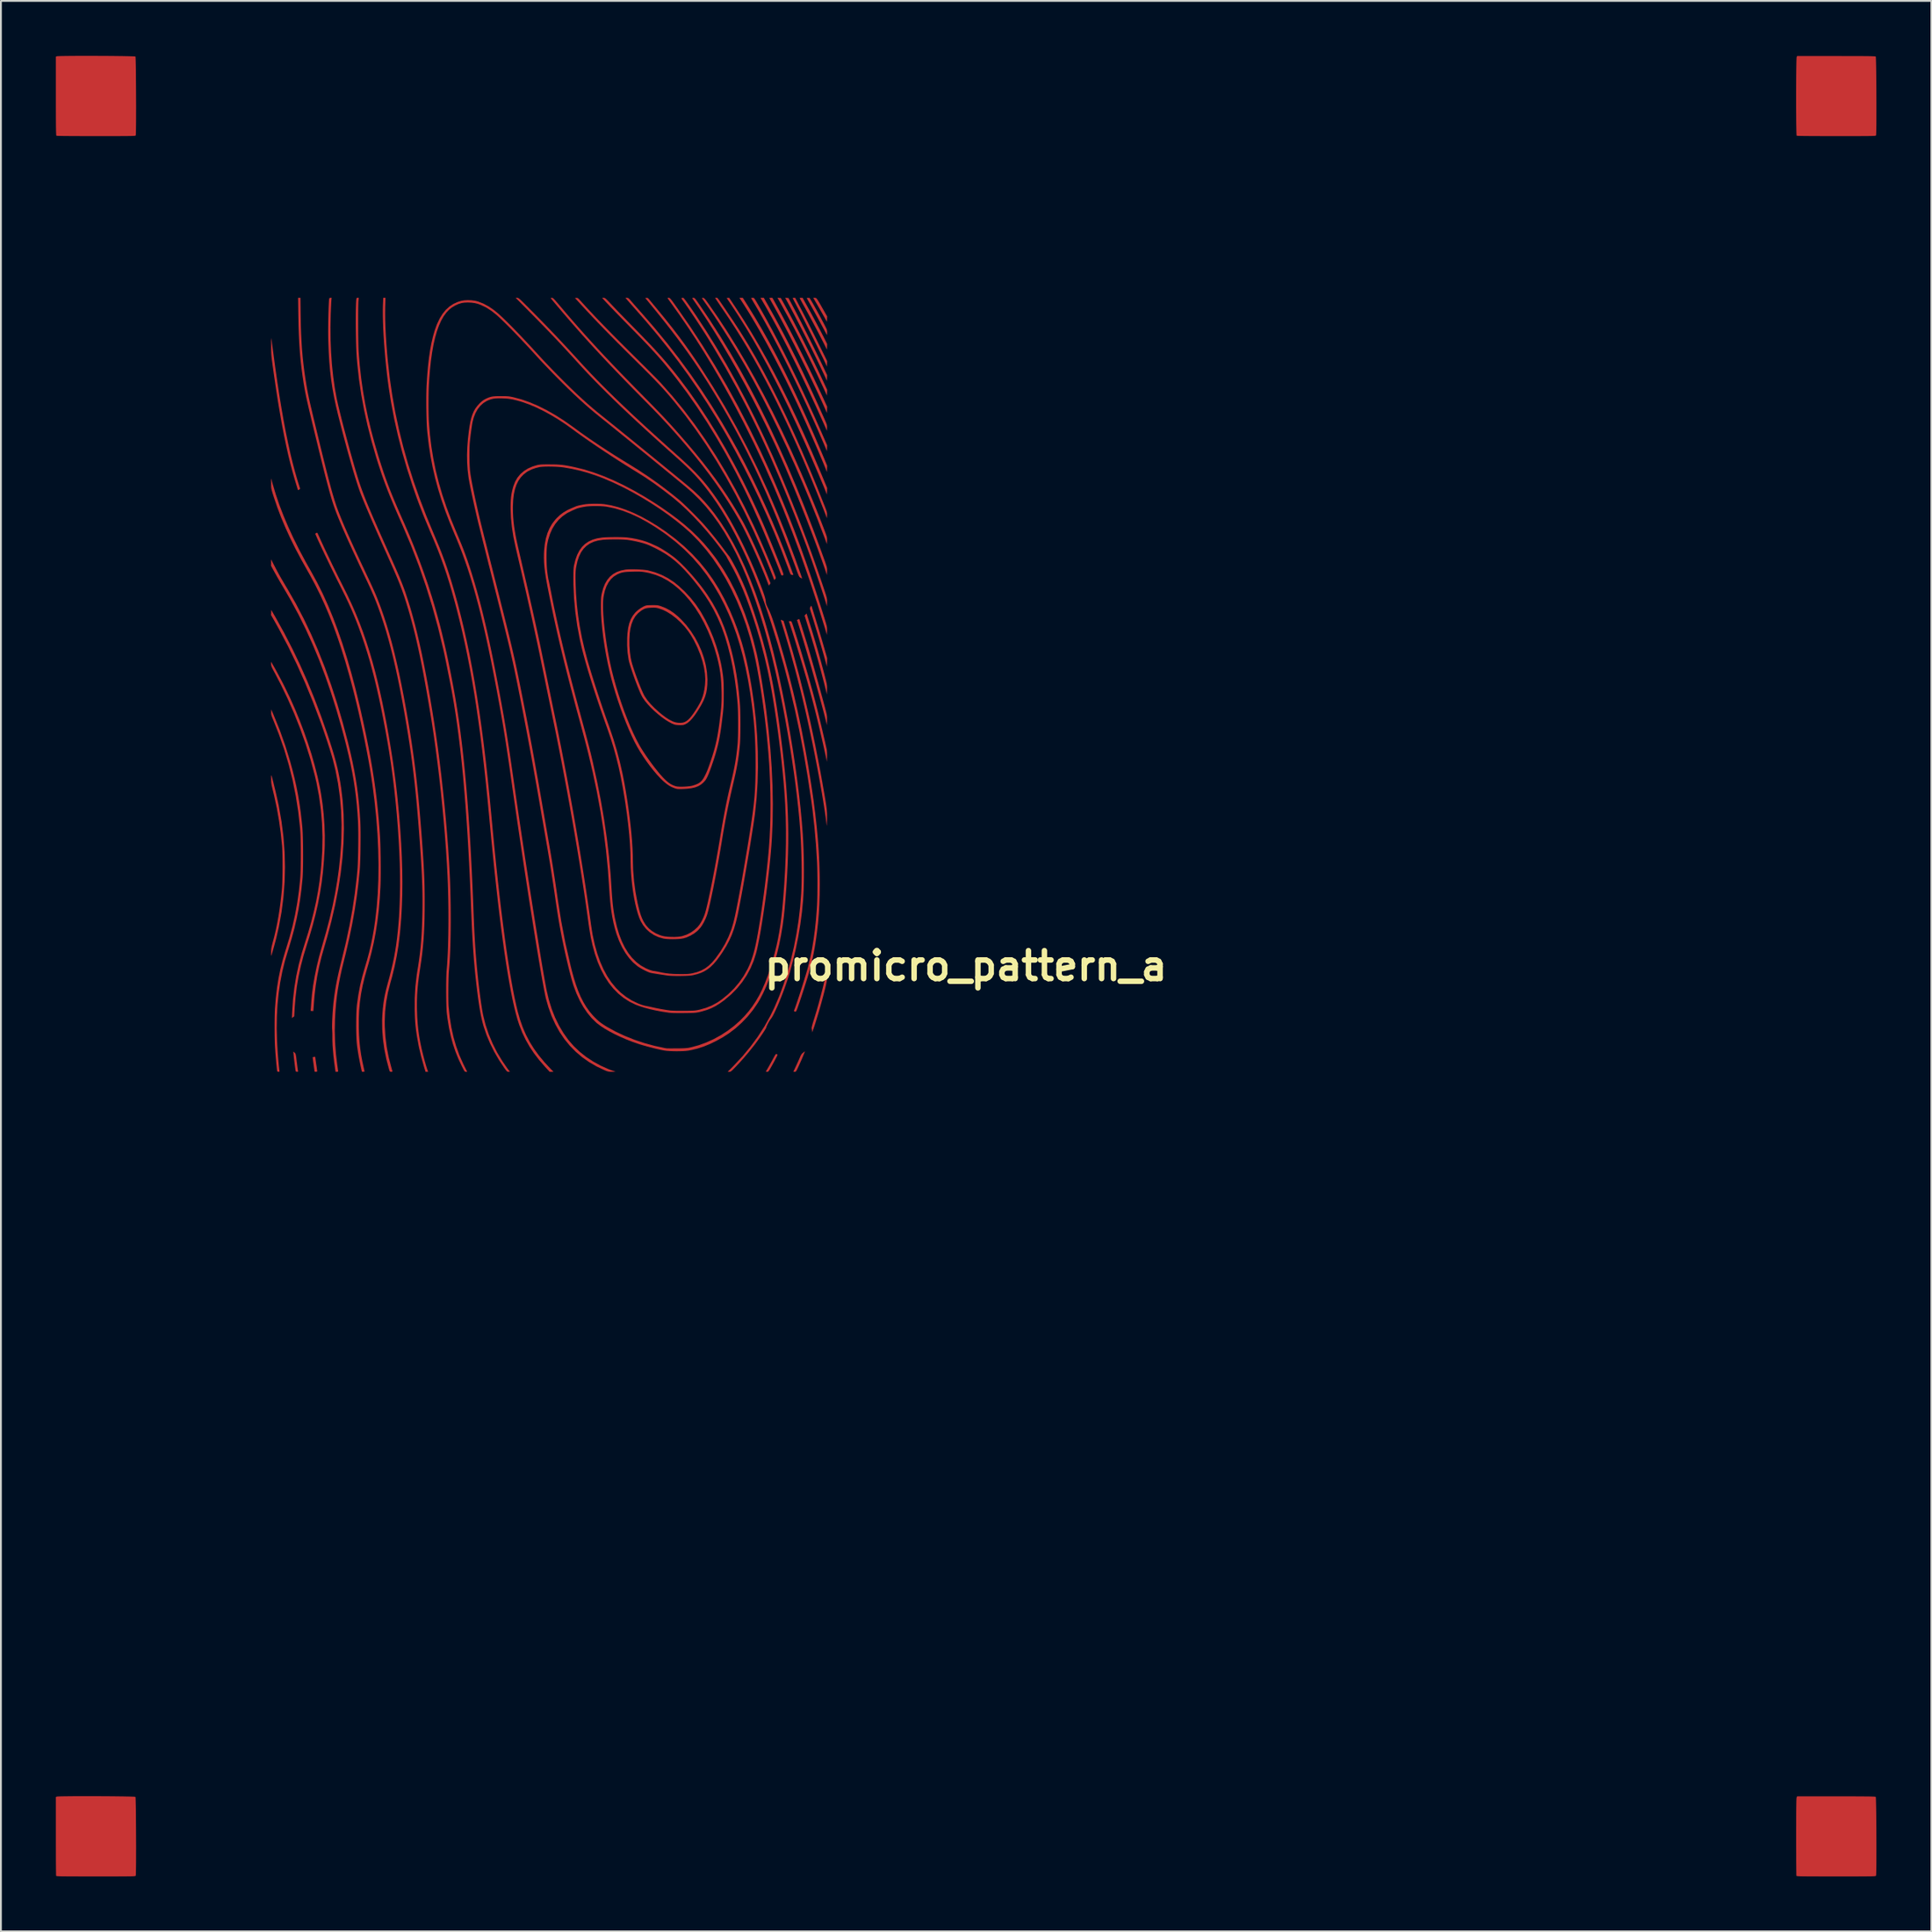
<source format=kicad_pcb>
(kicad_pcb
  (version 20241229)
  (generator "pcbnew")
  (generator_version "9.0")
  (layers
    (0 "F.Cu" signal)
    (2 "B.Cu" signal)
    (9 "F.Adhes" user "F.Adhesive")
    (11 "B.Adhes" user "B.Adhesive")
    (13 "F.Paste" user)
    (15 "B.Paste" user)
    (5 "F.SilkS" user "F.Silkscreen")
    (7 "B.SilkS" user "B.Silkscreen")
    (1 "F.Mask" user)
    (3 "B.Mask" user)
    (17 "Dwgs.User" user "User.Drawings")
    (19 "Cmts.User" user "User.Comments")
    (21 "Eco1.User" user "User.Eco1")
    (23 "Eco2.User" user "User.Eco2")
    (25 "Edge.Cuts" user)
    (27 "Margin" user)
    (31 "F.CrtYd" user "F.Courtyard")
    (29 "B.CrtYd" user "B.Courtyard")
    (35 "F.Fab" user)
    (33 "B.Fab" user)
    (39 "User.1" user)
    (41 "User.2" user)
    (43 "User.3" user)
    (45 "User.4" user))
  (footprint "promicro_pattern_a"
    (layer "F.Cu")
    (at 49.678 49.677)
    (property "Reference" "promicro_pattern_a" (at 0 0 0) (layer "F.SilkS") (effects (font (size 1.524 1.524) (thickness 0.3))))
    (attr board_only exclude_from_pos_files exclude_from_bom)
    (fp_poly (pts (xy -8.227 -36.47) (xy -8.204 -36.466) (xy -8.181 -36.455) (xy -8.156 -36.434) (xy -8.127 -36.398) (xy -8.09 -36.344) (xy -8.044 -36.269) (xy -7.984 -36.169) (xy -7.91 -36.039) (xy -7.818 -35.877) (xy -7.802 -35.85) (xy -7.576 -35.453) (xy -7.588 -35.158) (xy -7.805 -35.544) (xy -7.883 -35.683) (xy -7.968 -35.831) (xy -8.051 -35.976) (xy -8.126 -36.107) (xy -8.18 -36.2) (xy -8.338 -36.47) (xy -8.254 -36.47)) (stroke (width 0) (type solid)) (fill yes) (layer "F.Cu"))
    (fp_poly (pts (xy -8.574 -18.842) (xy -8.415 -18.336) (xy -8.254 -17.802) (xy -8.094 -17.253) (xy -7.939 -16.703) (xy -7.793 -16.165) (xy -7.772 -16.087) (xy -7.721 -15.892) (xy -7.68 -15.734) (xy -7.647 -15.605) (xy -7.622 -15.502) (xy -7.604 -15.418) (xy -7.592 -15.348) (xy -7.584 -15.287) (xy -7.581 -15.23) (xy -7.58 -15.171) (xy -7.581 -15.104) (xy -7.582 -15.065) (xy -7.588 -14.816) (xy -7.741 -15.425) (xy -7.913 -16.087) (xy -8.098 -16.763) (xy -8.298 -17.46) (xy -8.516 -18.185) (xy -8.618 -18.512) (xy -8.81 -19.128) (xy -8.7 -19.238)) (stroke (width 0) (type solid)) (fill yes) (layer "F.Cu"))
    (fp_poly (pts (xy -8.828 4.767) (xy -8.908 4.964) (xy -9.001 5.18) (xy -9.1 5.4) (xy -9.16 5.53) (xy -9.208 5.631) (xy -9.243 5.701) (xy -9.27 5.744) (xy -9.292 5.767) (xy -9.315 5.777) (xy -9.344 5.778) (xy -9.348 5.779) (xy -9.396 5.777) (xy -9.419 5.772) (xy -9.419 5.771) (xy -9.411 5.75) (xy -9.387 5.698) (xy -9.352 5.622) (xy -9.307 5.528) (xy -9.285 5.48) (xy -9.228 5.359) (xy -9.17 5.231) (xy -9.116 5.111) (xy -9.074 5.013) (xy -9.069 5.002) (xy -9.028 4.907) (xy -8.992 4.841) (xy -8.956 4.792) (xy -8.91 4.751) (xy -8.886 4.732) (xy -8.785 4.656)) (stroke (width 0) (type solid)) (fill yes) (layer "F.Cu"))
    (fp_poly (pts (xy -8.661 -36.008) (xy -8.527 -35.765) (xy -8.39 -35.512) (xy -8.253 -35.257) (xy -8.119 -35.006) (xy -7.993 -34.767) (xy -7.879 -34.548) (xy -7.779 -34.354) (xy -7.734 -34.264) (xy -7.576 -33.948) (xy -7.582 -33.793) (xy -7.588 -33.638) (xy -7.786 -34.033) (xy -7.902 -34.26) (xy -8.033 -34.515) (xy -8.177 -34.789) (xy -8.328 -35.074) (xy -8.482 -35.361) (xy -8.633 -35.642) (xy -8.779 -35.907) (xy -8.817 -35.977) (xy -8.889 -36.106) (xy -8.953 -36.222) (xy -9.006 -36.32) (xy -9.047 -36.396) (xy -9.073 -36.445) (xy -9.081 -36.461) (xy -9.062 -36.467) (xy -9.015 -36.47) (xy -8.998 -36.47) (xy -8.916 -36.47)) (stroke (width 0) (type solid)) (fill yes) (layer "F.Cu"))
    (fp_poly (pts (xy -35.518 4.972) (xy -35.517 4.978) (xy -35.514 5.007) (xy -35.506 5.071) (xy -35.494 5.162) (xy -35.478 5.272) (xy -35.465 5.366) (xy -35.447 5.486) (xy -35.433 5.592) (xy -35.421 5.677) (xy -35.414 5.733) (xy -35.412 5.752) (xy -35.431 5.771) (xy -35.483 5.778) (xy -35.486 5.779) (xy -35.535 5.773) (xy -35.559 5.759) (xy -35.56 5.756) (xy -35.563 5.729) (xy -35.571 5.666) (xy -35.583 5.577) (xy -35.598 5.467) (xy -35.613 5.361) (xy -35.63 5.241) (xy -35.644 5.137) (xy -35.654 5.054) (xy -35.66 5.001) (xy -35.661 4.984) (xy -35.639 4.977) (xy -35.592 4.965) (xy -35.586 4.964) (xy -35.537 4.959)) (stroke (width 0) (type solid)) (fill yes) (layer "F.Cu"))
    (fp_poly (pts (xy -10.737 -35.946) (xy -10.377 -35.3) (xy -10.015 -34.628) (xy -9.652 -33.928) (xy -9.284 -33.198) (xy -8.913 -32.437) (xy -8.535 -31.64) (xy -8.151 -30.807) (xy -7.759 -29.935) (xy -7.744 -29.901) (xy -7.686 -29.771) (xy -7.644 -29.672) (xy -7.614 -29.597) (xy -7.595 -29.54) (xy -7.585 -29.492) (xy -7.581 -29.448) (xy -7.581 -29.398) (xy -7.582 -29.365) (xy -7.588 -29.208) (xy -7.852 -29.796) (xy -8.21 -30.588) (xy -8.565 -31.356) (xy -8.916 -32.098) (xy -9.262 -32.813) (xy -9.603 -33.498) (xy -9.936 -34.152) (xy -10.262 -34.772) (xy -10.579 -35.357) (xy -10.886 -35.904) (xy -11.051 -36.19) (xy -11.215 -36.47) (xy -11.034 -36.47)) (stroke (width 0) (type solid)) (fill yes) (layer "F.Cu"))
    (fp_poly (pts (xy -9.779 -36.466) (xy -9.689 -36.46) (xy -9.384 -35.888) (xy -9.303 -35.736) (xy -9.207 -35.552) (xy -9.098 -35.339) (xy -8.978 -35.104) (xy -8.851 -34.852) (xy -8.717 -34.587) (xy -8.581 -34.315) (xy -8.445 -34.042) (xy -8.311 -33.771) (xy -8.182 -33.509) (xy -8.06 -33.261) (xy -7.949 -33.032) (xy -7.85 -32.827) (xy -7.798 -32.717) (xy -7.576 -32.249) (xy -7.582 -32.093) (xy -7.588 -31.938) (xy -7.82 -32.431) (xy -7.974 -32.757) (xy -8.145 -33.111) (xy -8.329 -33.487) (xy -8.522 -33.877) (xy -8.722 -34.275) (xy -8.923 -34.672) (xy -9.123 -35.063) (xy -9.319 -35.44) (xy -9.506 -35.797) (xy -9.681 -36.125) (xy -9.768 -36.286) (xy -9.869 -36.473)) (stroke (width 0) (type solid)) (fill yes) (layer "F.Cu"))
    (fp_poly (pts (xy -36.696 4.69) (xy -36.659 4.72) (xy -36.644 4.735) (xy -36.623 4.755) (xy -36.607 4.777) (xy -36.593 4.806) (xy -36.581 4.848) (xy -36.57 4.908) (xy -36.557 4.994) (xy -36.543 5.109) (xy -36.525 5.254) (xy -36.508 5.391) (xy -36.492 5.514) (xy -36.478 5.618) (xy -36.466 5.695) (xy -36.459 5.74) (xy -36.457 5.747) (xy -36.458 5.769) (xy -36.492 5.778) (xy -36.511 5.779) (xy -36.56 5.771) (xy -36.585 5.753) (xy -36.586 5.752) (xy -36.594 5.714) (xy -36.605 5.644) (xy -36.619 5.548) (xy -36.634 5.434) (xy -36.65 5.308) (xy -36.666 5.178) (xy -36.681 5.05) (xy -36.694 4.93) (xy -36.705 4.827) (xy -36.712 4.747) (xy -36.715 4.696) (xy -36.714 4.682)) (stroke (width 0) (type solid)) (fill yes) (layer "F.Cu"))
    (fp_poly (pts (xy -10.334 4.812) (xy -10.298 4.834) (xy -10.287 4.851) (xy -10.297 4.883) (xy -10.326 4.947) (xy -10.372 5.038) (xy -10.431 5.151) (xy -10.502 5.282) (xy -10.581 5.426) (xy -10.61 5.477) (xy -10.673 5.589) (xy -10.72 5.669) (xy -10.755 5.722) (xy -10.782 5.755) (xy -10.805 5.772) (xy -10.829 5.778) (xy -10.851 5.779) (xy -10.899 5.776) (xy -10.922 5.77) (xy -10.922 5.769) (xy -10.912 5.747) (xy -10.885 5.699) (xy -10.845 5.632) (xy -10.829 5.605) (xy -10.787 5.533) (xy -10.73 5.433) (xy -10.666 5.317) (xy -10.599 5.195) (xy -10.558 5.12) (xy -10.494 5.002) (xy -10.447 4.917) (xy -10.412 4.859) (xy -10.386 4.825) (xy -10.367 4.809) (xy -10.349 4.806)) (stroke (width 0) (type solid)) (fill yes) (layer "F.Cu"))
    (fp_poly (pts (xy -10.27 -35.936) (xy -10.019 -35.475) (xy -9.756 -34.981) (xy -9.483 -34.459) (xy -9.205 -33.914) (xy -8.923 -33.352) (xy -8.64 -32.778) (xy -8.359 -32.199) (xy -8.084 -31.621) (xy -7.816 -31.048) (xy -7.797 -31.007) (xy -7.576 -30.528) (xy -7.582 -30.355) (xy -7.588 -30.182) (xy -7.671 -30.368) (xy -7.837 -30.738) (xy -8.02 -31.137) (xy -8.219 -31.56) (xy -8.43 -32.002) (xy -8.65 -32.457) (xy -8.878 -32.919) (xy -9.109 -33.383) (xy -9.341 -33.843) (xy -9.571 -34.295) (xy -9.797 -34.731) (xy -10.016 -35.147) (xy -10.225 -35.538) (xy -10.422 -35.897) (xy -10.491 -36.022) (xy -10.559 -36.144) (xy -10.62 -36.253) (xy -10.67 -36.345) (xy -10.707 -36.413) (xy -10.728 -36.453) (xy -10.732 -36.461) (xy -10.713 -36.467) (xy -10.666 -36.47) (xy -10.648 -36.47) (xy -10.565 -36.47)) (stroke (width 0) (type solid)) (fill yes) (layer "F.Cu"))
    (fp_poly (pts (xy -11.923 -36.063) (xy -11.526 -35.418) (xy -11.129 -34.742) (xy -10.731 -34.033) (xy -10.333 -33.292) (xy -9.934 -32.515) (xy -9.533 -31.703) (xy -9.129 -30.853) (xy -8.722 -29.966) (xy -8.312 -29.039) (xy -7.897 -28.072) (xy -7.759 -27.744) (xy -7.576 -27.305) (xy -7.582 -27.133) (xy -7.588 -26.96) (xy -7.66 -27.138) (xy -7.768 -27.4) (xy -7.891 -27.694) (xy -8.026 -28.012) (xy -8.17 -28.349) (xy -8.321 -28.698) (xy -8.475 -29.051) (xy -8.63 -29.402) (xy -8.782 -29.744) (xy -8.929 -30.071) (xy -9.067 -30.376) (xy -9.194 -30.652) (xy -9.208 -30.681) (xy -9.526 -31.351) (xy -9.849 -32.013) (xy -10.177 -32.661) (xy -10.506 -33.293) (xy -10.836 -33.906) (xy -11.163 -34.495) (xy -11.487 -35.056) (xy -11.804 -35.587) (xy -12.114 -36.083) (xy -12.328 -36.412) (xy -12.366 -36.47) (xy -12.181 -36.47)) (stroke (width 0) (type solid)) (fill yes) (layer "F.Cu"))
    (fp_poly (pts (xy -10.2 -36.466) (xy -10.108 -36.46) (xy -10 -36.269) (xy -9.844 -35.987) (xy -9.672 -35.671) (xy -9.489 -35.327) (xy -9.297 -34.959) (xy -9.097 -34.572) (xy -8.894 -34.173) (xy -8.689 -33.765) (xy -8.485 -33.353) (xy -8.285 -32.944) (xy -8.09 -32.542) (xy -7.905 -32.151) (xy -7.812 -31.954) (xy -7.576 -31.448) (xy -7.582 -31.291) (xy -7.588 -31.133) (xy -7.767 -31.521) (xy -7.935 -31.882) (xy -8.115 -32.261) (xy -8.303 -32.653) (xy -8.495 -33.049) (xy -8.69 -33.444) (xy -8.882 -33.83) (xy -9.069 -34.201) (xy -9.247 -34.55) (xy -9.414 -34.871) (xy -9.492 -35.018) (xy -9.576 -35.175) (xy -9.666 -35.343) (xy -9.759 -35.515) (xy -9.852 -35.686) (xy -9.943 -35.852) (xy -10.027 -36.006) (xy -10.103 -36.144) (xy -10.168 -36.26) (xy -10.218 -36.349) (xy -10.25 -36.403) (xy -10.292 -36.473)) (stroke (width 0) (type solid)) (fill yes) (layer "F.Cu"))
    (fp_poly (pts (xy -8.542 -36.463) (xy -8.524 -36.442) (xy -8.488 -36.386) (xy -8.436 -36.3) (xy -8.371 -36.188) (xy -8.294 -36.052) (xy -8.207 -35.896) (xy -8.112 -35.724) (xy -8.011 -35.539) (xy -7.907 -35.345) (xy -7.801 -35.146) (xy -7.8 -35.144) (xy -7.728 -35.008) (xy -7.674 -34.903) (xy -7.634 -34.823) (xy -7.607 -34.762) (xy -7.591 -34.713) (xy -7.582 -34.672) (xy -7.578 -34.631) (xy -7.578 -34.584) (xy -7.578 -34.581) (xy -7.579 -34.509) (xy -7.582 -34.458) (xy -7.586 -34.438) (xy -7.586 -34.438) (xy -7.597 -34.456) (xy -7.626 -34.506) (xy -7.669 -34.584) (xy -7.723 -34.684) (xy -7.786 -34.801) (xy -7.837 -34.899) (xy -7.917 -35.048) (xy -8.011 -35.222) (xy -8.114 -35.412) (xy -8.219 -35.604) (xy -8.32 -35.787) (xy -8.388 -35.909) (xy -8.694 -36.46) (xy -8.631 -36.466) (xy -8.577 -36.468)) (stroke (width 0) (type solid)) (fill yes) (layer "F.Cu"))
    (fp_poly (pts (xy -8.432 -19.645) (xy -8.413 -19.596) (xy -8.39 -19.527) (xy -8.388 -19.521) (xy -8.37 -19.463) (xy -8.342 -19.372) (xy -8.306 -19.254) (xy -8.263 -19.115) (xy -8.216 -18.963) (xy -8.167 -18.805) (xy -8.161 -18.785) (xy -8.106 -18.607) (xy -8.043 -18.4) (xy -7.976 -18.175) (xy -7.908 -17.946) (xy -7.842 -17.723) (xy -7.783 -17.519) (xy -7.777 -17.498) (xy -7.576 -16.802) (xy -7.588 -16.336) (xy -7.756 -16.936) (xy -7.816 -17.148) (xy -7.884 -17.386) (xy -7.958 -17.641) (xy -8.035 -17.905) (xy -8.114 -18.172) (xy -8.193 -18.433) (xy -8.268 -18.681) (xy -8.337 -18.909) (xy -8.399 -19.108) (xy -8.433 -19.214) (xy -8.47 -19.33) (xy -8.495 -19.414) (xy -8.51 -19.472) (xy -8.515 -19.512) (xy -8.513 -19.543) (xy -8.503 -19.571) (xy -8.494 -19.59) (xy -8.468 -19.637) (xy -8.448 -19.662) (xy -8.445 -19.664)) (stroke (width 0) (type solid)) (fill yes) (layer "F.Cu"))
    (fp_poly (pts (xy -8.98 -35.819) (xy -8.902 -35.669) (xy -8.808 -35.488) (xy -8.703 -35.282) (xy -8.59 -35.059) (xy -8.472 -34.824) (xy -8.352 -34.585) (xy -8.234 -34.348) (xy -8.121 -34.121) (xy -8.107 -34.092) (xy -7.576 -33.015) (xy -7.582 -32.864) (xy -7.588 -32.714) (xy -7.66 -32.872) (xy -7.701 -32.959) (xy -7.759 -33.08) (xy -7.831 -33.229) (xy -7.916 -33.403) (xy -8.012 -33.597) (xy -8.115 -33.808) (xy -8.225 -34.029) (xy -8.339 -34.258) (xy -8.454 -34.489) (xy -8.569 -34.719) (xy -8.682 -34.943) (xy -8.789 -35.156) (xy -8.89 -35.354) (xy -8.981 -35.534) (xy -9.061 -35.689) (xy -9.127 -35.817) (xy -9.151 -35.862) (xy -9.227 -36.007) (xy -9.296 -36.139) (xy -9.357 -36.254) (xy -9.406 -36.349) (xy -9.44 -36.417) (xy -9.459 -36.454) (xy -9.461 -36.46) (xy -9.443 -36.467) (xy -9.398 -36.47) (xy -9.391 -36.47) (xy -9.321 -36.47)) (stroke (width 0) (type solid)) (fill yes) (layer "F.Cu"))
    (fp_poly (pts (xy -7.585 0.264) (xy -7.582 0.323) (xy -7.58 0.419) (xy -7.58 0.476) (xy -7.58 0.579) (xy -7.581 0.665) (xy -7.586 0.741) (xy -7.596 0.817) (xy -7.612 0.904) (xy -7.635 1.01) (xy -7.666 1.145) (xy -7.675 1.185) (xy -7.722 1.375) (xy -7.776 1.586) (xy -7.836 1.811) (xy -7.9 2.045) (xy -7.967 2.281) (xy -8.034 2.515) (xy -8.101 2.74) (xy -8.166 2.952) (xy -8.226 3.143) (xy -8.281 3.31) (xy -8.328 3.445) (xy -8.359 3.527) (xy -8.401 3.63) (xy -8.402 3.552) (xy -8.408 3.484) (xy -8.421 3.426) (xy -8.422 3.424) (xy -8.426 3.397) (xy -8.422 3.355) (xy -8.408 3.291) (xy -8.384 3.201) (xy -8.348 3.08) (xy -8.3 2.925) (xy -8.295 2.911) (xy -8.17 2.502) (xy -8.044 2.063) (xy -7.921 1.607) (xy -7.803 1.145) (xy -7.695 0.69) (xy -7.602 0.275) (xy -7.594 0.244) (xy -7.589 0.239)) (stroke (width 0) (type solid)) (fill yes) (layer "F.Cu"))
    (fp_poly (pts (xy -11.604 -36.47) (xy -11.586 -36.464) (xy -11.567 -36.449) (xy -11.543 -36.422) (xy -11.513 -36.379) (xy -11.474 -36.316) (xy -11.423 -36.231) (xy -11.358 -36.119) (xy -11.277 -35.976) (xy -11.202 -35.847) (xy -10.897 -35.304) (xy -10.581 -34.724) (xy -10.257 -34.109) (xy -9.925 -33.464) (xy -9.589 -32.79) (xy -9.249 -32.092) (xy -8.906 -31.373) (xy -8.563 -30.635) (xy -8.221 -29.882) (xy -7.882 -29.118) (xy -7.807 -28.946) (xy -7.576 -28.418) (xy -7.582 -28.258) (xy -7.588 -28.099) (xy -7.787 -28.564) (xy -8.071 -29.219) (xy -8.363 -29.877) (xy -8.661 -30.535) (xy -8.965 -31.187) (xy -9.271 -31.832) (xy -9.579 -32.465) (xy -9.885 -33.081) (xy -10.189 -33.679) (xy -10.489 -34.253) (xy -10.783 -34.801) (xy -11.068 -35.317) (xy -11.343 -35.799) (xy -11.495 -36.059) (xy -11.564 -36.174) (xy -11.624 -36.277) (xy -11.673 -36.361) (xy -11.708 -36.423) (xy -11.725 -36.455) (xy -11.726 -36.459) (xy -11.708 -36.466) (xy -11.661 -36.47) (xy -11.647 -36.47) (xy -11.624 -36.471)) (stroke (width 0) (type solid)) (fill yes) (layer "F.Cu"))
    (fp_poly (pts (xy -9.095 -18.929) (xy -9.094 -18.928) (xy -9.086 -18.905) (xy -9.067 -18.847) (xy -9.039 -18.759) (xy -9.003 -18.646) (xy -8.961 -18.514) (xy -8.916 -18.368) (xy -8.867 -18.214) (xy -8.818 -18.056) (xy -8.77 -17.9) (xy -8.724 -17.752) (xy -8.682 -17.616) (xy -8.646 -17.498) (xy -8.639 -17.473) (xy -8.589 -17.307) (xy -8.53 -17.105) (xy -8.463 -16.873) (xy -8.39 -16.617) (xy -8.312 -16.343) (xy -8.231 -16.055) (xy -8.149 -15.76) (xy -8.066 -15.462) (xy -7.984 -15.168) (xy -7.906 -14.883) (xy -7.832 -14.613) (xy -7.764 -14.362) (xy -7.704 -14.137) (xy -7.695 -14.102) (xy -7.656 -13.955) (xy -7.627 -13.84) (xy -7.606 -13.75) (xy -7.592 -13.676) (xy -7.584 -13.612) (xy -7.581 -13.549) (xy -7.581 -13.478) (xy -7.582 -13.398) (xy -7.588 -13.143) (xy -7.678 -13.5) (xy -7.758 -13.812) (xy -7.849 -14.157) (xy -7.95 -14.531) (xy -8.059 -14.928) (xy -8.173 -15.341) (xy -8.293 -15.764) (xy -8.414 -16.192) (xy -8.537 -16.618) (xy -8.66 -17.037) (xy -8.78 -17.442) (xy -8.895 -17.828) (xy -9.006 -18.188) (xy -9.108 -18.518) (xy -9.151 -18.654) (xy -9.224 -18.882) (xy -9.164 -18.913) (xy -9.12 -18.93)) (stroke (width 0) (type solid)) (fill yes) (layer "F.Cu"))
    (fp_poly (pts (xy -37.918 -34.269) (xy -37.913 -34.241) (xy -37.904 -34.176) (xy -37.891 -34.08) (xy -37.874 -33.956) (xy -37.855 -33.81) (xy -37.833 -33.648) (xy -37.813 -33.496) (xy -37.702 -32.667) (xy -37.589 -31.879) (xy -37.475 -31.132) (xy -37.359 -30.424) (xy -37.242 -29.755) (xy -37.122 -29.124) (xy -37 -28.53) (xy -36.876 -27.971) (xy -36.749 -27.448) (xy -36.619 -26.959) (xy -36.487 -26.503) (xy -36.45 -26.384) (xy -36.344 -26.046) (xy -36.388 -26.009) (xy -36.427 -25.981) (xy -36.449 -25.971) (xy -36.468 -25.989) (xy -36.476 -26.009) (xy -36.485 -26.039) (xy -36.504 -26.103) (xy -36.532 -26.196) (xy -36.567 -26.31) (xy -36.606 -26.439) (xy -36.626 -26.504) (xy -36.749 -26.93) (xy -36.87 -27.384) (xy -36.989 -27.867) (xy -37.105 -28.383) (xy -37.218 -28.931) (xy -37.331 -29.513) (xy -37.441 -30.13) (xy -37.551 -30.785) (xy -37.659 -31.478) (xy -37.767 -32.211) (xy -37.845 -32.766) (xy -37.87 -32.951) (xy -37.89 -33.103) (xy -37.905 -33.229) (xy -37.915 -33.339) (xy -37.922 -33.44) (xy -37.926 -33.541) (xy -37.928 -33.651) (xy -37.929 -33.776) (xy -37.928 -33.845) (xy -37.927 -33.976) (xy -37.926 -34.09) (xy -37.924 -34.18) (xy -37.921 -34.242) (xy -37.919 -34.269)) (stroke (width 0) (type solid)) (fill yes) (layer "F.Cu"))
    (fp_poly (pts (xy -12.923 -36.467) (xy -12.923 -36.466) (xy -12.91 -36.448) (xy -12.877 -36.398) (xy -12.826 -36.322) (xy -12.76 -36.223) (xy -12.683 -36.106) (xy -12.596 -35.976) (xy -12.553 -35.911) (xy -12.127 -35.251) (xy -11.705 -34.569) (xy -11.288 -33.862) (xy -10.875 -33.128) (xy -10.463 -32.366) (xy -10.054 -31.574) (xy -9.645 -30.75) (xy -9.236 -29.891) (xy -8.825 -28.997) (xy -8.412 -28.065) (xy -7.996 -27.094) (xy -7.85 -26.745) (xy -7.576 -26.089) (xy -7.583 -25.898) (xy -7.587 -25.818) (xy -7.59 -25.759) (xy -7.593 -25.731) (xy -7.594 -25.731) (xy -7.605 -25.766) (xy -7.632 -25.836) (xy -7.672 -25.937) (xy -7.725 -26.067) (xy -7.789 -26.221) (xy -7.862 -26.397) (xy -7.943 -26.59) (xy -8.03 -26.797) (xy -8.123 -27.015) (xy -8.218 -27.239) (xy -8.316 -27.467) (xy -8.414 -27.695) (xy -8.511 -27.92) (xy -8.606 -28.137) (xy -8.697 -28.344) (xy -8.782 -28.536) (xy -8.783 -28.539) (xy -9.199 -29.462) (xy -9.611 -30.345) (xy -10.019 -31.188) (xy -10.424 -31.992) (xy -10.825 -32.76) (xy -11.225 -33.492) (xy -11.622 -34.19) (xy -12.02 -34.854) (xy -12.417 -35.486) (xy -12.736 -35.973) (xy -13.063 -36.46) (xy -12.996 -36.466) (xy -12.948 -36.469)) (stroke (width 0) (type solid)) (fill yes) (layer "F.Cu"))
    (fp_poly (pts (xy -10.091 -18.889) (xy -10.046 -18.873) (xy -10.032 -18.867) (xy -9.956 -18.837) (xy -9.794 -18.303) (xy -9.439 -17.092) (xy -9.104 -15.861) (xy -8.79 -14.607) (xy -8.494 -13.325) (xy -8.217 -12.013) (xy -7.956 -10.667) (xy -7.834 -9.991) (xy -7.784 -9.705) (xy -7.741 -9.458) (xy -7.704 -9.244) (xy -7.673 -9.059) (xy -7.648 -8.901) (xy -7.627 -8.765) (xy -7.611 -8.646) (xy -7.599 -8.542) (xy -7.591 -8.447) (xy -7.585 -8.359) (xy -7.582 -8.272) (xy -7.581 -8.184) (xy -7.581 -8.09) (xy -7.582 -8.001) (xy -7.585 -7.859) (xy -7.587 -7.756) (xy -7.59 -7.691) (xy -7.594 -7.66) (xy -7.598 -7.662) (xy -7.604 -7.693) (xy -7.605 -7.705) (xy -7.655 -8.083) (xy -7.715 -8.497) (xy -7.785 -8.944) (xy -7.863 -9.417) (xy -7.95 -9.913) (xy -8.043 -10.428) (xy -8.143 -10.956) (xy -8.247 -11.493) (xy -8.356 -12.034) (xy -8.469 -12.576) (xy -8.584 -13.114) (xy -8.701 -13.642) (xy -8.819 -14.157) (xy -8.936 -14.654) (xy -9.016 -14.981) (xy -9.172 -15.593) (xy -9.336 -16.216) (xy -9.506 -16.838) (xy -9.679 -17.448) (xy -9.852 -18.035) (xy -9.977 -18.446) (xy -10.017 -18.576) (xy -10.052 -18.69) (xy -10.081 -18.785) (xy -10.1 -18.853) (xy -10.11 -18.89) (xy -10.111 -18.894)) (stroke (width 0) (type solid)) (fill yes) (layer "F.Cu"))
    (fp_poly (pts (xy -14.346 -36.466) (xy -14.321 -36.461) (xy -14.295 -36.448) (xy -14.266 -36.423) (xy -14.228 -36.381) (xy -14.179 -36.317) (xy -14.113 -36.228) (xy -14.029 -36.11) (xy -13.522 -35.379) (xy -13.016 -34.608) (xy -12.513 -33.798) (xy -12.012 -32.952) (xy -11.516 -32.073) (xy -11.025 -31.161) (xy -10.541 -30.22) (xy -10.065 -29.252) (xy -9.597 -28.257) (xy -9.237 -27.458) (xy -9.023 -26.97) (xy -8.805 -26.464) (xy -8.588 -25.948) (xy -8.374 -25.431) (xy -8.167 -24.922) (xy -7.972 -24.429) (xy -7.791 -23.962) (xy -7.717 -23.768) (xy -7.668 -23.637) (xy -7.632 -23.538) (xy -7.607 -23.462) (xy -7.591 -23.402) (xy -7.583 -23.351) (xy -7.58 -23.298) (xy -7.581 -23.238) (xy -7.582 -23.209) (xy -7.588 -23.023) (xy -7.734 -23.412) (xy -8.11 -24.396) (xy -8.504 -25.381) (xy -8.914 -26.362) (xy -9.337 -27.334) (xy -9.771 -28.293) (xy -10.213 -29.233) (xy -10.661 -30.149) (xy -11.114 -31.037) (xy -11.569 -31.891) (xy -11.909 -32.507) (xy -12.157 -32.94) (xy -12.418 -33.384) (xy -12.689 -33.833) (xy -12.964 -34.28) (xy -13.242 -34.718) (xy -13.516 -35.141) (xy -13.783 -35.543) (xy -14.04 -35.917) (xy -14.2 -36.145) (xy -14.27 -36.244) (xy -14.33 -36.33) (xy -14.377 -36.399) (xy -14.406 -36.444) (xy -14.415 -36.459) (xy -14.396 -36.467) (xy -14.351 -36.467)) (stroke (width 0) (type solid)) (fill yes) (layer "F.Cu"))
    (fp_poly (pts (xy -9.557 -18.818) (xy -9.541 -18.812) (xy -9.526 -18.797) (xy -9.51 -18.768) (xy -9.49 -18.722) (xy -9.466 -18.653) (xy -9.434 -18.558) (xy -9.394 -18.432) (xy -9.343 -18.272) (xy -9.324 -18.214) (xy -9.189 -17.786) (xy -9.047 -17.326) (xy -8.903 -16.844) (xy -8.758 -16.352) (xy -8.615 -15.859) (xy -8.479 -15.374) (xy -8.35 -14.909) (xy -8.235 -14.478) (xy -8.193 -14.315) (xy -8.144 -14.12) (xy -8.089 -13.9) (xy -8.031 -13.662) (xy -7.97 -13.411) (xy -7.908 -13.154) (xy -7.847 -12.897) (xy -7.789 -12.648) (xy -7.734 -12.412) (xy -7.684 -12.196) (xy -7.642 -12.006) (xy -7.607 -11.849) (xy -7.599 -11.811) (xy -7.59 -11.741) (xy -7.584 -11.641) (xy -7.581 -11.525) (xy -7.582 -11.419) (xy -7.588 -11.144) (xy -7.669 -11.515) (xy -7.799 -12.101) (xy -7.925 -12.651) (xy -8.047 -13.171) (xy -8.167 -13.665) (xy -8.286 -14.14) (xy -8.407 -14.601) (xy -8.529 -15.053) (xy -8.532 -15.066) (xy -8.593 -15.285) (xy -8.663 -15.531) (xy -8.74 -15.797) (xy -8.823 -16.08) (xy -8.909 -16.373) (xy -8.998 -16.671) (xy -9.088 -16.97) (xy -9.177 -17.264) (xy -9.264 -17.548) (xy -9.347 -17.817) (xy -9.424 -18.066) (xy -9.495 -18.289) (xy -9.557 -18.481) (xy -9.607 -18.632) (xy -9.67 -18.817) (xy -9.597 -18.817) (xy -9.575 -18.818)) (stroke (width 0) (type solid)) (fill yes) (layer "F.Cu"))
    (fp_poly (pts (xy -13.591 -36.473) (xy -13.579 -36.468) (xy -13.565 -36.457) (xy -13.546 -36.437) (xy -13.52 -36.406) (xy -13.487 -36.361) (xy -13.443 -36.3) (xy -13.388 -36.221) (xy -13.319 -36.12) (xy -13.235 -35.997) (xy -13.134 -35.848) (xy -13.015 -35.671) (xy -12.875 -35.463) (xy -12.719 -35.232) (xy -12.308 -34.603) (xy -11.894 -33.933) (xy -11.479 -33.222) (xy -11.062 -32.47) (xy -10.644 -31.678) (xy -10.224 -30.847) (xy -9.803 -29.977) (xy -9.382 -29.069) (xy -8.961 -28.124) (xy -8.54 -27.142) (xy -8.119 -26.123) (xy -7.755 -25.211) (xy -7.697 -25.065) (xy -7.654 -24.952) (xy -7.623 -24.866) (xy -7.601 -24.8) (xy -7.589 -24.747) (xy -7.582 -24.701) (xy -7.581 -24.655) (xy -7.582 -24.604) (xy -7.582 -24.597) (xy -7.588 -24.437) (xy -7.777 -24.924) (xy -8.139 -25.839) (xy -8.508 -26.741) (xy -8.882 -27.626) (xy -9.259 -28.488) (xy -9.638 -29.324) (xy -10.017 -30.13) (xy -10.393 -30.899) (xy -10.581 -31.274) (xy -10.921 -31.93) (xy -11.254 -32.552) (xy -11.585 -33.146) (xy -11.917 -33.718) (xy -12.254 -34.276) (xy -12.601 -34.826) (xy -12.96 -35.375) (xy -13.185 -35.708) (xy -13.279 -35.846) (xy -13.37 -35.979) (xy -13.452 -36.101) (xy -13.522 -36.206) (xy -13.577 -36.288) (xy -13.613 -36.343) (xy -13.617 -36.348) (xy -13.694 -36.47) (xy -13.624 -36.47) (xy -13.611 -36.471) (xy -13.601 -36.473)) (stroke (width 0) (type solid)) (fill yes) (layer "F.Cu"))
    (fp_poly (pts (xy -16.208 -36.469) (xy -16.187 -36.464) (xy -16.165 -36.45) (xy -16.137 -36.425) (xy -16.102 -36.385) (xy -16.055 -36.325) (xy -15.994 -36.243) (xy -15.916 -36.135) (xy -15.817 -35.996) (xy -15.789 -35.957) (xy -15.068 -34.921) (xy -14.374 -33.863) (xy -13.704 -32.78) (xy -13.056 -31.671) (xy -12.431 -30.534) (xy -11.826 -29.365) (xy -11.24 -28.163) (xy -10.671 -26.925) (xy -10.379 -26.257) (xy -10.035 -25.445) (xy -9.702 -24.628) (xy -9.378 -23.801) (xy -9.062 -22.959) (xy -8.752 -22.097) (xy -8.446 -21.21) (xy -8.142 -20.293) (xy -7.837 -19.342) (xy -7.705 -18.917) (xy -7.662 -18.776) (xy -7.63 -18.667) (xy -7.607 -18.583) (xy -7.592 -18.516) (xy -7.584 -18.458) (xy -7.581 -18.401) (xy -7.581 -18.336) (xy -7.582 -18.284) (xy -7.588 -18.069) (xy -7.69 -18.406) (xy -8.121 -19.794) (xy -8.567 -21.145) (xy -9.028 -22.459) (xy -9.505 -23.74) (xy -9.998 -24.989) (xy -10.51 -26.209) (xy -11.04 -27.401) (xy -11.59 -28.568) (xy -12.161 -29.712) (xy -12.753 -30.835) (xy -13.367 -31.939) (xy -13.398 -31.993) (xy -13.845 -32.759) (xy -14.29 -33.492) (xy -14.738 -34.2) (xy -15.195 -34.891) (xy -15.666 -35.576) (xy -15.915 -35.926) (xy -16.004 -36.051) (xy -16.086 -36.166) (xy -16.158 -36.266) (xy -16.216 -36.347) (xy -16.256 -36.403) (xy -16.274 -36.429) (xy -16.29 -36.456) (xy -16.279 -36.468) (xy -16.234 -36.47) (xy -16.229 -36.47)) (stroke (width 0) (type solid)) (fill yes) (layer "F.Cu"))
    (fp_poly (pts (xy -14.85 -36.468) (xy -14.827 -36.459) (xy -14.801 -36.44) (xy -14.769 -36.405) (xy -14.726 -36.35) (xy -14.668 -36.27) (xy -14.592 -36.162) (xy -14.56 -36.115) (xy -13.979 -35.255) (xy -13.411 -34.369) (xy -12.856 -33.455) (xy -12.313 -32.514) (xy -11.782 -31.542) (xy -11.261 -30.539) (xy -10.75 -29.504) (xy -10.249 -28.434) (xy -9.756 -27.329) (xy -9.272 -26.188) (xy -8.794 -25.008) (xy -8.324 -23.788) (xy -7.995 -22.902) (xy -7.906 -22.661) (xy -7.832 -22.455) (xy -7.769 -22.283) (xy -7.717 -22.139) (xy -7.676 -22.022) (xy -7.644 -21.926) (xy -7.619 -21.849) (xy -7.602 -21.787) (xy -7.59 -21.736) (xy -7.583 -21.694) (xy -7.58 -21.656) (xy -7.58 -21.618) (xy -7.581 -21.578) (xy -7.582 -21.538) (xy -7.588 -21.338) (xy -7.68 -21.607) (xy -7.855 -22.109) (xy -8.047 -22.641) (xy -8.251 -23.198) (xy -8.467 -23.77) (xy -8.691 -24.352) (xy -8.921 -24.937) (xy -9.153 -25.517) (xy -9.384 -26.085) (xy -9.613 -26.635) (xy -9.836 -27.159) (xy -10.051 -27.65) (xy -10.081 -27.718) (xy -10.446 -28.52) (xy -10.827 -29.324) (xy -11.221 -30.125) (xy -11.627 -30.919) (xy -12.041 -31.702) (xy -12.462 -32.469) (xy -12.888 -33.217) (xy -13.315 -33.942) (xy -13.743 -34.639) (xy -14.168 -35.305) (xy -14.588 -35.935) (xy -14.778 -36.21) (xy -14.838 -36.297) (xy -14.889 -36.372) (xy -14.925 -36.427) (xy -14.943 -36.456) (xy -14.944 -36.459) (xy -14.925 -36.466) (xy -14.88 -36.47) (xy -14.875 -36.47)) (stroke (width 0) (type solid)) (fill yes) (layer "F.Cu"))
    (fp_poly (pts (xy -18.507 -36.47) (xy -18.466 -36.467) (xy -18.432 -36.454) (xy -18.396 -36.426) (xy -18.348 -36.377) (xy -18.296 -36.316) (xy -18.25 -36.262) (xy -18.18 -36.182) (xy -18.091 -36.08) (xy -17.988 -35.963) (xy -17.875 -35.836) (xy -17.758 -35.703) (xy -17.706 -35.645) (xy -16.998 -34.828) (xy -16.322 -34.007) (xy -15.675 -33.176) (xy -15.054 -32.329) (xy -14.455 -31.464) (xy -13.874 -30.573) (xy -13.309 -29.653) (xy -12.756 -28.699) (xy -12.452 -28.152) (xy -12.071 -27.437) (xy -11.691 -26.688) (xy -11.316 -25.912) (xy -10.948 -25.117) (xy -10.591 -24.31) (xy -10.249 -23.5) (xy -9.925 -22.694) (xy -9.623 -21.899) (xy -9.603 -21.844) (xy -9.555 -21.715) (xy -9.512 -21.597) (xy -9.475 -21.498) (xy -9.448 -21.424) (xy -9.432 -21.38) (xy -9.429 -21.373) (xy -9.425 -21.344) (xy -9.433 -21.339) (xy -9.465 -21.344) (xy -9.514 -21.351) (xy -9.536 -21.355) (xy -9.554 -21.365) (xy -9.572 -21.385) (xy -9.592 -21.42) (xy -9.617 -21.476) (xy -9.649 -21.557) (xy -9.69 -21.669) (xy -9.733 -21.787) (xy -10.077 -22.698) (xy -10.449 -23.62) (xy -10.846 -24.546) (xy -11.265 -25.471) (xy -11.703 -26.387) (xy -12.156 -27.287) (xy -12.621 -28.166) (xy -13.095 -29.017) (xy -13.576 -29.832) (xy -13.614 -29.894) (xy -14.117 -30.701) (xy -14.628 -31.48) (xy -15.15 -32.236) (xy -15.689 -32.977) (xy -16.249 -33.708) (xy -16.835 -34.437) (xy -17.452 -35.17) (xy -17.968 -35.759) (xy -18.081 -35.886) (xy -18.189 -36.009) (xy -18.288 -36.122) (xy -18.374 -36.219) (xy -18.442 -36.297) (xy -18.487 -36.35) (xy -18.496 -36.36) (xy -18.588 -36.47)) (stroke (width 0) (type solid)) (fill yes) (layer "F.Cu"))
    (fp_poly (pts (xy -17.392 -36.466) (xy -17.355 -36.449) (xy -17.313 -36.407) (xy -17.293 -36.383) (xy -17.26 -36.343) (xy -17.204 -36.276) (xy -17.13 -36.186) (xy -17.042 -36.08) (xy -16.944 -35.962) (xy -16.841 -35.838) (xy -16.839 -35.836) (xy -16.424 -35.33) (xy -16.036 -34.842) (xy -15.669 -34.364) (xy -15.319 -33.888) (xy -14.978 -33.407) (xy -14.64 -32.912) (xy -14.492 -32.688) (xy -13.81 -31.62) (xy -13.155 -30.529) (xy -12.528 -29.413) (xy -11.926 -28.271) (xy -11.349 -27.1) (xy -10.797 -25.9) (xy -10.268 -24.667) (xy -9.761 -23.401) (xy -9.313 -22.204) (xy -9.228 -21.967) (xy -9.156 -21.768) (xy -9.097 -21.602) (xy -9.049 -21.468) (xy -9.012 -21.361) (xy -8.984 -21.28) (xy -8.964 -21.221) (xy -8.953 -21.181) (xy -8.947 -21.158) (xy -8.947 -21.148) (xy -8.949 -21.148) (xy -8.975 -21.159) (xy -9.023 -21.184) (xy -9.038 -21.193) (xy -9.061 -21.208) (xy -9.082 -21.226) (xy -9.102 -21.253) (xy -9.124 -21.294) (xy -9.15 -21.353) (xy -9.182 -21.435) (xy -9.224 -21.546) (xy -9.276 -21.689) (xy -9.301 -21.757) (xy -9.629 -22.65) (xy -9.954 -23.504) (xy -10.278 -24.324) (xy -10.602 -25.112) (xy -10.929 -25.873) (xy -11.259 -26.609) (xy -11.594 -27.325) (xy -11.937 -28.024) (xy -12.288 -28.709) (xy -12.65 -29.385) (xy -13.024 -30.054) (xy -13.411 -30.721) (xy -13.496 -30.864) (xy -13.792 -31.353) (xy -14.079 -31.818) (xy -14.363 -32.264) (xy -14.646 -32.695) (xy -14.932 -33.117) (xy -15.225 -33.535) (xy -15.528 -33.954) (xy -15.845 -34.378) (xy -16.178 -34.812) (xy -16.533 -35.262) (xy -16.912 -35.733) (xy -17.22 -36.11) (xy -17.507 -36.46) (xy -17.437 -36.467)) (stroke (width 0) (type solid)) (fill yes) (layer "F.Cu"))
    (fp_poly (pts (xy -37.908 -10.397) (xy -37.892 -10.348) (xy -37.869 -10.264) (xy -37.839 -10.149) (xy -37.803 -10.01) (xy -37.765 -9.853) (xy -37.723 -9.683) (xy -37.681 -9.505) (xy -37.64 -9.325) (xy -37.6 -9.15) (xy -37.563 -8.984) (xy -37.53 -8.834) (xy -37.507 -8.721) (xy -37.36 -7.883) (xy -37.254 -7.048) (xy -37.191 -6.218) (xy -37.17 -5.392) (xy -37.191 -4.571) (xy -37.254 -3.753) (xy -37.359 -2.94) (xy -37.506 -2.132) (xy -37.635 -1.566) (xy -37.663 -1.453) (xy -37.697 -1.325) (xy -37.733 -1.19) (xy -37.771 -1.052) (xy -37.808 -0.92) (xy -37.843 -0.799) (xy -37.874 -0.695) (xy -37.899 -0.615) (xy -37.916 -0.566) (xy -37.922 -0.552) (xy -37.926 -0.568) (xy -37.928 -0.618) (xy -37.93 -0.692) (xy -37.93 -0.753) (xy -37.928 -0.846) (xy -37.922 -0.929) (xy -37.909 -1.014) (xy -37.887 -1.111) (xy -37.855 -1.235) (xy -37.846 -1.27) (xy -37.751 -1.631) (xy -37.667 -1.988) (xy -37.592 -2.351) (xy -37.525 -2.724) (xy -37.465 -3.117) (xy -37.41 -3.535) (xy -37.359 -3.987) (xy -37.345 -4.128) (xy -37.334 -4.263) (xy -37.325 -4.434) (xy -37.318 -4.633) (xy -37.312 -4.854) (xy -37.308 -5.089) (xy -37.306 -5.332) (xy -37.306 -5.576) (xy -37.307 -5.814) (xy -37.31 -6.038) (xy -37.316 -6.242) (xy -37.323 -6.419) (xy -37.332 -6.563) (xy -37.334 -6.583) (xy -37.407 -7.275) (xy -37.5 -7.943) (xy -37.617 -8.604) (xy -37.76 -9.272) (xy -37.837 -9.591) (xy -37.871 -9.733) (xy -37.896 -9.844) (xy -37.913 -9.934) (xy -37.923 -10.012) (xy -37.928 -10.09) (xy -37.929 -10.175) (xy -37.929 -10.209) (xy -37.928 -10.314) (xy -37.924 -10.379) (xy -37.917 -10.406)) (stroke (width 0) (type solid)) (fill yes) (layer "F.Cu"))
    (fp_poly (pts (xy -37.86 -16.489) (xy -37.799 -16.383) (xy -37.722 -16.247) (xy -37.634 -16.087) (xy -37.539 -15.91) (xy -37.44 -15.724) (xy -37.341 -15.536) (xy -37.247 -15.353) (xy -37.163 -15.187) (xy -36.885 -14.608) (xy -36.619 -14.01) (xy -36.368 -13.398) (xy -36.133 -12.78) (xy -35.917 -12.159) (xy -35.72 -11.542) (xy -35.546 -10.935) (xy -35.396 -10.343) (xy -35.271 -9.773) (xy -35.201 -9.387) (xy -35.119 -8.834) (xy -35.058 -8.264) (xy -35.017 -7.691) (xy -34.997 -7.125) (xy -35 -6.579) (xy -35.008 -6.358) (xy -35.045 -5.732) (xy -35.098 -5.128) (xy -35.17 -4.538) (xy -35.262 -3.957) (xy -35.374 -3.375) (xy -35.508 -2.788) (xy -35.665 -2.186) (xy -35.847 -1.564) (xy -35.98 -1.143) (xy -36.16 -0.553) (xy -36.309 0.018) (xy -36.431 0.581) (xy -36.526 1.146) (xy -36.596 1.722) (xy -36.644 2.318) (xy -36.652 2.472) (xy -36.667 2.753) (xy -36.73 2.798) (xy -36.794 2.844) (xy -36.779 2.496) (xy -36.736 1.835) (xy -36.662 1.191) (xy -36.557 0.554) (xy -36.42 -0.082) (xy -36.248 -0.726) (xy -36.099 -1.206) (xy -35.907 -1.817) (xy -35.74 -2.403) (xy -35.596 -2.968) (xy -35.473 -3.521) (xy -35.371 -4.067) (xy -35.287 -4.615) (xy -35.221 -5.17) (xy -35.19 -5.485) (xy -35.14 -6.269) (xy -35.127 -7.037) (xy -35.151 -7.79) (xy -35.214 -8.533) (xy -35.314 -9.269) (xy -35.453 -10.001) (xy -35.56 -10.456) (xy -35.782 -11.275) (xy -36.041 -12.101) (xy -36.335 -12.929) (xy -36.661 -13.753) (xy -37.016 -14.564) (xy -37.398 -15.358) (xy -37.715 -15.965) (xy -37.787 -16.098) (xy -37.841 -16.2) (xy -37.879 -16.278) (xy -37.905 -16.337) (xy -37.92 -16.384) (xy -37.928 -16.424) (xy -37.93 -16.465) (xy -37.931 -16.484) (xy -37.931 -16.605)) (stroke (width 0) (type solid)) (fill yes) (layer "F.Cu"))
    (fp_poly (pts (xy -15.42 -36.463) (xy -15.395 -36.44) (xy -15.349 -36.383) (xy -15.281 -36.293) (xy -15.193 -36.171) (xy -15.086 -36.019) (xy -14.96 -35.838) (xy -14.817 -35.629) (xy -14.72 -35.486) (xy -14.162 -34.636) (xy -13.61 -33.747) (xy -13.065 -32.822) (xy -12.53 -31.863) (xy -12.006 -30.875) (xy -11.495 -29.86) (xy -10.998 -28.82) (xy -10.517 -27.76) (xy -10.053 -26.681) (xy -10.039 -26.649) (xy -9.738 -25.922) (xy -9.456 -25.226) (xy -9.188 -24.552) (xy -8.934 -23.896) (xy -8.69 -23.248) (xy -8.453 -22.604) (xy -8.222 -21.955) (xy -7.993 -21.296) (xy -7.92 -21.082) (xy -7.842 -20.855) (xy -7.778 -20.665) (xy -7.725 -20.506) (xy -7.682 -20.376) (xy -7.648 -20.27) (xy -7.623 -20.185) (xy -7.604 -20.116) (xy -7.592 -20.059) (xy -7.584 -20.01) (xy -7.581 -19.967) (xy -7.58 -19.923) (xy -7.581 -19.877) (xy -7.582 -19.839) (xy -7.588 -19.632) (xy -7.639 -19.801) (xy -7.668 -19.897) (xy -7.71 -20.028) (xy -7.762 -20.187) (xy -7.822 -20.371) (xy -7.889 -20.574) (xy -7.961 -20.789) (xy -8.036 -21.013) (xy -8.113 -21.239) (xy -8.188 -21.463) (xy -8.262 -21.678) (xy -8.332 -21.88) (xy -8.395 -22.063) (xy -8.451 -22.222) (xy -8.456 -22.236) (xy -8.706 -22.925) (xy -8.977 -23.648) (xy -9.269 -24.402) (xy -9.579 -25.184) (xy -9.908 -25.992) (xy -10.145 -26.564) (xy -10.696 -27.841) (xy -11.265 -29.082) (xy -11.856 -30.291) (xy -12.47 -31.47) (xy -13.108 -32.623) (xy -13.771 -33.753) (xy -14.094 -34.279) (xy -14.202 -34.452) (xy -14.325 -34.644) (xy -14.458 -34.85) (xy -14.598 -35.065) (xy -14.741 -35.282) (xy -14.883 -35.495) (xy -15.02 -35.698) (xy -15.147 -35.886) (xy -15.262 -36.052) (xy -15.359 -36.191) (xy -15.392 -36.237) (xy -15.458 -36.328) (xy -15.501 -36.39) (xy -15.524 -36.429) (xy -15.53 -36.452) (xy -15.521 -36.462) (xy -15.501 -36.466) (xy -15.501 -36.466) (xy -15.449 -36.468)) (stroke (width 0) (type solid)) (fill yes) (layer "F.Cu"))
    (fp_poly (pts (xy -37.673 -19.004) (xy -37.208 -18.165) (xy -36.767 -17.31) (xy -36.348 -16.436) (xy -35.95 -15.538) (xy -35.57 -14.611) (xy -35.207 -13.653) (xy -34.859 -12.659) (xy -34.859 -12.658) (xy -34.735 -12.287) (xy -34.627 -11.95) (xy -34.532 -11.641) (xy -34.449 -11.353) (xy -34.376 -11.081) (xy -34.311 -10.82) (xy -34.254 -10.562) (xy -34.203 -10.304) (xy -34.156 -10.038) (xy -34.112 -9.759) (xy -34.111 -9.753) (xy -34.022 -9.024) (xy -33.97 -8.275) (xy -33.954 -7.505) (xy -33.975 -6.714) (xy -34.033 -5.903) (xy -34.128 -5.072) (xy -34.26 -4.22) (xy -34.429 -3.347) (xy -34.634 -2.455) (xy -34.876 -1.542) (xy -35.019 -1.052) (xy -35.176 -0.498) (xy -35.306 0.036) (xy -35.412 0.56) (xy -35.495 1.084) (xy -35.558 1.619) (xy -35.601 2.156) (xy -35.608 2.264) (xy -35.615 2.355) (xy -35.621 2.423) (xy -35.626 2.459) (xy -35.627 2.463) (xy -35.651 2.463) (xy -35.699 2.46) (xy -35.704 2.459) (xy -35.773 2.453) (xy -35.762 2.332) (xy -35.756 2.255) (xy -35.749 2.153) (xy -35.741 2.045) (xy -35.739 2.011) (xy -35.7 1.558) (xy -35.638 1.077) (xy -35.552 0.575) (xy -35.446 0.057) (xy -35.319 -0.47) (xy -35.174 -0.999) (xy -35.144 -1.101) (xy -34.928 -1.853) (xy -34.738 -2.579) (xy -34.574 -3.281) (xy -34.436 -3.965) (xy -34.321 -4.635) (xy -34.229 -5.297) (xy -34.16 -5.954) (xy -34.112 -6.611) (xy -34.096 -6.958) (xy -34.084 -7.726) (xy -34.111 -8.485) (xy -34.176 -9.232) (xy -34.278 -9.967) (xy -34.417 -10.684) (xy -34.564 -11.278) (xy -34.607 -11.428) (xy -34.662 -11.611) (xy -34.727 -11.821) (xy -34.801 -12.05) (xy -34.88 -12.293) (xy -34.963 -12.542) (xy -35.048 -12.791) (xy -35.131 -13.033) (xy -35.212 -13.261) (xy -35.242 -13.343) (xy -35.649 -14.419) (xy -36.079 -15.464) (xy -36.532 -16.475) (xy -37.007 -17.452) (xy -37.504 -18.394) (xy -37.743 -18.821) (xy -37.933 -19.154) (xy -37.926 -19.294) (xy -37.92 -19.435)) (stroke (width 0) (type solid)) (fill yes) (layer "F.Cu"))
    (fp_poly (pts (xy -47.763 -49.677) (xy -47.502 -49.676) (xy -47.24 -49.675) (xy -46.981 -49.674) (xy -46.729 -49.672) (xy -46.487 -49.67) (xy -46.259 -49.667) (xy -46.048 -49.665) (xy -45.858 -49.661) (xy -45.692 -49.658) (xy -45.553 -49.654) (xy -45.445 -49.65) (xy -45.372 -49.646) (xy -45.337 -49.641) (xy -45.335 -49.64) (xy -45.33 -49.615) (xy -45.326 -49.551) (xy -45.322 -49.452) (xy -45.319 -49.321) (xy -45.315 -49.161) (xy -45.312 -48.976) (xy -45.309 -48.77) (xy -45.307 -48.546) (xy -45.305 -48.308) (xy -45.303 -48.058) (xy -45.301 -47.8) (xy -45.3 -47.539) (xy -45.299 -47.277) (xy -45.298 -47.017) (xy -45.298 -46.764) (xy -45.299 -46.521) (xy -45.299 -46.291) (xy -45.3 -46.077) (xy -45.302 -45.884) (xy -45.304 -45.715) (xy -45.307 -45.572) (xy -45.31 -45.46) (xy -45.313 -45.383) (xy -45.317 -45.342) (xy -45.318 -45.338) (xy -45.323 -45.331) (xy -45.33 -45.325) (xy -45.342 -45.32) (xy -45.362 -45.316) (xy -45.392 -45.312) (xy -45.435 -45.308) (xy -45.493 -45.306) (xy -45.568 -45.303) (xy -45.663 -45.301) (xy -45.78 -45.3) (xy -45.923 -45.299) (xy -46.092 -45.298) (xy -46.291 -45.297) (xy -46.523 -45.297) (xy -46.789 -45.297) (xy -47.092 -45.297) (xy -47.435 -45.297) (xy -47.484 -45.297) (xy -47.852 -45.297) (xy -48.179 -45.297) (xy -48.468 -45.298) (xy -48.721 -45.299) (xy -48.938 -45.3) (xy -49.123 -45.302) (xy -49.276 -45.303) (xy -49.401 -45.306) (xy -49.498 -45.308) (xy -49.57 -45.312) (xy -49.619 -45.315) (xy -49.646 -45.319) (xy -49.653 -45.322) (xy -49.657 -45.336) (xy -49.661 -45.371) (xy -49.664 -45.427) (xy -49.667 -45.508) (xy -49.67 -45.615) (xy -49.672 -45.75) (xy -49.674 -45.914) (xy -49.675 -46.11) (xy -49.677 -46.34) (xy -49.677 -46.605) (xy -49.678 -46.907) (xy -49.678 -47.249) (xy -49.678 -47.488) (xy -49.678 -49.629) (xy -49.631 -49.654) (xy -49.601 -49.658) (xy -49.533 -49.662) (xy -49.43 -49.666) (xy -49.296 -49.669) (xy -49.133 -49.671) (xy -48.946 -49.673) (xy -48.738 -49.675) (xy -48.512 -49.676) (xy -48.272 -49.677) (xy -48.021 -49.677)) (stroke (width 0) (type solid)) (fill yes) (layer "F.Cu"))
    (fp_poly (pts (xy 47.862 -49.667) (xy 48.18 -49.667) (xy 48.461 -49.667) (xy 48.706 -49.666) (xy 48.917 -49.665) (xy 49.097 -49.663) (xy 49.247 -49.662) (xy 49.37 -49.66) (xy 49.469 -49.657) (xy 49.544 -49.654) (xy 49.599 -49.651) (xy 49.636 -49.647) (xy 49.656 -49.643) (xy 49.661 -49.64) (xy 49.666 -49.615) (xy 49.67 -49.551) (xy 49.674 -49.452) (xy 49.677 -49.321) (xy 49.681 -49.161) (xy 49.684 -48.976) (xy 49.687 -48.77) (xy 49.689 -48.546) (xy 49.691 -48.308) (xy 49.693 -48.058) (xy 49.695 -47.8) (xy 49.696 -47.539) (xy 49.697 -47.277) (xy 49.698 -47.017) (xy 49.698 -46.764) (xy 49.697 -46.521) (xy 49.697 -46.291) (xy 49.696 -46.077) (xy 49.694 -45.884) (xy 49.692 -45.715) (xy 49.689 -45.572) (xy 49.686 -45.46) (xy 49.683 -45.383) (xy 49.679 -45.342) (xy 49.678 -45.338) (xy 49.673 -45.331) (xy 49.666 -45.325) (xy 49.654 -45.32) (xy 49.634 -45.316) (xy 49.604 -45.312) (xy 49.561 -45.308) (xy 49.503 -45.306) (xy 49.428 -45.303) (xy 49.333 -45.301) (xy 49.216 -45.3) (xy 49.073 -45.299) (xy 48.904 -45.298) (xy 48.705 -45.297) (xy 48.473 -45.297) (xy 48.207 -45.297) (xy 47.904 -45.297) (xy 47.561 -45.297) (xy 47.512 -45.297) (xy 47.144 -45.297) (xy 46.817 -45.297) (xy 46.528 -45.298) (xy 46.275 -45.299) (xy 46.058 -45.3) (xy 45.873 -45.302) (xy 45.72 -45.303) (xy 45.595 -45.306) (xy 45.498 -45.308) (xy 45.426 -45.312) (xy 45.377 -45.315) (xy 45.35 -45.319) (xy 45.343 -45.322) (xy 45.339 -45.347) (xy 45.335 -45.411) (xy 45.331 -45.511) (xy 45.328 -45.642) (xy 45.325 -45.802) (xy 45.322 -45.987) (xy 45.32 -46.193) (xy 45.319 -46.417) (xy 45.317 -46.656) (xy 45.316 -46.906) (xy 45.316 -47.163) (xy 45.316 -47.424) (xy 45.316 -47.686) (xy 45.317 -47.945) (xy 45.318 -48.198) (xy 45.319 -48.441) (xy 45.321 -48.67) (xy 45.323 -48.883) (xy 45.326 -49.076) (xy 45.329 -49.244) (xy 45.332 -49.386) (xy 45.336 -49.496) (xy 45.34 -49.573) (xy 45.344 -49.611) (xy 45.345 -49.615) (xy 45.372 -49.668) (xy 47.503 -49.668)) (stroke (width 0) (type solid)) (fill yes) (layer "F.Cu"))
    (fp_poly (pts (xy -47.763 45.319) (xy -47.502 45.32) (xy -47.24 45.321) (xy -46.981 45.322) (xy -46.729 45.324) (xy -46.487 45.326) (xy -46.259 45.329) (xy -46.048 45.331) (xy -45.858 45.335) (xy -45.692 45.338) (xy -45.553 45.342) (xy -45.445 45.346) (xy -45.372 45.35) (xy -45.337 45.355) (xy -45.335 45.356) (xy -45.33 45.381) (xy -45.326 45.445) (xy -45.322 45.544) (xy -45.319 45.675) (xy -45.315 45.835) (xy -45.312 46.02) (xy -45.309 46.226) (xy -45.307 46.45) (xy -45.305 46.688) (xy -45.303 46.938) (xy -45.301 47.196) (xy -45.3 47.457) (xy -45.299 47.719) (xy -45.298 47.979) (xy -45.298 48.232) (xy -45.299 48.475) (xy -45.299 48.705) (xy -45.3 48.919) (xy -45.302 49.112) (xy -45.304 49.281) (xy -45.307 49.424) (xy -45.31 49.536) (xy -45.313 49.613) (xy -45.317 49.654) (xy -45.318 49.658) (xy -45.323 49.665) (xy -45.33 49.671) (xy -45.342 49.676) (xy -45.362 49.68) (xy -45.392 49.684) (xy -45.435 49.688) (xy -45.492 49.69) (xy -45.567 49.693) (xy -45.662 49.695) (xy -45.779 49.696) (xy -45.921 49.697) (xy -46.09 49.698) (xy -46.289 49.699) (xy -46.519 49.699) (xy -46.785 49.699) (xy -47.087 49.699) (xy -47.429 49.699) (xy -47.496 49.699) (xy -47.848 49.699) (xy -48.16 49.699) (xy -48.434 49.699) (xy -48.673 49.698) (xy -48.879 49.698) (xy -49.054 49.697) (xy -49.202 49.695) (xy -49.324 49.694) (xy -49.423 49.692) (xy -49.501 49.689) (xy -49.561 49.686) (xy -49.604 49.683) (xy -49.634 49.679) (xy -49.653 49.675) (xy -49.663 49.67) (xy -49.665 49.666) (xy -49.667 49.64) (xy -49.669 49.576) (xy -49.67 49.474) (xy -49.672 49.339) (xy -49.673 49.173) (xy -49.675 48.979) (xy -49.676 48.76) (xy -49.677 48.519) (xy -49.677 48.259) (xy -49.678 47.982) (xy -49.678 47.692) (xy -49.678 47.5) (xy -49.678 45.367) (xy -49.631 45.342) (xy -49.601 45.338) (xy -49.533 45.334) (xy -49.43 45.33) (xy -49.296 45.327) (xy -49.133 45.325) (xy -48.946 45.323) (xy -48.738 45.321) (xy -48.512 45.32) (xy -48.272 45.319) (xy -48.021 45.319)) (stroke (width 0) (type solid)) (fill yes) (layer "F.Cu"))
    (fp_poly (pts (xy 47.862 45.329) (xy 48.18 45.329) (xy 48.461 45.329) (xy 48.706 45.33) (xy 48.917 45.331) (xy 49.097 45.333) (xy 49.247 45.334) (xy 49.37 45.336) (xy 49.469 45.339) (xy 49.544 45.342) (xy 49.599 45.345) (xy 49.636 45.349) (xy 49.656 45.353) (xy 49.661 45.356) (xy 49.666 45.381) (xy 49.67 45.445) (xy 49.674 45.544) (xy 49.677 45.675) (xy 49.681 45.835) (xy 49.684 46.02) (xy 49.687 46.226) (xy 49.689 46.45) (xy 49.691 46.688) (xy 49.693 46.938) (xy 49.695 47.196) (xy 49.696 47.457) (xy 49.697 47.719) (xy 49.698 47.979) (xy 49.698 48.232) (xy 49.697 48.475) (xy 49.697 48.705) (xy 49.696 48.919) (xy 49.694 49.112) (xy 49.692 49.281) (xy 49.689 49.424) (xy 49.686 49.536) (xy 49.683 49.613) (xy 49.679 49.654) (xy 49.678 49.658) (xy 49.673 49.665) (xy 49.666 49.671) (xy 49.654 49.676) (xy 49.634 49.68) (xy 49.604 49.684) (xy 49.561 49.688) (xy 49.504 49.69) (xy 49.429 49.693) (xy 49.334 49.695) (xy 49.217 49.696) (xy 49.075 49.697) (xy 48.906 49.698) (xy 48.707 49.699) (xy 48.477 49.699) (xy 48.211 49.699) (xy 47.909 49.699) (xy 47.567 49.699) (xy 47.5 49.699) (xy 47.148 49.699) (xy 46.836 49.699) (xy 46.562 49.699) (xy 46.323 49.698) (xy 46.117 49.698) (xy 45.942 49.697) (xy 45.794 49.695) (xy 45.672 49.694) (xy 45.573 49.692) (xy 45.495 49.689) (xy 45.435 49.686) (xy 45.392 49.683) (xy 45.362 49.679) (xy 45.343 49.675) (xy 45.333 49.67) (xy 45.331 49.666) (xy 45.329 49.64) (xy 45.327 49.575) (xy 45.326 49.474) (xy 45.324 49.339) (xy 45.323 49.173) (xy 45.321 48.98) (xy 45.32 48.761) (xy 45.32 48.521) (xy 45.319 48.261) (xy 45.318 47.986) (xy 45.318 47.697) (xy 45.318 47.533) (xy 45.318 47.173) (xy 45.319 46.853) (xy 45.319 46.571) (xy 45.32 46.325) (xy 45.321 46.112) (xy 45.323 45.932) (xy 45.325 45.781) (xy 45.327 45.658) (xy 45.33 45.56) (xy 45.333 45.486) (xy 45.337 45.433) (xy 45.341 45.398) (xy 45.345 45.381) (xy 45.372 45.328) (xy 47.503 45.328)) (stroke (width 0) (type solid)) (fill yes) (layer "F.Cu"))
    (fp_poly (pts (xy -21.223 -36.466) (xy -21.185 -36.452) (xy -21.143 -36.418) (xy -21.098 -36.371) (xy -21.053 -36.321) (xy -20.986 -36.248) (xy -20.904 -36.158) (xy -20.814 -36.06) (xy -20.744 -35.983) (xy -20.496 -35.716) (xy -20.219 -35.421) (xy -19.914 -35.103) (xy -19.582 -34.761) (xy -19.226 -34.398) (xy -18.846 -34.016) (xy -18.446 -33.616) (xy -18.111 -33.285) (xy -17.917 -33.092) (xy -17.725 -32.901) (xy -17.538 -32.716) (xy -17.361 -32.538) (xy -17.195 -32.371) (xy -17.043 -32.219) (xy -16.91 -32.084) (xy -16.798 -31.969) (xy -16.71 -31.878) (xy -16.649 -31.814) (xy -16.016 -31.098) (xy -15.399 -30.344) (xy -14.8 -29.552) (xy -14.218 -28.723) (xy -13.654 -27.858) (xy -13.109 -26.956) (xy -12.582 -26.019) (xy -12.075 -25.048) (xy -11.587 -24.043) (xy -11.394 -23.622) (xy -11.32 -23.458) (xy -11.239 -23.275) (xy -11.154 -23.079) (xy -11.065 -22.874) (xy -10.975 -22.664) (xy -10.885 -22.453) (xy -10.797 -22.245) (xy -10.714 -22.044) (xy -10.635 -21.855) (xy -10.564 -21.682) (xy -10.503 -21.529) (xy -10.452 -21.399) (xy -10.413 -21.298) (xy -10.389 -21.23) (xy -10.383 -21.208) (xy -10.382 -21.16) (xy -10.413 -21.114) (xy -10.423 -21.104) (xy -10.458 -21.077) (xy -10.477 -21.076) (xy -10.477 -21.079) (xy -10.485 -21.108) (xy -10.508 -21.172) (xy -10.543 -21.266) (xy -10.59 -21.385) (xy -10.645 -21.526) (xy -10.708 -21.684) (xy -10.777 -21.853) (xy -10.849 -22.031) (xy -10.924 -22.212) (xy -10.999 -22.392) (xy -11.072 -22.566) (xy -11.134 -22.712) (xy -11.597 -23.754) (xy -12.077 -24.76) (xy -12.575 -25.732) (xy -13.09 -26.667) (xy -13.621 -27.565) (xy -14.169 -28.427) (xy -14.733 -29.25) (xy -15.312 -30.036) (xy -15.907 -30.782) (xy -16.178 -31.104) (xy -16.288 -31.232) (xy -16.395 -31.354) (xy -16.503 -31.474) (xy -16.612 -31.594) (xy -16.728 -31.719) (xy -16.852 -31.849) (xy -16.986 -31.989) (xy -17.135 -32.141) (xy -17.299 -32.308) (xy -17.484 -32.493) (xy -17.69 -32.699) (xy -17.921 -32.928) (xy -18.179 -33.183) (xy -18.196 -33.2) (xy -18.628 -33.628) (xy -19.031 -34.031) (xy -19.408 -34.412) (xy -19.762 -34.774) (xy -20.095 -35.118) (xy -20.41 -35.45) (xy -20.711 -35.77) (xy -20.956 -36.036) (xy -21.344 -36.46) (xy -21.268 -36.466)) (stroke (width 0) (type solid)) (fill yes) (layer "F.Cu"))
    (fp_poly (pts (xy -19.752 -36.469) (xy -19.728 -36.464) (xy -19.701 -36.45) (xy -19.667 -36.426) (xy -19.623 -36.386) (xy -19.565 -36.329) (xy -19.488 -36.25) (xy -19.39 -36.146) (xy -19.301 -36.052) (xy -19.21 -35.956) (xy -19.093 -35.834) (xy -18.956 -35.691) (xy -18.802 -35.532) (xy -18.636 -35.362) (xy -18.462 -35.183) (xy -18.285 -35.002) (xy -18.109 -34.823) (xy -18.031 -34.744) (xy -17.731 -34.437) (xy -17.458 -34.155) (xy -17.208 -33.893) (xy -16.978 -33.647) (xy -16.765 -33.413) (xy -16.564 -33.187) (xy -16.371 -32.965) (xy -16.184 -32.742) (xy -15.997 -32.514) (xy -15.808 -32.277) (xy -15.649 -32.074) (xy -15.131 -31.382) (xy -14.617 -30.651) (xy -14.111 -29.883) (xy -13.612 -29.081) (xy -13.124 -28.248) (xy -12.646 -27.385) (xy -12.182 -26.497) (xy -11.732 -25.585) (xy -11.298 -24.652) (xy -11.081 -24.162) (xy -11.012 -24.003) (xy -10.931 -23.811) (xy -10.84 -23.594) (xy -10.742 -23.358) (xy -10.639 -23.11) (xy -10.536 -22.857) (xy -10.433 -22.605) (xy -10.335 -22.362) (xy -10.244 -22.134) (xy -10.163 -21.929) (xy -10.106 -21.784) (xy -10.051 -21.64) (xy -10.01 -21.53) (xy -9.983 -21.449) (xy -9.967 -21.394) (xy -9.962 -21.359) (xy -9.965 -21.34) (xy -9.971 -21.335) (xy -10.025 -21.316) (xy -10.071 -21.327) (xy -10.09 -21.352) (xy -10.145 -21.497) (xy -10.214 -21.676) (xy -10.296 -21.883) (xy -10.387 -22.112) (xy -10.486 -22.357) (xy -10.59 -22.614) (xy -10.697 -22.876) (xy -10.805 -23.138) (xy -10.912 -23.394) (xy -11.015 -23.64) (xy -11.111 -23.868) (xy -11.192 -24.056) (xy -11.643 -25.066) (xy -12.111 -26.05) (xy -12.597 -27.006) (xy -13.097 -27.932) (xy -13.613 -28.826) (xy -14.141 -29.686) (xy -14.682 -30.511) (xy -15.234 -31.298) (xy -15.788 -32.035) (xy -15.978 -32.277) (xy -16.159 -32.504) (xy -16.334 -32.719) (xy -16.506 -32.926) (xy -16.681 -33.129) (xy -16.86 -33.332) (xy -17.048 -33.54) (xy -17.248 -33.756) (xy -17.465 -33.985) (xy -17.701 -34.231) (xy -17.96 -34.497) (xy -18.247 -34.789) (xy -18.256 -34.798) (xy -18.453 -34.998) (xy -18.648 -35.196) (xy -18.837 -35.39) (xy -19.018 -35.576) (xy -19.188 -35.752) (xy -19.344 -35.914) (xy -19.484 -36.06) (xy -19.605 -36.188) (xy -19.704 -36.293) (xy -19.778 -36.374) (xy -19.821 -36.423) (xy -19.861 -36.47) (xy -19.778 -36.47)) (stroke (width 0) (type solid)) (fill yes) (layer "F.Cu"))
    (fp_poly (pts (xy -22.581 -36.468) (xy -22.559 -36.46) (xy -22.532 -36.443) (xy -22.498 -36.414) (xy -22.454 -36.368) (xy -22.395 -36.303) (xy -22.319 -36.215) (xy -22.222 -36.101) (xy -22.119 -35.98) (xy -21.791 -35.593) (xy -21.462 -35.212) (xy -21.132 -34.835) (xy -20.795 -34.456) (xy -20.45 -34.075) (xy -20.094 -33.687) (xy -19.723 -33.289) (xy -19.335 -32.879) (xy -18.927 -32.452) (xy -18.496 -32.007) (xy -18.039 -31.539) (xy -17.589 -31.083) (xy -17.323 -30.813) (xy -17.083 -30.568) (xy -16.865 -30.344) (xy -16.665 -30.135) (xy -16.477 -29.937) (xy -16.299 -29.745) (xy -16.125 -29.556) (xy -15.951 -29.363) (xy -15.773 -29.164) (xy -15.692 -29.072) (xy -15.232 -28.543) (xy -14.803 -28.034) (xy -14.403 -27.542) (xy -14.028 -27.062) (xy -13.676 -26.59) (xy -13.344 -26.122) (xy -13.029 -25.655) (xy -12.728 -25.185) (xy -12.438 -24.706) (xy -12.214 -24.32) (xy -12.121 -24.15) (xy -12.015 -23.944) (xy -11.898 -23.71) (xy -11.773 -23.451) (xy -11.642 -23.173) (xy -11.508 -22.881) (xy -11.372 -22.58) (xy -11.238 -22.275) (xy -11.107 -21.972) (xy -10.982 -21.674) (xy -10.865 -21.389) (xy -10.807 -21.244) (xy -10.667 -20.889) (xy -10.711 -20.827) (xy -10.741 -20.786) (xy -10.758 -20.765) (xy -10.759 -20.765) (xy -10.768 -20.783) (xy -10.789 -20.833) (xy -10.818 -20.907) (xy -10.847 -20.981) (xy -10.959 -21.266) (xy -11.081 -21.567) (xy -11.212 -21.879) (xy -11.349 -22.196) (xy -11.489 -22.515) (xy -11.631 -22.829) (xy -11.772 -23.133) (xy -11.909 -23.422) (xy -12.04 -23.692) (xy -12.163 -23.936) (xy -12.275 -24.149) (xy -12.354 -24.291) (xy -12.659 -24.813) (xy -12.972 -25.32) (xy -13.296 -25.817) (xy -13.634 -26.309) (xy -13.989 -26.8) (xy -14.365 -27.294) (xy -14.765 -27.797) (xy -15.192 -28.311) (xy -15.649 -28.842) (xy -15.907 -29.135) (xy -16.064 -29.31) (xy -16.213 -29.475) (xy -16.358 -29.634) (xy -16.504 -29.791) (xy -16.654 -29.951) (xy -16.813 -30.118) (xy -16.984 -30.296) (xy -17.172 -30.489) (xy -17.381 -30.702) (xy -17.614 -30.938) (xy -17.705 -31.03) (xy -18.191 -31.523) (xy -18.649 -31.992) (xy -19.081 -32.44) (xy -19.492 -32.869) (xy -19.883 -33.285) (xy -20.26 -33.691) (xy -20.624 -34.089) (xy -20.979 -34.483) (xy -21.328 -34.878) (xy -21.675 -35.276) (xy -22.023 -35.681) (xy -22.214 -35.907) (xy -22.322 -36.034) (xy -22.421 -36.152) (xy -22.507 -36.255) (xy -22.578 -36.341) (xy -22.63 -36.405) (xy -22.66 -36.442) (xy -22.666 -36.451) (xy -22.653 -36.464) (xy -22.61 -36.47) (xy -22.602 -36.47)) (stroke (width 0) (type solid)) (fill yes) (layer "F.Cu"))
    (fp_poly (pts (xy -37.789 -13.695) (xy -37.455 -12.869) (xy -37.159 -12.04) (xy -36.899 -11.2) (xy -36.776 -10.754) (xy -36.654 -10.267) (xy -36.547 -9.792) (xy -36.455 -9.321) (xy -36.376 -8.844) (xy -36.308 -8.349) (xy -36.249 -7.827) (xy -36.223 -7.556) (xy -36.213 -7.421) (xy -36.204 -7.25) (xy -36.197 -7.05) (xy -36.191 -6.828) (xy -36.187 -6.589) (xy -36.184 -6.34) (xy -36.183 -6.087) (xy -36.183 -5.837) (xy -36.185 -5.594) (xy -36.188 -5.367) (xy -36.193 -5.16) (xy -36.2 -4.981) (xy -36.208 -4.835) (xy -36.212 -4.784) (xy -36.272 -4.192) (xy -36.345 -3.632) (xy -36.432 -3.093) (xy -36.537 -2.566) (xy -36.659 -2.041) (xy -36.803 -1.507) (xy -36.968 -0.955) (xy -37.012 -0.819) (xy -37.179 -0.255) (xy -37.319 0.317) (xy -37.432 0.901) (xy -37.518 1.499) (xy -37.579 2.114) (xy -37.613 2.75) (xy -37.622 3.408) (xy -37.605 4.093) (xy -37.563 4.807) (xy -37.517 5.334) (xy -37.506 5.452) (xy -37.494 5.559) (xy -37.484 5.646) (xy -37.476 5.705) (xy -37.474 5.72) (xy -37.47 5.761) (xy -37.488 5.776) (xy -37.525 5.779) (xy -37.573 5.771) (xy -37.596 5.741) (xy -37.601 5.72) (xy -37.609 5.671) (xy -37.619 5.586) (xy -37.63 5.472) (xy -37.644 5.336) (xy -37.658 5.184) (xy -37.672 5.022) (xy -37.685 4.858) (xy -37.698 4.698) (xy -37.708 4.549) (xy -37.717 4.417) (xy -37.718 4.395) (xy -37.726 4.237) (xy -37.731 4.049) (xy -37.736 3.837) (xy -37.738 3.61) (xy -37.739 3.376) (xy -37.739 3.141) (xy -37.737 2.915) (xy -37.733 2.704) (xy -37.728 2.517) (xy -37.722 2.36) (xy -37.718 2.304) (xy -37.671 1.731) (xy -37.607 1.19) (xy -37.524 0.672) (xy -37.421 0.168) (xy -37.296 -0.328) (xy -37.149 -0.827) (xy -37.126 -0.9) (xy -36.928 -1.547) (xy -36.76 -2.178) (xy -36.62 -2.804) (xy -36.505 -3.436) (xy -36.413 -4.084) (xy -36.35 -4.678) (xy -36.337 -4.841) (xy -36.327 -5.04) (xy -36.319 -5.268) (xy -36.314 -5.517) (xy -36.31 -5.781) (xy -36.309 -6.054) (xy -36.309 -6.328) (xy -36.312 -6.596) (xy -36.317 -6.852) (xy -36.324 -7.089) (xy -36.333 -7.3) (xy -36.345 -7.478) (xy -36.35 -7.535) (xy -36.45 -8.425) (xy -36.586 -9.293) (xy -36.758 -10.145) (xy -36.968 -10.984) (xy -37.215 -11.813) (xy -37.502 -12.637) (xy -37.793 -13.375) (xy -37.844 -13.498) (xy -37.881 -13.591) (xy -37.905 -13.661) (xy -37.92 -13.716) (xy -37.927 -13.765) (xy -37.928 -13.814) (xy -37.926 -13.855) (xy -37.92 -14.002)) (stroke (width 0) (type solid)) (fill yes) (layer "F.Cu"))
    (fp_poly (pts (xy -37.733 -21.812) (xy -37.655 -21.661) (xy -37.581 -21.522) (xy -37.508 -21.388) (xy -37.431 -21.251) (xy -37.348 -21.106) (xy -37.254 -20.945) (xy -37.145 -20.761) (xy -37.021 -20.553) (xy -36.574 -19.771) (xy -36.147 -18.953) (xy -35.74 -18.097) (xy -35.354 -17.205) (xy -34.988 -16.276) (xy -34.643 -15.311) (xy -34.318 -14.309) (xy -34.014 -13.271) (xy -33.732 -12.203) (xy -33.603 -11.674) (xy -33.492 -11.175) (xy -33.395 -10.699) (xy -33.312 -10.236) (xy -33.241 -9.779) (xy -33.182 -9.319) (xy -33.132 -8.849) (xy -33.091 -8.359) (xy -33.06 -7.887) (xy -33.053 -7.731) (xy -33.048 -7.54) (xy -33.045 -7.322) (xy -33.044 -7.084) (xy -33.045 -6.832) (xy -33.047 -6.572) (xy -33.05 -6.313) (xy -33.055 -6.059) (xy -33.062 -5.819) (xy -33.07 -5.6) (xy -33.079 -5.406) (xy -33.089 -5.247) (xy -33.093 -5.207) (xy -33.165 -4.481) (xy -33.257 -3.756) (xy -33.369 -3.026) (xy -33.503 -2.285) (xy -33.659 -1.526) (xy -33.839 -0.742) (xy -33.951 -0.29) (xy -34.059 0.15) (xy -34.15 0.56) (xy -34.227 0.949) (xy -34.291 1.325) (xy -34.343 1.697) (xy -34.384 2.073) (xy -34.416 2.462) (xy -34.44 2.873) (xy -34.442 2.916) (xy -34.454 3.526) (xy -34.437 4.153) (xy -34.391 4.785) (xy -34.317 5.408) (xy -34.31 5.457) (xy -34.295 5.562) (xy -34.282 5.653) (xy -34.273 5.72) (xy -34.269 5.756) (xy -34.269 5.758) (xy -34.287 5.772) (xy -34.333 5.778) (xy -34.34 5.779) (xy -34.412 5.779) (xy -34.436 5.614) (xy -34.485 5.262) (xy -34.525 4.924) (xy -34.555 4.607) (xy -34.576 4.315) (xy -34.585 4.055) (xy -34.586 3.905) (xy -34.585 3.783) (xy -34.588 3.659) (xy -34.592 3.548) (xy -34.597 3.471) (xy -34.601 3.385) (xy -34.602 3.263) (xy -34.599 3.114) (xy -34.593 2.944) (xy -34.584 2.76) (xy -34.573 2.569) (xy -34.559 2.379) (xy -34.544 2.196) (xy -34.528 2.028) (xy -34.521 1.968) (xy -34.482 1.655) (xy -34.437 1.35) (xy -34.386 1.046) (xy -34.326 0.736) (xy -34.256 0.41) (xy -34.175 0.062) (xy -34.081 -0.318) (xy -34.068 -0.37) (xy -33.843 -1.301) (xy -33.65 -2.208) (xy -33.489 -3.095) (xy -33.358 -3.966) (xy -33.257 -4.823) (xy -33.22 -5.218) (xy -33.209 -5.373) (xy -33.199 -5.563) (xy -33.191 -5.782) (xy -33.184 -6.023) (xy -33.178 -6.279) (xy -33.174 -6.543) (xy -33.172 -6.807) (xy -33.171 -7.066) (xy -33.172 -7.312) (xy -33.176 -7.539) (xy -33.181 -7.739) (xy -33.187 -7.9) (xy -33.217 -8.361) (xy -33.254 -8.808) (xy -33.3 -9.246) (xy -33.356 -9.681) (xy -33.423 -10.118) (xy -33.502 -10.562) (xy -33.594 -11.02) (xy -33.699 -11.496) (xy -33.819 -11.995) (xy -33.954 -12.523) (xy -34.076 -12.975) (xy -34.359 -13.961) (xy -34.659 -14.91) (xy -34.975 -15.823) (xy -35.31 -16.705) (xy -35.664 -17.555) (xy -36.037 -18.377) (xy -36.432 -19.174) (xy -36.848 -19.947) (xy -37.212 -20.574) (xy -37.306 -20.733) (xy -37.406 -20.903) (xy -37.506 -21.075) (xy -37.599 -21.237) (xy -37.68 -21.381) (xy -37.727 -21.465) (xy -37.931 -21.838) (xy -37.93 -22.193)) (stroke (width 0) (type solid)) (fill yes) (layer "F.Cu"))
    (fp_poly (pts (xy -31.699 -35.978) (xy -31.703 -35.634) (xy -31.699 -35.254) (xy -31.686 -34.84) (xy -31.664 -34.399) (xy -31.634 -33.933) (xy -31.595 -33.447) (xy -31.558 -33.041) (xy -31.451 -32.086) (xy -31.314 -31.142) (xy -31.147 -30.206) (xy -30.948 -29.274) (xy -30.717 -28.342) (xy -30.453 -27.408) (xy -30.154 -26.468) (xy -29.821 -25.519) (xy -29.452 -24.557) (xy -29.051 -23.59) (xy -28.88 -23.184) (xy -28.725 -22.806) (xy -28.584 -22.447) (xy -28.454 -22.097) (xy -28.332 -21.748) (xy -28.213 -21.39) (xy -28.096 -21.013) (xy -27.976 -20.61) (xy -27.918 -20.409) (xy -27.738 -19.759) (xy -27.567 -19.095) (xy -27.403 -18.414) (xy -27.246 -17.715) (xy -27.096 -16.995) (xy -26.953 -16.253) (xy -26.816 -15.487) (xy -26.685 -14.693) (xy -26.56 -13.872) (xy -26.44 -13.02) (xy -26.324 -12.136) (xy -26.214 -11.217) (xy -26.108 -10.262) (xy -26.006 -9.269) (xy -25.908 -8.244) (xy -25.818 -7.281) (xy -25.727 -6.355) (xy -25.637 -5.467) (xy -25.546 -4.616) (xy -25.455 -3.803) (xy -25.364 -3.029) (xy -25.272 -2.293) (xy -25.181 -1.597) (xy -25.09 -0.94) (xy -24.999 -0.324) (xy -24.908 0.253) (xy -24.817 0.789) (xy -24.727 1.284) (xy -24.637 1.738) (xy -24.547 2.15) (xy -24.469 2.477) (xy -24.34 2.931) (xy -24.19 3.357) (xy -24.015 3.761) (xy -23.812 4.147) (xy -23.579 4.521) (xy -23.312 4.888) (xy -23.009 5.253) (xy -22.714 5.572) (xy -22.515 5.779) (xy -22.726 5.779) (xy -22.983 5.498) (xy -23.3 5.133) (xy -23.578 4.771) (xy -23.822 4.405) (xy -24.035 4.03) (xy -24.22 3.641) (xy -24.381 3.231) (xy -24.395 3.191) (xy -24.482 2.921) (xy -24.569 2.61) (xy -24.657 2.257) (xy -24.745 1.862) (xy -24.833 1.426) (xy -24.922 0.948) (xy -25.011 0.43) (xy -25.101 -0.129) (xy -25.191 -0.728) (xy -25.281 -1.367) (xy -25.371 -2.046) (xy -25.461 -2.765) (xy -25.551 -3.524) (xy -25.641 -4.321) (xy -25.732 -5.157) (xy -25.822 -6.032) (xy -25.913 -6.946) (xy -26.003 -7.897) (xy -26.024 -8.128) (xy -26.116 -9.094) (xy -26.21 -10.021) (xy -26.307 -10.91) (xy -26.406 -11.763) (xy -26.509 -12.583) (xy -26.616 -13.373) (xy -26.726 -14.134) (xy -26.841 -14.869) (xy -26.961 -15.579) (xy -27.086 -16.269) (xy -27.216 -16.939) (xy -27.352 -17.592) (xy -27.495 -18.231) (xy -27.644 -18.857) (xy -27.8 -19.473) (xy -27.921 -19.928) (xy -28.066 -20.445) (xy -28.209 -20.929) (xy -28.354 -21.389) (xy -28.505 -21.833) (xy -28.663 -22.271) (xy -28.832 -22.712) (xy -29.016 -23.165) (xy -29.174 -23.538) (xy -29.337 -23.922) (xy -29.485 -24.275) (xy -29.62 -24.606) (xy -29.744 -24.922) (xy -29.862 -25.231) (xy -29.976 -25.539) (xy -30.088 -25.856) (xy -30.202 -26.188) (xy -30.206 -26.198) (xy -30.508 -27.133) (xy -30.776 -28.052) (xy -31.01 -28.963) (xy -31.213 -29.869) (xy -31.385 -30.779) (xy -31.506 -31.541) (xy -31.558 -31.925) (xy -31.608 -32.325) (xy -31.653 -32.736) (xy -31.694 -33.152) (xy -31.73 -33.569) (xy -31.762 -33.981) (xy -31.788 -34.383) (xy -31.809 -34.77) (xy -31.823 -35.137) (xy -31.831 -35.478) (xy -31.832 -35.79) (xy -31.827 -36.066) (xy -31.825 -36.116) (xy -31.809 -36.47) (xy -31.685 -36.47)) (stroke (width 0) (type solid)) (fill yes) (layer "F.Cu"))
    (fp_poly (pts (xy -37.843 -26.31) (xy -37.672 -25.737) (xy -37.474 -25.156) (xy -37.247 -24.565) (xy -36.991 -23.961) (xy -36.705 -23.342) (xy -36.388 -22.706) (xy -36.037 -22.05) (xy -35.725 -21.496) (xy -35.417 -20.934) (xy -35.119 -20.337) (xy -34.833 -19.706) (xy -34.557 -19.039) (xy -34.291 -18.334) (xy -34.035 -17.593) (xy -33.789 -16.813) (xy -33.552 -15.995) (xy -33.324 -15.137) (xy -33.105 -14.238) (xy -33.033 -13.927) (xy -32.879 -13.233) (xy -32.739 -12.574) (xy -32.613 -11.944) (xy -32.5 -11.34) (xy -32.398 -10.755) (xy -32.309 -10.184) (xy -32.23 -9.624) (xy -32.161 -9.068) (xy -32.101 -8.512) (xy -32.049 -7.952) (xy -32.005 -7.381) (xy -31.982 -7.027) (xy -31.973 -6.858) (xy -31.965 -6.655) (xy -31.959 -6.424) (xy -31.954 -6.173) (xy -31.949 -5.909) (xy -31.947 -5.639) (xy -31.945 -5.37) (xy -31.945 -5.109) (xy -31.947 -4.864) (xy -31.95 -4.641) (xy -31.955 -4.447) (xy -31.96 -4.318) (xy -31.999 -3.656) (xy -32.054 -3.027) (xy -32.126 -2.426) (xy -32.216 -1.844) (xy -32.324 -1.277) (xy -32.452 -0.717) (xy -32.601 -0.158) (xy -32.681 0.116) (xy -32.819 0.605) (xy -32.931 1.07) (xy -33.018 1.521) (xy -33.081 1.968) (xy -33.122 2.419) (xy -33.141 2.885) (xy -33.141 3.373) (xy -33.141 3.376) (xy -33.127 3.778) (xy -33.103 4.15) (xy -33.066 4.504) (xy -33.015 4.853) (xy -32.949 5.207) (xy -32.892 5.47) (xy -32.869 5.573) (xy -32.85 5.661) (xy -32.836 5.726) (xy -32.83 5.759) (xy -32.83 5.762) (xy -32.848 5.773) (xy -32.894 5.778) (xy -32.904 5.779) (xy -32.953 5.775) (xy -32.977 5.768) (xy -32.978 5.766) (xy -32.982 5.742) (xy -32.994 5.685) (xy -33.012 5.605) (xy -33.03 5.528) (xy -33.076 5.311) (xy -33.123 5.07) (xy -33.168 4.821) (xy -33.207 4.577) (xy -33.238 4.354) (xy -33.246 4.286) (xy -33.26 4.138) (xy -33.27 3.956) (xy -33.278 3.748) (xy -33.284 3.522) (xy -33.286 3.286) (xy -33.285 3.047) (xy -33.282 2.813) (xy -33.276 2.593) (xy -33.267 2.394) (xy -33.255 2.223) (xy -33.246 2.127) (xy -33.169 1.585) (xy -33.072 1.068) (xy -32.95 0.565) (xy -32.839 0.177) (xy -32.7 -0.293) (xy -32.58 -0.739) (xy -32.477 -1.174) (xy -32.388 -1.61) (xy -32.311 -2.058) (xy -32.248 -2.487) (xy -32.166 -3.203) (xy -32.108 -3.95) (xy -32.075 -4.725) (xy -32.067 -5.528) (xy -32.083 -6.353) (xy -32.123 -7.2) (xy -32.188 -8.064) (xy -32.278 -8.945) (xy -32.391 -9.837) (xy -32.472 -10.382) (xy -32.542 -10.813) (xy -32.623 -11.276) (xy -32.715 -11.764) (xy -32.815 -12.27) (xy -32.922 -12.787) (xy -33.034 -13.307) (xy -33.149 -13.822) (xy -33.267 -14.324) (xy -33.385 -14.808) (xy -33.475 -15.161) (xy -33.679 -15.916) (xy -33.885 -16.632) (xy -34.097 -17.312) (xy -34.314 -17.959) (xy -34.537 -18.576) (xy -34.769 -19.166) (xy -35.011 -19.733) (xy -35.262 -20.279) (xy -35.526 -20.807) (xy -35.802 -21.321) (xy -35.93 -21.548) (xy -36.282 -22.175) (xy -36.603 -22.78) (xy -36.892 -23.365) (xy -37.153 -23.935) (xy -37.387 -24.491) (xy -37.594 -25.037) (xy -37.777 -25.577) (xy -37.815 -25.696) (xy -37.856 -25.829) (xy -37.885 -25.93) (xy -37.906 -26.009) (xy -37.919 -26.076) (xy -37.926 -26.141) (xy -37.929 -26.212) (xy -37.93 -26.299) (xy -37.929 -26.344) (xy -37.928 -26.617)) (stroke (width 0) (type solid)) (fill yes) (layer "F.Cu"))
    (fp_poly (pts (xy -35.402 -23.639) (xy -35.392 -23.619) (xy -35.367 -23.565) (xy -35.33 -23.485) (xy -35.283 -23.382) (xy -35.229 -23.263) (xy -35.2 -23.199) (xy -35.087 -22.952) (xy -34.958 -22.677) (xy -34.817 -22.381) (xy -34.669 -22.073) (xy -34.518 -21.761) (xy -34.367 -21.454) (xy -34.222 -21.16) (xy -34.085 -20.887) (xy -34.044 -20.807) (xy -33.778 -20.274) (xy -33.536 -19.76) (xy -33.315 -19.256) (xy -33.11 -18.754) (xy -32.919 -18.244) (xy -32.737 -17.719) (xy -32.562 -17.169) (xy -32.39 -16.586) (xy -32.387 -16.573) (xy -32.254 -16.084) (xy -32.122 -15.558) (xy -31.991 -15) (xy -31.863 -14.416) (xy -31.739 -13.811) (xy -31.62 -13.19) (xy -31.507 -12.559) (xy -31.4 -11.923) (xy -31.3 -11.287) (xy -31.21 -10.657) (xy -31.128 -10.038) (xy -31.058 -9.436) (xy -31.022 -9.091) (xy -30.943 -8.251) (xy -30.878 -7.449) (xy -30.828 -6.681) (xy -30.792 -5.944) (xy -30.77 -5.236) (xy -30.762 -4.554) (xy -30.768 -3.896) (xy -30.789 -3.258) (xy -30.823 -2.638) (xy -30.872 -2.033) (xy -30.905 -1.704) (xy -30.979 -1.102) (xy -31.073 -0.526) (xy -31.189 0.04) (xy -31.329 0.609) (xy -31.422 0.942) (xy -31.554 1.463) (xy -31.648 1.979) (xy -31.705 2.496) (xy -31.725 3.025) (xy -31.722 3.291) (xy -31.688 3.865) (xy -31.618 4.426) (xy -31.51 4.985) (xy -31.37 5.524) (xy -31.344 5.616) (xy -31.323 5.692) (xy -31.309 5.744) (xy -31.306 5.763) (xy -31.324 5.773) (xy -31.37 5.778) (xy -31.379 5.779) (xy -31.417 5.777) (xy -31.443 5.765) (xy -31.462 5.736) (xy -31.481 5.679) (xy -31.494 5.636) (xy -31.637 5.098) (xy -31.746 4.557) (xy -31.822 4.017) (xy -31.864 3.484) (xy -31.871 2.965) (xy -31.86 2.704) (xy -31.832 2.331) (xy -31.79 1.985) (xy -31.733 1.65) (xy -31.659 1.312) (xy -31.581 1.016) (xy -31.469 0.606) (xy -31.373 0.226) (xy -31.289 -0.132) (xy -31.217 -0.477) (xy -31.156 -0.817) (xy -31.102 -1.161) (xy -31.056 -1.518) (xy -31.014 -1.896) (xy -31.01 -1.937) (xy -30.991 -2.138) (xy -30.974 -2.326) (xy -30.96 -2.507) (xy -30.947 -2.689) (xy -30.936 -2.879) (xy -30.927 -3.083) (xy -30.917 -3.311) (xy -30.909 -3.567) (xy -30.902 -3.79) (xy -30.891 -4.353) (xy -30.893 -4.95) (xy -30.907 -5.578) (xy -30.932 -6.23) (xy -30.968 -6.901) (xy -31.014 -7.585) (xy -31.07 -8.279) (xy -31.136 -8.975) (xy -31.211 -9.669) (xy -31.295 -10.356) (xy -31.387 -11.03) (xy -31.487 -11.686) (xy -31.572 -12.192) (xy -31.691 -12.86) (xy -31.81 -13.488) (xy -31.928 -14.082) (xy -32.047 -14.643) (xy -32.167 -15.175) (xy -32.289 -15.681) (xy -32.414 -16.166) (xy -32.542 -16.632) (xy -32.676 -17.082) (xy -32.814 -17.52) (xy -32.959 -17.949) (xy -33.014 -18.108) (xy -33.148 -18.477) (xy -33.282 -18.826) (xy -33.419 -19.164) (xy -33.563 -19.499) (xy -33.718 -19.84) (xy -33.887 -20.195) (xy -34.074 -20.573) (xy -34.171 -20.765) (xy -34.261 -20.944) (xy -34.359 -21.138) (xy -34.461 -21.345) (xy -34.567 -21.56) (xy -34.675 -21.781) (xy -34.783 -22.004) (xy -34.889 -22.225) (xy -34.993 -22.441) (xy -35.091 -22.649) (xy -35.184 -22.844) (xy -35.268 -23.025) (xy -35.343 -23.187) (xy -35.407 -23.327) (xy -35.457 -23.441) (xy -35.494 -23.526) (xy -35.514 -23.579) (xy -35.518 -23.595) (xy -35.5 -23.613) (xy -35.462 -23.631) (xy -35.422 -23.642)) (stroke (width 0) (type solid)) (fill yes) (layer "F.Cu"))
    (fp_poly (pts (xy -16.992 -19.695) (xy -16.902 -19.692) (xy -16.83 -19.685) (xy -16.766 -19.672) (xy -16.698 -19.653) (xy -16.616 -19.625) (xy -16.385 -19.532) (xy -16.164 -19.413) (xy -15.947 -19.266) (xy -15.728 -19.086) (xy -15.535 -18.903) (xy -15.264 -18.605) (xy -15.016 -18.28) (xy -14.793 -17.933) (xy -14.598 -17.569) (xy -14.433 -17.192) (xy -14.299 -16.808) (xy -14.2 -16.421) (xy -14.137 -16.036) (xy -14.112 -15.657) (xy -14.111 -15.621) (xy -14.117 -15.353) (xy -14.139 -15.116) (xy -14.179 -14.898) (xy -14.24 -14.69) (xy -14.325 -14.482) (xy -14.437 -14.262) (xy -14.515 -14.127) (xy -14.669 -13.879) (xy -14.812 -13.671) (xy -14.947 -13.5) (xy -15.074 -13.365) (xy -15.195 -13.265) (xy -15.29 -13.208) (xy -15.354 -13.178) (xy -15.409 -13.159) (xy -15.469 -13.149) (xy -15.548 -13.146) (xy -15.619 -13.146) (xy -15.719 -13.149) (xy -15.813 -13.158) (xy -15.886 -13.169) (xy -15.907 -13.174) (xy -16.064 -13.238) (xy -16.24 -13.332) (xy -16.428 -13.452) (xy -16.623 -13.592) (xy -16.819 -13.75) (xy -17.011 -13.918) (xy -17.194 -14.094) (xy -17.361 -14.272) (xy -17.508 -14.448) (xy -17.629 -14.616) (xy -17.671 -14.685) (xy -17.722 -14.782) (xy -17.783 -14.914) (xy -17.851 -15.073) (xy -17.925 -15.254) (xy -18.001 -15.45) (xy -18.077 -15.654) (xy -18.151 -15.86) (xy -18.221 -16.062) (xy -18.284 -16.254) (xy -18.339 -16.428) (xy -18.382 -16.579) (xy -18.411 -16.7) (xy -18.413 -16.711) (xy -18.47 -17.091) (xy -18.496 -17.496) (xy -18.494 -17.814) (xy -18.37 -17.814) (xy -18.367 -17.473) (xy -18.343 -17.139) (xy -18.299 -16.824) (xy -18.258 -16.626) (xy -18.223 -16.498) (xy -18.176 -16.343) (xy -18.118 -16.167) (xy -18.053 -15.977) (xy -17.982 -15.779) (xy -17.907 -15.579) (xy -17.831 -15.384) (xy -17.758 -15.201) (xy -17.688 -15.034) (xy -17.624 -14.892) (xy -17.569 -14.779) (xy -17.539 -14.725) (xy -17.397 -14.516) (xy -17.214 -14.298) (xy -16.993 -14.072) (xy -16.734 -13.839) (xy -16.573 -13.707) (xy -16.381 -13.563) (xy -16.201 -13.448) (xy -16.026 -13.358) (xy -15.962 -13.33) (xy -15.841 -13.293) (xy -15.706 -13.273) (xy -15.569 -13.27) (xy -15.446 -13.284) (xy -15.356 -13.312) (xy -15.264 -13.363) (xy -15.175 -13.43) (xy -15.085 -13.518) (xy -14.989 -13.631) (xy -14.883 -13.774) (xy -14.768 -13.944) (xy -14.633 -14.159) (xy -14.524 -14.352) (xy -14.437 -14.534) (xy -14.37 -14.712) (xy -14.318 -14.898) (xy -14.278 -15.099) (xy -14.247 -15.326) (xy -14.244 -15.347) (xy -14.229 -15.643) (xy -14.249 -15.959) (xy -14.301 -16.292) (xy -14.386 -16.638) (xy -14.502 -16.994) (xy -14.649 -17.357) (xy -14.696 -17.46) (xy -14.849 -17.767) (xy -15.006 -18.04) (xy -15.172 -18.286) (xy -15.352 -18.513) (xy -15.553 -18.73) (xy -15.587 -18.764) (xy -15.823 -18.98) (xy -16.066 -19.167) (xy -16.309 -19.321) (xy -16.549 -19.439) (xy -16.775 -19.518) (xy -16.859 -19.539) (xy -16.935 -19.551) (xy -17.014 -19.556) (xy -17.113 -19.555) (xy -17.187 -19.552) (xy -17.319 -19.544) (xy -17.42 -19.531) (xy -17.502 -19.511) (xy -17.578 -19.48) (xy -17.66 -19.434) (xy -17.721 -19.395) (xy -17.897 -19.256) (xy -18.044 -19.088) (xy -18.163 -18.89) (xy -18.254 -18.662) (xy -18.318 -18.403) (xy -18.352 -18.151) (xy -18.37 -17.814) (xy -18.494 -17.814) (xy -18.493 -17.92) (xy -18.478 -18.15) (xy -18.442 -18.44) (xy -18.382 -18.697) (xy -18.297 -18.923) (xy -18.185 -19.12) (xy -18.048 -19.292) (xy -18.027 -19.313) (xy -17.897 -19.43) (xy -17.751 -19.535) (xy -17.604 -19.62) (xy -17.494 -19.666) (xy -17.421 -19.682) (xy -17.306 -19.691) (xy -17.15 -19.695) (xy -17.113 -19.695)) (stroke (width 0) (type solid)) (fill yes) (layer "F.Cu"))
    (fp_poly (pts (xy -33.159 -36.327) (xy -33.164 -36.263) (xy -33.167 -36.162) (xy -33.17 -36.028) (xy -33.172 -35.867) (xy -33.174 -35.682) (xy -33.175 -35.48) (xy -33.175 -35.265) (xy -33.175 -35.042) (xy -33.174 -34.816) (xy -33.173 -34.592) (xy -33.171 -34.374) (xy -33.168 -34.168) (xy -33.165 -33.979) (xy -33.161 -33.81) (xy -33.157 -33.668) (xy -33.152 -33.558) (xy -33.15 -33.517) (xy -33.09 -32.785) (xy -33.01 -32.069) (xy -32.91 -31.364) (xy -32.787 -30.661) (xy -32.64 -29.953) (xy -32.468 -29.235) (xy -32.27 -28.499) (xy -32.078 -27.845) (xy -31.978 -27.524) (xy -31.88 -27.22) (xy -31.783 -26.927) (xy -31.683 -26.642) (xy -31.58 -26.357) (xy -31.47 -26.069) (xy -31.352 -25.771) (xy -31.224 -25.459) (xy -31.084 -25.127) (xy -30.93 -24.771) (xy -30.76 -24.384) (xy -30.675 -24.194) (xy -30.393 -23.542) (xy -30.118 -22.869) (xy -29.852 -22.185) (xy -29.602 -21.5) (xy -29.369 -20.826) (xy -29.16 -20.173) (xy -29.137 -20.098) (xy -28.992 -19.613) (xy -28.855 -19.131) (xy -28.724 -18.644) (xy -28.599 -18.149) (xy -28.477 -17.639) (xy -28.358 -17.11) (xy -28.24 -16.556) (xy -28.122 -15.972) (xy -28.003 -15.352) (xy -27.972 -15.187) (xy -27.868 -14.605) (xy -27.77 -14.002) (xy -27.676 -13.376) (xy -27.588 -12.726) (xy -27.504 -12.049) (xy -27.425 -11.346) (xy -27.35 -10.614) (xy -27.28 -9.852) (xy -27.214 -9.059) (xy -27.153 -8.233) (xy -27.095 -7.372) (xy -27.041 -6.476) (xy -26.991 -5.542) (xy -26.944 -4.57) (xy -26.901 -3.557) (xy -26.882 -3.048) (xy -26.866 -2.633) (xy -26.85 -2.255) (xy -26.834 -1.909) (xy -26.817 -1.589) (xy -26.8 -1.292) (xy -26.782 -1.01) (xy -26.763 -0.74) (xy -26.743 -0.487) (xy -26.711 -0.107) (xy -26.675 0.272) (xy -26.637 0.644) (xy -26.598 1.006) (xy -26.556 1.353) (xy -26.514 1.68) (xy -26.472 1.983) (xy -26.43 2.258) (xy -26.39 2.499) (xy -26.351 2.699) (xy -26.22 3.22) (xy -26.048 3.733) (xy -25.837 4.237) (xy -25.589 4.727) (xy -25.303 5.2) (xy -25.061 5.551) (xy -24.893 5.779) (xy -24.972 5.778) (xy -25.005 5.777) (xy -25.033 5.768) (xy -25.062 5.747) (xy -25.097 5.708) (xy -25.144 5.646) (xy -25.21 5.555) (xy -25.213 5.551) (xy -25.496 5.125) (xy -25.753 4.681) (xy -25.979 4.225) (xy -26.172 3.765) (xy -26.327 3.307) (xy -26.34 3.264) (xy -26.388 3.089) (xy -26.433 2.905) (xy -26.476 2.709) (xy -26.517 2.495) (xy -26.557 2.259) (xy -26.597 1.997) (xy -26.638 1.704) (xy -26.68 1.375) (xy -26.701 1.206) (xy -26.746 0.823) (xy -26.787 0.444) (xy -26.824 0.064) (xy -26.858 -0.322) (xy -26.888 -0.72) (xy -26.916 -1.134) (xy -26.942 -1.57) (xy -26.966 -2.034) (xy -26.988 -2.529) (xy -27.009 -3.048) (xy -27.05 -4.089) (xy -27.096 -5.089) (xy -27.144 -6.049) (xy -27.197 -6.97) (xy -27.254 -7.854) (xy -27.314 -8.703) (xy -27.379 -9.516) (xy -27.447 -10.296) (xy -27.52 -11.043) (xy -27.598 -11.76) (xy -27.68 -12.446) (xy -27.766 -13.104) (xy -27.858 -13.734) (xy -27.954 -14.339) (xy -28.016 -14.7) (xy -28.048 -14.877) (xy -28.087 -15.087) (xy -28.131 -15.32) (xy -28.18 -15.572) (xy -28.232 -15.834) (xy -28.285 -16.1) (xy -28.338 -16.363) (xy -28.389 -16.615) (xy -28.438 -16.85) (xy -28.482 -17.06) (xy -28.521 -17.238) (xy -28.536 -17.303) (xy -28.819 -18.474) (xy -29.135 -19.621) (xy -29.486 -20.747) (xy -29.871 -21.857) (xy -30.294 -22.955) (xy -30.755 -24.045) (xy -30.802 -24.151) (xy -30.985 -24.564) (xy -31.151 -24.945) (xy -31.301 -25.298) (xy -31.438 -25.629) (xy -31.564 -25.943) (xy -31.68 -26.246) (xy -31.79 -26.542) (xy -31.894 -26.837) (xy -31.994 -27.136) (xy -32.094 -27.443) (xy -32.194 -27.766) (xy -32.204 -27.799) (xy -32.454 -28.665) (xy -32.67 -29.512) (xy -32.854 -30.345) (xy -33.007 -31.17) (xy -33.129 -31.991) (xy -33.221 -32.815) (xy -33.253 -33.179) (xy -33.264 -33.349) (xy -33.275 -33.548) (xy -33.284 -33.772) (xy -33.292 -34.015) (xy -33.298 -34.271) (xy -33.303 -34.535) (xy -33.307 -34.802) (xy -33.309 -35.067) (xy -33.309 -35.323) (xy -33.308 -35.567) (xy -33.305 -35.791) (xy -33.3 -35.992) (xy -33.294 -36.164) (xy -33.286 -36.301) (xy -33.282 -36.348) (xy -33.274 -36.417) (xy -33.263 -36.453) (xy -33.244 -36.468) (xy -33.209 -36.47) (xy -33.207 -36.47) (xy -33.144 -36.47)) (stroke (width 0) (type solid)) (fill yes) (layer "F.Cu"))
    (fp_poly (pts (xy -24.478 -36.469) (xy -24.458 -36.466) (xy -24.435 -36.457) (xy -24.408 -36.439) (xy -24.372 -36.412) (xy -24.325 -36.371) (xy -24.265 -36.315) (xy -24.189 -36.241) (xy -24.093 -36.146) (xy -23.976 -36.029) (xy -23.834 -35.886) (xy -23.684 -35.735) (xy -23.328 -35.374) (xy -22.996 -35.035) (xy -22.682 -34.71) (xy -22.378 -34.392) (xy -22.078 -34.073) (xy -21.775 -33.747) (xy -21.461 -33.406) (xy -21.13 -33.043) (xy -21.071 -32.978) (xy -20.78 -32.66) (xy -20.475 -32.336) (xy -20.153 -32.002) (xy -19.815 -31.658) (xy -19.457 -31.302) (xy -19.078 -30.932) (xy -18.677 -30.548) (xy -18.252 -30.146) (xy -17.802 -29.726) (xy -17.324 -29.287) (xy -16.817 -28.826) (xy -16.28 -28.342) (xy -15.78 -27.895) (xy -15.48 -27.625) (xy -15.211 -27.375) (xy -14.967 -27.141) (xy -14.744 -26.916) (xy -14.538 -26.697) (xy -14.344 -26.478) (xy -14.159 -26.255) (xy -13.978 -26.023) (xy -13.796 -25.776) (xy -13.609 -25.51) (xy -13.444 -25.268) (xy -13.174 -24.846) (xy -12.9 -24.387) (xy -12.627 -23.896) (xy -12.355 -23.377) (xy -12.088 -22.834) (xy -11.828 -22.274) (xy -11.577 -21.699) (xy -11.435 -21.357) (xy -11.317 -21.063) (xy -11.215 -20.806) (xy -11.13 -20.583) (xy -11.061 -20.393) (xy -11.007 -20.234) (xy -10.967 -20.104) (xy -10.942 -20.001) (xy -10.929 -19.924) (xy -10.929 -19.918) (xy -10.922 -19.848) (xy -10.91 -19.787) (xy -10.89 -19.724) (xy -10.859 -19.649) (xy -10.812 -19.552) (xy -10.783 -19.494) (xy -10.74 -19.404) (xy -10.695 -19.303) (xy -10.649 -19.188) (xy -10.6 -19.057) (xy -10.546 -18.904) (xy -10.487 -18.727) (xy -10.421 -18.523) (xy -10.347 -18.287) (xy -10.264 -18.016) (xy -10.203 -17.814) (xy -9.924 -16.856) (xy -9.663 -15.893) (xy -9.419 -14.921) (xy -9.192 -13.935) (xy -8.979 -12.928) (xy -8.78 -11.896) (xy -8.594 -10.833) (xy -8.436 -9.841) (xy -8.323 -9.069) (xy -8.228 -8.332) (xy -8.148 -7.624) (xy -8.085 -6.939) (xy -8.036 -6.274) (xy -8.003 -5.623) (xy -7.985 -4.981) (xy -7.98 -4.456) (xy -7.986 -3.887) (xy -8.003 -3.35) (xy -8.032 -2.837) (xy -8.074 -2.339) (xy -8.13 -1.846) (xy -8.172 -1.536) (xy -8.214 -1.254) (xy -8.258 -0.987) (xy -8.306 -0.729) (xy -8.358 -0.475) (xy -8.416 -0.22) (xy -8.481 0.041) (xy -8.555 0.313) (xy -8.639 0.603) (xy -8.735 0.914) (xy -8.842 1.252) (xy -8.964 1.622) (xy -9.011 1.762) (xy -9.075 1.955) (xy -9.129 2.111) (xy -9.172 2.235) (xy -9.206 2.33) (xy -9.233 2.399) (xy -9.254 2.446) (xy -9.271 2.476) (xy -9.285 2.492) (xy -9.298 2.497) (xy -9.301 2.497) (xy -9.351 2.489) (xy -9.372 2.48) (xy -9.387 2.46) (xy -9.382 2.424) (xy -9.369 2.39) (xy -9.336 2.306) (xy -9.293 2.186) (xy -9.242 2.037) (xy -9.183 1.864) (xy -9.12 1.672) (xy -9.053 1.466) (xy -8.984 1.253) (xy -8.916 1.038) (xy -8.849 0.825) (xy -8.787 0.621) (xy -8.729 0.431) (xy -8.679 0.261) (xy -8.637 0.115) (xy -8.616 0.037) (xy -8.504 -0.427) (xy -8.403 -0.925) (xy -8.316 -1.453) (xy -8.242 -2.003) (xy -8.183 -2.571) (xy -8.139 -3.149) (xy -8.128 -3.334) (xy -8.121 -3.508) (xy -8.115 -3.717) (xy -8.111 -3.952) (xy -8.109 -4.204) (xy -8.108 -4.467) (xy -8.108 -4.731) (xy -8.111 -4.989) (xy -8.115 -5.233) (xy -8.12 -5.454) (xy -8.128 -5.644) (xy -8.128 -5.663) (xy -8.187 -6.614) (xy -8.271 -7.571) (xy -8.377 -8.518) (xy -8.447 -9.038) (xy -8.643 -10.341) (xy -8.859 -11.61) (xy -9.096 -12.847) (xy -9.355 -14.057) (xy -9.636 -15.241) (xy -9.94 -16.405) (xy -10.268 -17.55) (xy -10.62 -18.68) (xy -10.693 -18.902) (xy -10.885 -19.475) (xy -11.072 -20.012) (xy -11.256 -20.517) (xy -11.439 -20.996) (xy -11.622 -21.454) (xy -11.809 -21.895) (xy -12 -22.326) (xy -12.198 -22.751) (xy -12.327 -23.019) (xy -12.586 -23.533) (xy -12.84 -24.011) (xy -13.093 -24.456) (xy -13.346 -24.875) (xy -13.604 -25.272) (xy -13.868 -25.652) (xy -14.033 -25.876) (xy -14.198 -26.092) (xy -14.356 -26.291) (xy -14.512 -26.478) (xy -14.671 -26.659) (xy -14.837 -26.838) (xy -15.015 -27.02) (xy -15.21 -27.21) (xy -15.425 -27.413) (xy -15.666 -27.632) (xy -15.864 -27.81) (xy -16.433 -28.318) (xy -16.969 -28.802) (xy -17.475 -29.263) (xy -17.953 -29.703) (xy -18.403 -30.123) (xy -18.827 -30.525) (xy -19.228 -30.911) (xy -19.606 -31.282) (xy -19.964 -31.639) (xy -20.303 -31.984) (xy -20.624 -32.319) (xy -20.929 -32.645) (xy -21.156 -32.893) (xy -21.473 -33.242) (xy -21.773 -33.569) (xy -22.061 -33.88) (xy -22.344 -34.182) (xy -22.629 -34.481) (xy -22.921 -34.785) (xy -23.226 -35.099) (xy -23.552 -35.431) (xy -23.811 -35.692) (xy -24.582 -36.47) (xy -24.498 -36.47)) (stroke (width 0) (type solid)) (fill yes) (layer "F.Cu"))
    (fp_poly (pts (xy -34.637 -36.359) (xy -34.64 -36.31) (xy -34.646 -36.225) (xy -34.651 -36.111) (xy -34.658 -35.972) (xy -34.664 -35.817) (xy -34.671 -35.65) (xy -34.674 -35.581) (xy -34.689 -34.873) (xy -34.682 -34.171) (xy -34.654 -33.481) (xy -34.606 -32.807) (xy -34.537 -32.156) (xy -34.449 -31.532) (xy -34.352 -30.999) (xy -34.315 -30.824) (xy -34.267 -30.613) (xy -34.209 -30.371) (xy -34.144 -30.103) (xy -34.071 -29.812) (xy -33.992 -29.505) (xy -33.908 -29.186) (xy -33.821 -28.858) (xy -33.732 -28.528) (xy -33.643 -28.2) (xy -33.553 -27.877) (xy -33.466 -27.566) (xy -33.381 -27.271) (xy -33.3 -26.996) (xy -33.225 -26.747) (xy -33.175 -26.585) (xy -33.126 -26.432) (xy -33.075 -26.278) (xy -33.02 -26.12) (xy -32.961 -25.957) (xy -32.897 -25.786) (xy -32.827 -25.604) (xy -32.749 -25.409) (xy -32.663 -25.198) (xy -32.568 -24.97) (xy -32.462 -24.722) (xy -32.346 -24.451) (xy -32.217 -24.154) (xy -32.074 -23.831) (xy -31.918 -23.477) (xy -31.746 -23.091) (xy -31.558 -22.67) (xy -31.452 -22.435) (xy -31.319 -22.138) (xy -31.203 -21.876) (xy -31.1 -21.643) (xy -31.01 -21.436) (xy -30.931 -21.251) (xy -30.862 -21.083) (xy -30.8 -20.929) (xy -30.743 -20.784) (xy -30.691 -20.644) (xy -30.64 -20.505) (xy -30.591 -20.363) (xy -30.584 -20.344) (xy -30.451 -19.942) (xy -30.322 -19.524) (xy -30.196 -19.086) (xy -30.073 -18.626) (xy -29.952 -18.143) (xy -29.833 -17.635) (xy -29.715 -17.098) (xy -29.598 -16.532) (xy -29.482 -15.934) (xy -29.365 -15.301) (xy -29.248 -14.633) (xy -29.13 -13.926) (xy -29.032 -13.314) (xy -28.926 -12.613) (xy -28.823 -11.88) (xy -28.725 -11.121) (xy -28.631 -10.345) (xy -28.544 -9.558) (xy -28.462 -8.767) (xy -28.388 -7.98) (xy -28.322 -7.204) (xy -28.264 -6.447) (xy -28.216 -5.714) (xy -28.178 -5.015) (xy -28.173 -4.921) (xy -28.157 -4.526) (xy -28.144 -4.116) (xy -28.134 -3.696) (xy -28.127 -3.271) (xy -28.124 -2.846) (xy -28.123 -2.424) (xy -28.126 -2.01) (xy -28.131 -1.609) (xy -28.14 -1.225) (xy -28.152 -0.863) (xy -28.166 -0.526) (xy -28.183 -0.22) (xy -28.204 0.051) (xy -28.218 0.201) (xy -28.226 0.308) (xy -28.234 0.45) (xy -28.24 0.62) (xy -28.245 0.811) (xy -28.249 1.016) (xy -28.252 1.227) (xy -28.253 1.438) (xy -28.253 1.642) (xy -28.251 1.83) (xy -28.248 1.997) (xy -28.243 2.135) (xy -28.238 2.216) (xy -28.178 2.799) (xy -28.09 3.354) (xy -27.973 3.882) (xy -27.827 4.386) (xy -27.651 4.871) (xy -27.444 5.34) (xy -27.38 5.469) (xy -27.223 5.779) (xy -27.294 5.779) (xy -27.321 5.777) (xy -27.343 5.771) (xy -27.365 5.753) (xy -27.39 5.719) (xy -27.422 5.663) (xy -27.465 5.579) (xy -27.523 5.464) (xy -27.708 5.069) (xy -27.868 4.672) (xy -28.004 4.265) (xy -28.12 3.843) (xy -28.216 3.398) (xy -28.294 2.925) (xy -28.335 2.614) (xy -28.346 2.5) (xy -28.354 2.351) (xy -28.362 2.172) (xy -28.368 1.97) (xy -28.372 1.752) (xy -28.374 1.524) (xy -28.375 1.293) (xy -28.375 1.064) (xy -28.372 0.846) (xy -28.368 0.643) (xy -28.362 0.464) (xy -28.354 0.313) (xy -28.347 0.233) (xy -28.321 -0.089) (xy -28.299 -0.448) (xy -28.281 -0.839) (xy -28.267 -1.258) (xy -28.257 -1.698) (xy -28.251 -2.157) (xy -28.249 -2.628) (xy -28.251 -3.106) (xy -28.258 -3.587) (xy -28.269 -4.066) (xy -28.284 -4.537) (xy -28.3 -4.921) (xy -28.338 -5.634) (xy -28.386 -6.379) (xy -28.444 -7.149) (xy -28.511 -7.937) (xy -28.586 -8.735) (xy -28.668 -9.537) (xy -28.757 -10.335) (xy -28.853 -11.123) (xy -28.953 -11.893) (xy -29.058 -12.638) (xy -29.167 -13.352) (xy -29.221 -13.684) (xy -29.324 -14.299) (xy -29.423 -14.874) (xy -29.519 -15.413) (xy -29.612 -15.919) (xy -29.704 -16.396) (xy -29.795 -16.845) (xy -29.885 -17.27) (xy -29.976 -17.675) (xy -30.067 -18.062) (xy -30.159 -18.434) (xy -30.254 -18.794) (xy -30.351 -19.145) (xy -30.452 -19.491) (xy -30.46 -19.516) (xy -30.526 -19.735) (xy -30.59 -19.939) (xy -30.652 -20.132) (xy -30.716 -20.319) (xy -30.781 -20.503) (xy -30.851 -20.69) (xy -30.927 -20.884) (xy -31.01 -21.089) (xy -31.103 -21.311) (xy -31.207 -21.554) (xy -31.325 -21.821) (xy -31.457 -22.119) (xy -31.579 -22.393) (xy -31.811 -22.912) (xy -32.025 -23.393) (xy -32.221 -23.836) (xy -32.399 -24.242) (xy -32.558 -24.61) (xy -32.699 -24.941) (xy -32.822 -25.233) (xy -32.927 -25.488) (xy -33.013 -25.705) (xy -33.081 -25.884) (xy -33.091 -25.912) (xy -33.17 -26.137) (xy -33.256 -26.4) (xy -33.35 -26.698) (xy -33.45 -27.03) (xy -33.555 -27.391) (xy -33.665 -27.779) (xy -33.78 -28.19) (xy -33.897 -28.623) (xy -34.017 -29.074) (xy -34.138 -29.54) (xy -34.26 -30.019) (xy -34.277 -30.088) (xy -34.395 -30.583) (xy -34.496 -31.062) (xy -34.582 -31.533) (xy -34.652 -32.004) (xy -34.709 -32.483) (xy -34.753 -32.977) (xy -34.785 -33.493) (xy -34.806 -34.04) (xy -34.812 -34.29) (xy -34.814 -34.45) (xy -34.815 -34.63) (xy -34.814 -34.826) (xy -34.812 -35.032) (xy -34.809 -35.242) (xy -34.805 -35.45) (xy -34.8 -35.652) (xy -34.794 -35.842) (xy -34.788 -36.014) (xy -34.781 -36.162) (xy -34.774 -36.282) (xy -34.767 -36.367) (xy -34.764 -36.391) (xy -34.752 -36.443) (xy -34.731 -36.465) (xy -34.688 -36.47) (xy -34.624 -36.47)) (stroke (width 0) (type solid)) (fill yes) (layer "F.Cu"))
    (fp_poly (pts (xy -17.978 -21.648) (xy -17.803 -21.64) (xy -17.638 -21.629) (xy -17.493 -21.614) (xy -17.378 -21.597) (xy -17.361 -21.593) (xy -16.976 -21.489) (xy -16.611 -21.347) (xy -16.265 -21.168) (xy -15.936 -20.95) (xy -15.684 -20.747) (xy -15.342 -20.428) (xy -15.037 -20.1) (xy -14.762 -19.756) (xy -14.512 -19.39) (xy -14.449 -19.287) (xy -14.215 -18.87) (xy -13.998 -18.422) (xy -13.802 -17.954) (xy -13.63 -17.474) (xy -13.486 -16.992) (xy -13.372 -16.516) (xy -13.316 -16.214) (xy -13.289 -16.041) (xy -13.267 -15.89) (xy -13.25 -15.752) (xy -13.238 -15.618) (xy -13.229 -15.48) (xy -13.224 -15.329) (xy -13.221 -15.157) (xy -13.22 -14.956) (xy -13.22 -14.838) (xy -13.221 -14.641) (xy -13.222 -14.477) (xy -13.225 -14.338) (xy -13.23 -14.213) (xy -13.237 -14.094) (xy -13.248 -13.971) (xy -13.261 -13.835) (xy -13.279 -13.678) (xy -13.289 -13.596) (xy -13.33 -13.261) (xy -13.37 -12.96) (xy -13.412 -12.688) (xy -13.456 -12.437) (xy -13.504 -12.201) (xy -13.558 -11.972) (xy -13.619 -11.743) (xy -13.687 -11.508) (xy -13.766 -11.259) (xy -13.797 -11.165) (xy -13.886 -10.905) (xy -13.968 -10.678) (xy -14.043 -10.486) (xy -14.111 -10.331) (xy -14.171 -10.213) (xy -14.219 -10.139) (xy -14.338 -10.005) (xy -14.47 -9.896) (xy -14.619 -9.81) (xy -14.789 -9.745) (xy -14.987 -9.7) (xy -15.216 -9.672) (xy -15.42 -9.66) (xy -15.548 -9.656) (xy -15.642 -9.655) (xy -15.713 -9.657) (xy -15.77 -9.663) (xy -15.821 -9.675) (xy -15.877 -9.692) (xy -15.928 -9.71) (xy -16.062 -9.765) (xy -16.187 -9.831) (xy -16.313 -9.916) (xy -16.449 -10.025) (xy -16.526 -10.093) (xy -16.691 -10.253) (xy -16.869 -10.445) (xy -17.054 -10.664) (xy -17.243 -10.903) (xy -17.43 -11.156) (xy -17.61 -11.418) (xy -17.78 -11.682) (xy -17.934 -11.941) (xy -17.951 -11.971) (xy -18.1 -12.251) (xy -18.252 -12.567) (xy -18.407 -12.913) (xy -18.561 -13.284) (xy -18.713 -13.675) (xy -18.861 -14.078) (xy -19.002 -14.49) (xy -19.135 -14.903) (xy -19.257 -15.313) (xy -19.367 -15.713) (xy -19.441 -16.013) (xy -19.549 -16.492) (xy -19.645 -16.975) (xy -19.728 -17.454) (xy -19.798 -17.924) (xy -19.853 -18.38) (xy -19.894 -18.815) (xy -19.919 -19.223) (xy -19.927 -19.599) (xy -19.927 -19.611) (xy -19.927 -19.693) (xy -19.811 -19.693) (xy -19.807 -19.445) (xy -19.794 -19.17) (xy -19.772 -18.87) (xy -19.741 -18.552) (xy -19.703 -18.219) (xy -19.658 -17.875) (xy -19.606 -17.525) (xy -19.547 -17.173) (xy -19.482 -16.824) (xy -19.438 -16.605) (xy -19.34 -16.165) (xy -19.226 -15.715) (xy -19.099 -15.259) (xy -18.96 -14.804) (xy -18.811 -14.354) (xy -18.655 -13.913) (xy -18.492 -13.488) (xy -18.325 -13.082) (xy -18.155 -12.701) (xy -17.985 -12.35) (xy -17.815 -12.034) (xy -17.733 -11.893) (xy -17.61 -11.697) (xy -17.469 -11.485) (xy -17.316 -11.266) (xy -17.156 -11.045) (xy -16.994 -10.832) (xy -16.835 -10.632) (xy -16.686 -10.453) (xy -16.552 -10.302) (xy -16.534 -10.283) (xy -16.389 -10.138) (xy -16.257 -10.025) (xy -16.13 -9.937) (xy -16 -9.869) (xy -15.86 -9.816) (xy -15.833 -9.808) (xy -15.755 -9.794) (xy -15.647 -9.786) (xy -15.516 -9.784) (xy -15.375 -9.788) (xy -15.232 -9.797) (xy -15.099 -9.81) (xy -14.985 -9.828) (xy -14.924 -9.842) (xy -14.753 -9.898) (xy -14.615 -9.959) (xy -14.505 -10.033) (xy -14.413 -10.123) (xy -14.332 -10.237) (xy -14.295 -10.301) (xy -14.244 -10.398) (xy -14.198 -10.492) (xy -14.154 -10.589) (xy -14.109 -10.697) (xy -14.062 -10.821) (xy -14.009 -10.97) (xy -13.947 -11.149) (xy -13.913 -11.25) (xy -13.826 -11.516) (xy -13.75 -11.767) (xy -13.685 -12.011) (xy -13.627 -12.256) (xy -13.575 -12.511) (xy -13.528 -12.784) (xy -13.483 -13.083) (xy -13.442 -13.399) (xy -13.411 -13.648) (xy -13.386 -13.865) (xy -13.367 -14.055) (xy -13.353 -14.228) (xy -13.344 -14.391) (xy -13.339 -14.553) (xy -13.338 -14.722) (xy -13.339 -14.904) (xy -13.342 -15.028) (xy -13.355 -15.375) (xy -13.377 -15.693) (xy -13.412 -15.992) (xy -13.459 -16.285) (xy -13.521 -16.585) (xy -13.588 -16.859) (xy -13.729 -17.344) (xy -13.895 -17.821) (xy -14.086 -18.283) (xy -14.297 -18.726) (xy -14.527 -19.145) (xy -14.773 -19.534) (xy -15.033 -19.888) (xy -15.069 -19.933) (xy -15.361 -20.269) (xy -15.66 -20.564) (xy -15.966 -20.818) (xy -16.281 -21.033) (xy -16.605 -21.209) (xy -16.941 -21.346) (xy -17.29 -21.447) (xy -17.492 -21.487) (xy -17.589 -21.503) (xy -17.677 -21.514) (xy -17.765 -21.521) (xy -17.864 -21.524) (xy -17.983 -21.524) (xy -18.131 -21.522) (xy -18.193 -21.521) (xy -18.371 -21.516) (xy -18.516 -21.508) (xy -18.634 -21.497) (xy -18.733 -21.481) (xy -18.822 -21.459) (xy -18.908 -21.428) (xy -19 -21.388) (xy -19.049 -21.364) (xy -19.226 -21.254) (xy -19.382 -21.109) (xy -19.515 -20.93) (xy -19.625 -20.718) (xy -19.712 -20.475) (xy -19.773 -20.202) (xy -19.79 -20.087) (xy -19.806 -19.908) (xy -19.811 -19.693) (xy -19.927 -19.693) (xy -19.926 -19.78) (xy -19.924 -19.914) (xy -19.921 -20.021) (xy -19.915 -20.109) (xy -19.907 -20.185) (xy -19.895 -20.257) (xy -19.88 -20.333) (xy -19.879 -20.337) (xy -19.804 -20.616) (xy -19.705 -20.86) (xy -19.582 -21.07) (xy -19.435 -21.247) (xy -19.262 -21.391) (xy -19.062 -21.503) (xy -18.835 -21.584) (xy -18.579 -21.636) (xy -18.576 -21.636) (xy -18.462 -21.646) (xy -18.318 -21.651) (xy -18.153 -21.652)) (stroke (width 0) (type solid)) (fill yes) (layer "F.Cu"))
    (fp_poly (pts (xy -36.316 -35.523) (xy -36.306 -35.006) (xy -36.29 -34.525) (xy -36.268 -34.072) (xy -36.24 -33.64) (xy -36.204 -33.222) (xy -36.159 -32.812) (xy -36.107 -32.402) (xy -36.045 -31.985) (xy -36.014 -31.792) (xy -35.992 -31.66) (xy -35.971 -31.537) (xy -35.949 -31.419) (xy -35.927 -31.301) (xy -35.902 -31.179) (xy -35.875 -31.048) (xy -35.844 -30.906) (xy -35.808 -30.746) (xy -35.766 -30.566) (xy -35.717 -30.36) (xy -35.662 -30.124) (xy -35.597 -29.855) (xy -35.546 -29.644) (xy -35.426 -29.145) (xy -35.315 -28.686) (xy -35.213 -28.264) (xy -35.118 -27.876) (xy -35.03 -27.522) (xy -34.949 -27.198) (xy -34.874 -26.902) (xy -34.805 -26.632) (xy -34.74 -26.387) (xy -34.68 -26.164) (xy -34.625 -25.961) (xy -34.572 -25.775) (xy -34.522 -25.605) (xy -34.475 -25.449) (xy -34.429 -25.304) (xy -34.413 -25.252) (xy -34.354 -25.079) (xy -34.287 -24.892) (xy -34.208 -24.688) (xy -34.119 -24.464) (xy -34.018 -24.22) (xy -33.905 -23.953) (xy -33.777 -23.662) (xy -33.635 -23.344) (xy -33.478 -22.997) (xy -33.305 -22.62) (xy -33.115 -22.211) (xy -32.907 -21.768) (xy -32.723 -21.376) (xy -32.595 -21.105) (xy -32.483 -20.865) (xy -32.385 -20.652) (xy -32.299 -20.458) (xy -32.222 -20.28) (xy -32.151 -20.109) (xy -32.084 -19.942) (xy -32.019 -19.772) (xy -31.952 -19.592) (xy -31.924 -19.516) (xy -31.769 -19.072) (xy -31.62 -18.612) (xy -31.476 -18.131) (xy -31.336 -17.627) (xy -31.2 -17.097) (xy -31.067 -16.539) (xy -30.936 -15.95) (xy -30.807 -15.327) (xy -30.679 -14.667) (xy -30.551 -13.969) (xy -30.533 -13.87) (xy -30.439 -13.326) (xy -30.352 -12.803) (xy -30.272 -12.294) (xy -30.198 -11.796) (xy -30.129 -11.301) (xy -30.065 -10.805) (xy -30.005 -10.302) (xy -29.948 -9.787) (xy -29.894 -9.254) (xy -29.842 -8.698) (xy -29.791 -8.113) (xy -29.741 -7.493) (xy -29.718 -7.207) (xy -29.687 -6.789) (xy -29.659 -6.407) (xy -29.635 -6.058) (xy -29.614 -5.737) (xy -29.597 -5.439) (xy -29.582 -5.159) (xy -29.57 -4.893) (xy -29.561 -4.635) (xy -29.554 -4.38) (xy -29.549 -4.125) (xy -29.546 -3.864) (xy -29.545 -3.592) (xy -29.545 -3.45) (xy -29.547 -2.985) (xy -29.554 -2.556) (xy -29.566 -2.154) (xy -29.584 -1.774) (xy -29.609 -1.409) (xy -29.64 -1.052) (xy -29.678 -0.696) (xy -29.725 -0.333) (xy -29.779 0.042) (xy -29.802 0.191) (xy -29.859 0.575) (xy -29.904 0.93) (xy -29.936 1.265) (xy -29.957 1.589) (xy -29.967 1.912) (xy -29.968 2.245) (xy -29.965 2.402) (xy -29.952 2.788) (xy -29.928 3.145) (xy -29.894 3.486) (xy -29.847 3.824) (xy -29.785 4.171) (xy -29.727 4.456) (xy -29.694 4.603) (xy -29.652 4.771) (xy -29.606 4.952) (xy -29.557 5.136) (xy -29.508 5.312) (xy -29.461 5.471) (xy -29.42 5.603) (xy -29.402 5.657) (xy -29.36 5.779) (xy -29.5 5.779) (xy -29.598 5.456) (xy -29.746 4.924) (xy -29.867 4.402) (xy -29.965 3.869) (xy -29.992 3.694) (xy -30.018 3.511) (xy -30.038 3.346) (xy -30.055 3.187) (xy -30.067 3.026) (xy -30.077 2.852) (xy -30.085 2.657) (xy -30.091 2.43) (xy -30.092 2.402) (xy -30.09 1.751) (xy -30.054 1.119) (xy -29.982 0.502) (xy -29.949 0.286) (xy -29.892 -0.065) (xy -29.844 -0.396) (xy -29.803 -0.715) (xy -29.769 -1.03) (xy -29.741 -1.349) (xy -29.718 -1.679) (xy -29.7 -2.03) (xy -29.685 -2.408) (xy -29.676 -2.724) (xy -29.67 -3.038) (xy -29.667 -3.348) (xy -29.667 -3.659) (xy -29.67 -3.974) (xy -29.677 -4.298) (xy -29.688 -4.634) (xy -29.703 -4.988) (xy -29.722 -5.362) (xy -29.745 -5.762) (xy -29.773 -6.191) (xy -29.805 -6.653) (xy -29.842 -7.153) (xy -29.846 -7.207) (xy -29.896 -7.843) (xy -29.946 -8.441) (xy -29.997 -9.009) (xy -30.051 -9.552) (xy -30.107 -10.075) (xy -30.166 -10.584) (xy -30.229 -11.086) (xy -30.297 -11.585) (xy -30.371 -12.087) (xy -30.45 -12.599) (xy -30.536 -13.125) (xy -30.63 -13.672) (xy -30.65 -13.79) (xy -30.773 -14.468) (xy -30.895 -15.107) (xy -31.017 -15.711) (xy -31.141 -16.281) (xy -31.266 -16.821) (xy -31.394 -17.335) (xy -31.526 -17.826) (xy -31.661 -18.296) (xy -31.802 -18.749) (xy -31.948 -19.188) (xy -32.071 -19.533) (xy -32.136 -19.708) (xy -32.202 -19.879) (xy -32.27 -20.049) (xy -32.343 -20.224) (xy -32.424 -20.41) (xy -32.514 -20.613) (xy -32.617 -20.838) (xy -32.735 -21.09) (xy -32.85 -21.334) (xy -33.073 -21.807) (xy -33.277 -22.244) (xy -33.464 -22.647) (xy -33.634 -23.019) (xy -33.789 -23.36) (xy -33.928 -23.673) (xy -34.053 -23.96) (xy -34.164 -24.223) (xy -34.263 -24.463) (xy -34.35 -24.683) (xy -34.426 -24.884) (xy -34.492 -25.069) (xy -34.54 -25.209) (xy -34.58 -25.335) (xy -34.621 -25.467) (xy -34.663 -25.608) (xy -34.707 -25.76) (xy -34.754 -25.926) (xy -34.803 -26.107) (xy -34.857 -26.305) (xy -34.914 -26.523) (xy -34.976 -26.763) (xy -35.043 -27.026) (xy -35.116 -27.316) (xy -35.195 -27.634) (xy -35.281 -27.983) (xy -35.374 -28.364) (xy -35.476 -28.78) (xy -35.586 -29.233) (xy -35.705 -29.725) (xy -35.706 -29.729) (xy -35.777 -30.027) (xy -35.84 -30.289) (xy -35.894 -30.52) (xy -35.941 -30.724) (xy -35.982 -30.907) (xy -36.018 -31.072) (xy -36.049 -31.226) (xy -36.078 -31.372) (xy -36.104 -31.516) (xy -36.129 -31.662) (xy -36.153 -31.803) (xy -36.218 -32.233) (xy -36.274 -32.658) (xy -36.322 -33.086) (xy -36.361 -33.521) (xy -36.392 -33.972) (xy -36.415 -34.445) (xy -36.432 -34.945) (xy -36.442 -35.481) (xy -36.443 -35.502) (xy -36.455 -36.47) (xy -36.328 -36.47)) (stroke (width 0) (type solid)) (fill yes) (layer "F.Cu"))
    (fp_poly (pts (xy -18.997 -23.409) (xy -18.825 -23.406) (xy -18.671 -23.401) (xy -18.545 -23.394) (xy -18.489 -23.389) (xy -18.211 -23.35) (xy -17.934 -23.295) (xy -17.667 -23.228) (xy -17.421 -23.15) (xy -17.206 -23.064) (xy -17.179 -23.052) (xy -17.09 -23.01) (xy -17.006 -22.972) (xy -16.942 -22.944) (xy -16.925 -22.936) (xy -16.814 -22.884) (xy -16.678 -22.809) (xy -16.525 -22.718) (xy -16.364 -22.616) (xy -16.202 -22.507) (xy -16.047 -22.396) (xy -15.907 -22.29) (xy -15.896 -22.281) (xy -15.717 -22.128) (xy -15.521 -21.943) (xy -15.315 -21.734) (xy -15.101 -21.504) (xy -14.887 -21.261) (xy -14.676 -21.009) (xy -14.473 -20.754) (xy -14.284 -20.502) (xy -14.122 -20.272) (xy -13.843 -19.834) (xy -13.596 -19.39) (xy -13.376 -18.933) (xy -13.182 -18.456) (xy -13.009 -17.952) (xy -12.923 -17.666) (xy -12.803 -17.224) (xy -12.698 -16.788) (xy -12.606 -16.351) (xy -12.527 -15.904) (xy -12.458 -15.441) (xy -12.399 -14.954) (xy -12.349 -14.434) (xy -12.337 -14.298) (xy -12.329 -14.17) (xy -12.322 -14.008) (xy -12.317 -13.82) (xy -12.313 -13.612) (xy -12.311 -13.391) (xy -12.31 -13.165) (xy -12.311 -12.94) (xy -12.313 -12.724) (xy -12.317 -12.524) (xy -12.323 -12.346) (xy -12.33 -12.198) (xy -12.336 -12.107) (xy -12.369 -11.781) (xy -12.406 -11.472) (xy -12.451 -11.171) (xy -12.504 -10.867) (xy -12.567 -10.551) (xy -12.643 -10.211) (xy -12.692 -10.001) (xy -12.848 -9.325) (xy -12.996 -8.632) (xy -13.131 -7.941) (xy -13.25 -7.265) (xy -13.282 -7.07) (xy -13.342 -6.706) (xy -13.404 -6.339) (xy -13.468 -5.972) (xy -13.533 -5.609) (xy -13.599 -5.252) (xy -13.664 -4.904) (xy -13.729 -4.57) (xy -13.792 -4.252) (xy -13.854 -3.954) (xy -13.912 -3.678) (xy -13.967 -3.428) (xy -14.019 -3.207) (xy -14.065 -3.019) (xy -14.107 -2.867) (xy -14.138 -2.765) (xy -14.213 -2.576) (xy -14.306 -2.385) (xy -14.41 -2.208) (xy -14.49 -2.094) (xy -14.641 -1.928) (xy -14.825 -1.78) (xy -15.033 -1.654) (xy -15.255 -1.556) (xy -15.431 -1.504) (xy -15.54 -1.485) (xy -15.681 -1.471) (xy -15.842 -1.463) (xy -16.011 -1.46) (xy -16.179 -1.463) (xy -16.333 -1.471) (xy -16.464 -1.486) (xy -16.52 -1.496) (xy -16.789 -1.574) (xy -17.035 -1.688) (xy -17.259 -1.836) (xy -17.456 -2.016) (xy -17.626 -2.228) (xy -17.754 -2.445) (xy -17.834 -2.627) (xy -17.91 -2.846) (xy -17.982 -3.099) (xy -18.049 -3.378) (xy -18.111 -3.681) (xy -18.165 -4.001) (xy -18.212 -4.335) (xy -18.251 -4.677) (xy -18.28 -5.022) (xy -18.3 -5.366) (xy -18.309 -5.703) (xy -18.309 -5.779) (xy -18.317 -6.211) (xy -18.342 -6.678) (xy -18.381 -7.179) (xy -18.437 -7.715) (xy -18.508 -8.289) (xy -18.596 -8.9) (xy -18.629 -9.112) (xy -18.731 -9.726) (xy -18.841 -10.305) (xy -18.959 -10.853) (xy -19.088 -11.378) (xy -19.228 -11.887) (xy -19.381 -12.384) (xy -19.549 -12.876) (xy -19.558 -12.901) (xy -19.774 -13.511) (xy -19.978 -14.097) (xy -20.167 -14.657) (xy -20.341 -15.189) (xy -20.501 -15.693) (xy -20.645 -16.166) (xy -20.773 -16.607) (xy -20.885 -17.015) (xy -20.98 -17.387) (xy -21.058 -17.724) (xy -21.081 -17.829) (xy -21.222 -18.59) (xy -21.326 -19.335) (xy -21.394 -20.067) (xy -21.427 -20.791) (xy -21.43 -21.05) (xy -21.43 -21.242) (xy -21.429 -21.333) (xy -21.313 -21.333) (xy -21.313 -21.2) (xy -21.31 -21.037) (xy -21.308 -20.934) (xy -21.284 -20.319) (xy -21.238 -19.715) (xy -21.169 -19.116) (xy -21.077 -18.516) (xy -20.961 -17.91) (xy -20.818 -17.291) (xy -20.65 -16.654) (xy -20.453 -15.992) (xy -20.426 -15.907) (xy -20.312 -15.546) (xy -20.207 -15.218) (xy -20.11 -14.915) (xy -20.017 -14.631) (xy -19.925 -14.358) (xy -19.834 -14.087) (xy -19.739 -13.813) (xy -19.639 -13.527) (xy -19.53 -13.221) (xy -19.435 -12.954) (xy -19.238 -12.37) (xy -19.055 -11.757) (xy -18.89 -11.127) (xy -18.745 -10.492) (xy -18.65 -10.012) (xy -18.566 -9.535) (xy -18.489 -9.056) (xy -18.42 -8.58) (xy -18.358 -8.111) (xy -18.305 -7.654) (xy -18.26 -7.215) (xy -18.225 -6.798) (xy -18.2 -6.407) (xy -18.186 -6.049) (xy -18.182 -5.799) (xy -18.165 -5.218) (xy -18.116 -4.625) (xy -18.036 -4.032) (xy -17.928 -3.453) (xy -17.876 -3.228) (xy -17.813 -2.986) (xy -17.749 -2.779) (xy -17.681 -2.601) (xy -17.605 -2.443) (xy -17.518 -2.3) (xy -17.452 -2.205) (xy -17.302 -2.04) (xy -17.12 -1.893) (xy -16.913 -1.77) (xy -16.687 -1.676) (xy -16.567 -1.64) (xy -16.429 -1.613) (xy -16.262 -1.595) (xy -16.081 -1.586) (xy -15.896 -1.585) (xy -15.72 -1.594) (xy -15.566 -1.613) (xy -15.482 -1.63) (xy -15.252 -1.707) (xy -15.033 -1.817) (xy -14.831 -1.957) (xy -14.655 -2.119) (xy -14.554 -2.241) (xy -14.477 -2.359) (xy -14.399 -2.502) (xy -14.326 -2.656) (xy -14.267 -2.805) (xy -14.257 -2.835) (xy -14.221 -2.954) (xy -14.179 -3.111) (xy -14.132 -3.303) (xy -14.08 -3.527) (xy -14.025 -3.779) (xy -13.966 -4.056) (xy -13.905 -4.354) (xy -13.842 -4.669) (xy -13.778 -5) (xy -13.713 -5.341) (xy -13.649 -5.689) (xy -13.586 -6.042) (xy -13.524 -6.396) (xy -13.465 -6.746) (xy -13.452 -6.823) (xy -13.382 -7.242) (xy -13.316 -7.626) (xy -13.254 -7.979) (xy -13.193 -8.308) (xy -13.133 -8.619) (xy -13.073 -8.918) (xy -13.011 -9.21) (xy -12.946 -9.502) (xy -12.877 -9.8) (xy -12.827 -10.012) (xy -12.755 -10.316) (xy -12.694 -10.589) (xy -12.643 -10.84) (xy -12.599 -11.078) (xy -12.561 -11.313) (xy -12.527 -11.553) (xy -12.497 -11.808) (xy -12.474 -12.023) (xy -12.461 -12.175) (xy -12.452 -12.363) (xy -12.444 -12.578) (xy -12.439 -12.814) (xy -12.437 -13.062) (xy -12.437 -13.316) (xy -12.439 -13.569) (xy -12.444 -13.813) (xy -12.451 -14.04) (xy -12.461 -14.245) (xy -12.474 -14.418) (xy -12.474 -14.425) (xy -12.542 -15.074) (xy -12.629 -15.704) (xy -12.734 -16.311) (xy -12.857 -16.893) (xy -12.996 -17.445) (xy -13.151 -17.966) (xy -13.321 -18.451) (xy -13.382 -18.605) (xy -13.567 -19.031) (xy -13.775 -19.445) (xy -14.007 -19.851) (xy -14.269 -20.255) (xy -14.562 -20.662) (xy -14.89 -21.076) (xy -15.082 -21.304) (xy -15.344 -21.597) (xy -15.598 -21.856) (xy -15.851 -22.086) (xy -16.111 -22.292) (xy -16.384 -22.48) (xy -16.678 -22.655) (xy -17 -22.823) (xy -17.297 -22.963) (xy -17.44 -23.019) (xy -17.616 -23.075) (xy -17.815 -23.129) (xy -18.026 -23.178) (xy -18.241 -23.22) (xy -18.449 -23.252) (xy -18.531 -23.262) (xy -18.639 -23.27) (xy -18.78 -23.277) (xy -18.944 -23.281) (xy -19.121 -23.282) (xy -19.302 -23.281) (xy -19.477 -23.278) (xy -19.637 -23.273) (xy -19.772 -23.265) (xy -19.801 -23.262) (xy -20.072 -23.223) (xy -20.314 -23.155) (xy -20.528 -23.057) (xy -20.714 -22.929) (xy -20.875 -22.769) (xy -21.01 -22.577) (xy -21.12 -22.351) (xy -21.207 -22.091) (xy -21.272 -21.796) (xy -21.285 -21.712) (xy -21.297 -21.625) (xy -21.305 -21.538) (xy -21.31 -21.443) (xy -21.313 -21.333) (xy -21.429 -21.333) (xy -21.429 -21.398) (xy -21.427 -21.523) (xy -21.423 -21.623) (xy -21.417 -21.706) (xy -21.41 -21.776) (xy -21.4 -21.839) (xy -21.393 -21.873) (xy -21.318 -22.175) (xy -21.222 -22.441) (xy -21.103 -22.672) (xy -20.962 -22.869) (xy -20.796 -23.033) (xy -20.604 -23.165) (xy -20.385 -23.267) (xy -20.138 -23.34) (xy -19.862 -23.384) (xy -19.812 -23.389) (xy -19.686 -23.397) (xy -19.532 -23.403) (xy -19.36 -23.407) (xy -19.178 -23.409)) (stroke (width 0) (type solid)) (fill yes) (layer "F.Cu"))
    (fp_poly (pts (xy -20.087 -25.228) (xy -19.924 -25.223) (xy -19.786 -25.213) (xy -19.748 -25.209) (xy -19.37 -25.144) (xy -18.976 -25.043) (xy -18.568 -24.905) (xy -18.147 -24.732) (xy -17.716 -24.524) (xy -17.276 -24.282) (xy -16.83 -24.008) (xy -16.379 -23.703) (xy -16.361 -23.689) (xy -15.856 -23.309) (xy -15.386 -22.91) (xy -14.948 -22.492) (xy -14.54 -22.052) (xy -14.162 -21.588) (xy -13.81 -21.096) (xy -13.484 -20.576) (xy -13.181 -20.024) (xy -12.9 -19.439) (xy -12.65 -18.846) (xy -12.498 -18.443) (xy -12.358 -18.04) (xy -12.23 -17.631) (xy -12.112 -17.209) (xy -12.002 -16.77) (xy -11.9 -16.307) (xy -11.803 -15.814) (xy -11.71 -15.285) (xy -11.695 -15.198) (xy -11.567 -14.324) (xy -11.468 -13.449) (xy -11.399 -12.576) (xy -11.361 -11.709) (xy -11.352 -10.854) (xy -11.373 -10.014) (xy -11.424 -9.194) (xy -11.506 -8.398) (xy -11.538 -8.149) (xy -11.571 -7.917) (xy -11.61 -7.652) (xy -11.656 -7.359) (xy -11.706 -7.042) (xy -11.76 -6.705) (xy -11.818 -6.354) (xy -11.879 -5.992) (xy -11.941 -5.625) (xy -12.004 -5.257) (xy -12.068 -4.892) (xy -12.131 -4.535) (xy -12.192 -4.191) (xy -12.252 -3.865) (xy -12.309 -3.56) (xy -12.362 -3.281) (xy -12.41 -3.034) (xy -12.453 -2.822) (xy -12.468 -2.752) (xy -12.56 -2.367) (xy -12.664 -2.015) (xy -12.784 -1.688) (xy -12.924 -1.377) (xy -13.087 -1.073) (xy -13.275 -0.769) (xy -13.451 -0.512) (xy -13.617 -0.291) (xy -13.778 -0.104) (xy -13.938 0.053) (xy -14.102 0.182) (xy -14.273 0.289) (xy -14.455 0.375) (xy -14.655 0.444) (xy -14.874 0.499) (xy -14.963 0.517) (xy -15.042 0.527) (xy -15.154 0.536) (xy -15.293 0.542) (xy -15.448 0.546) (xy -15.613 0.549) (xy -15.778 0.549) (xy -15.936 0.546) (xy -16.077 0.542) (xy -16.195 0.535) (xy -16.267 0.528) (xy -16.373 0.513) (xy -16.499 0.494) (xy -16.635 0.474) (xy -16.774 0.452) (xy -16.907 0.431) (xy -17.027 0.411) (xy -17.124 0.395) (xy -17.191 0.382) (xy -17.209 0.379) (xy -17.295 0.352) (xy -17.406 0.306) (xy -17.532 0.247) (xy -17.663 0.178) (xy -17.788 0.107) (xy -17.897 0.037) (xy -17.939 0.007) (xy -18.173 -0.193) (xy -18.39 -0.431) (xy -18.589 -0.704) (xy -18.769 -1.012) (xy -18.929 -1.351) (xy -19.067 -1.721) (xy -19.071 -1.732) (xy -19.163 -2.039) (xy -19.243 -2.359) (xy -19.311 -2.699) (xy -19.368 -3.062) (xy -19.414 -3.454) (xy -19.451 -3.879) (xy -19.473 -4.223) (xy -19.546 -5.267) (xy -19.649 -6.314) (xy -19.783 -7.367) (xy -19.95 -8.431) (xy -20.149 -9.509) (xy -20.381 -10.604) (xy -20.628 -11.642) (xy -20.667 -11.797) (xy -20.715 -11.985) (xy -20.771 -12.198) (xy -20.831 -12.428) (xy -20.895 -12.668) (xy -20.96 -12.908) (xy -21.023 -13.143) (xy -21.058 -13.271) (xy -21.25 -13.974) (xy -21.428 -14.641) (xy -21.596 -15.276) (xy -21.753 -15.882) (xy -21.9 -16.463) (xy -22.038 -17.024) (xy -22.169 -17.568) (xy -22.293 -18.1) (xy -22.411 -18.623) (xy -22.524 -19.141) (xy -22.633 -19.658) (xy -22.739 -20.178) (xy -22.843 -20.705) (xy -22.858 -20.786) (xy -22.923 -21.142) (xy -22.973 -21.464) (xy -23.009 -21.758) (xy -23.031 -22.03) (xy -23.04 -22.286) (xy -23.039 -22.339) (xy -22.895 -22.339) (xy -22.892 -22.124) (xy -22.885 -21.911) (xy -22.873 -21.707) (xy -22.855 -21.523) (xy -22.842 -21.422) (xy -22.825 -21.309) (xy -22.81 -21.211) (xy -22.797 -21.135) (xy -22.788 -21.09) (xy -22.785 -21.08) (xy -22.778 -21.056) (xy -22.765 -20.996) (xy -22.747 -20.907) (xy -22.724 -20.793) (xy -22.698 -20.661) (xy -22.678 -20.56) (xy -22.577 -20.043) (xy -22.47 -19.521) (xy -22.357 -18.992) (xy -22.237 -18.451) (xy -22.109 -17.896) (xy -21.973 -17.323) (xy -21.828 -16.729) (xy -21.673 -16.111) (xy -21.507 -15.466) (xy -21.33 -14.791) (xy -21.14 -14.081) (xy -20.955 -13.399) (xy -20.867 -13.075) (xy -20.789 -12.787) (xy -20.72 -12.529) (xy -20.658 -12.297) (xy -20.603 -12.084) (xy -20.552 -11.886) (xy -20.505 -11.697) (xy -20.459 -11.512) (xy -20.415 -11.326) (xy -20.372 -11.144) (xy -20.136 -10.076) (xy -19.928 -9.024) (xy -19.751 -7.991) (xy -19.603 -6.979) (xy -19.486 -5.99) (xy -19.399 -5.027) (xy -19.368 -4.572) (xy -19.349 -4.268) (xy -19.331 -4.001) (xy -19.314 -3.766) (xy -19.296 -3.557) (xy -19.278 -3.371) (xy -19.258 -3.201) (xy -19.237 -3.043) (xy -19.213 -2.891) (xy -19.187 -2.74) (xy -19.157 -2.585) (xy -19.154 -2.572) (xy -19.05 -2.124) (xy -18.926 -1.714) (xy -18.782 -1.341) (xy -18.617 -1.005) (xy -18.431 -0.706) (xy -18.225 -0.443) (xy -17.999 -0.218) (xy -17.752 -0.029) (xy -17.484 0.123) (xy -17.274 0.212) (xy -17.188 0.241) (xy -17.11 0.263) (xy -17.054 0.274) (xy -17.043 0.275) (xy -16.997 0.28) (xy -16.922 0.292) (xy -16.832 0.309) (xy -16.784 0.319) (xy -16.568 0.364) (xy -16.369 0.397) (xy -16.176 0.42) (xy -15.974 0.434) (xy -15.751 0.441) (xy -15.614 0.443) (xy -15.449 0.443) (xy -15.317 0.441) (xy -15.212 0.437) (xy -15.123 0.43) (xy -15.043 0.42) (xy -14.963 0.406) (xy -14.938 0.401) (xy -14.679 0.335) (xy -14.447 0.246) (xy -14.236 0.131) (xy -14.041 -0.015) (xy -13.854 -0.196) (xy -13.671 -0.415) (xy -13.667 -0.419) (xy -13.391 -0.807) (xy -13.156 -1.198) (xy -12.96 -1.596) (xy -12.802 -2.002) (xy -12.699 -2.345) (xy -12.656 -2.518) (xy -12.608 -2.731) (xy -12.555 -2.983) (xy -12.497 -3.273) (xy -12.434 -3.598) (xy -12.366 -3.958) (xy -12.294 -4.351) (xy -12.219 -4.776) (xy -12.14 -5.23) (xy -12.057 -5.713) (xy -11.971 -6.223) (xy -11.938 -6.424) (xy -11.867 -6.855) (xy -11.804 -7.249) (xy -11.748 -7.609) (xy -11.699 -7.94) (xy -11.656 -8.246) (xy -11.619 -8.531) (xy -11.587 -8.799) (xy -11.561 -9.055) (xy -11.539 -9.302) (xy -11.522 -9.544) (xy -11.509 -9.787) (xy -11.499 -10.033) (xy -11.492 -10.287) (xy -11.487 -10.554) (xy -11.485 -10.837) (xy -11.485 -11.038) (xy -11.489 -11.549) (xy -11.501 -12.027) (xy -11.52 -12.482) (xy -11.548 -12.925) (xy -11.585 -13.365) (xy -11.632 -13.811) (xy -11.674 -14.161) (xy -11.778 -14.901) (xy -11.896 -15.603) (xy -12.029 -16.271) (xy -12.177 -16.906) (xy -12.341 -17.512) (xy -12.522 -18.091) (xy -12.721 -18.647) (xy -12.939 -19.18) (xy -13.176 -19.695) (xy -13.433 -20.195) (xy -13.456 -20.236) (xy -13.784 -20.795) (xy -14.136 -21.321) (xy -14.515 -21.815) (xy -14.922 -22.281) (xy -15.361 -22.721) (xy -15.833 -23.138) (xy -16.341 -23.533) (xy -16.478 -23.632) (xy -16.955 -23.956) (xy -17.42 -24.239) (xy -17.873 -24.483) (xy -18.315 -24.686) (xy -18.746 -24.85) (xy -19.166 -24.975) (xy -19.577 -25.06) (xy -19.645 -25.071) (xy -19.794 -25.087) (xy -19.97 -25.098) (xy -20.162 -25.102) (xy -20.356 -25.101) (xy -20.538 -25.094) (xy -20.69 -25.082) (xy -20.799 -25.066) (xy -20.919 -25.045) (xy -21.038 -25.02) (xy -21.145 -24.994) (xy -21.228 -24.969) (xy -21.262 -24.956) (xy -21.299 -24.94) (xy -21.365 -24.912) (xy -21.447 -24.877) (xy -21.494 -24.857) (xy -21.768 -24.72) (xy -22.014 -24.552) (xy -22.231 -24.353) (xy -22.419 -24.124) (xy -22.578 -23.865) (xy -22.706 -23.576) (xy -22.805 -23.258) (xy -22.852 -23.04) (xy -22.871 -22.906) (xy -22.884 -22.739) (xy -22.892 -22.547) (xy -22.895 -22.339) (xy -23.039 -22.339) (xy -23.036 -22.53) (xy -23.028 -22.668) (xy -22.991 -23.02) (xy -22.93 -23.339) (xy -22.844 -23.629) (xy -22.732 -23.893) (xy -22.592 -24.133) (xy -22.424 -24.354) (xy -22.348 -24.438) (xy -22.165 -24.612) (xy -21.968 -24.76) (xy -21.748 -24.888) (xy -21.537 -24.985) (xy -21.45 -25.021) (xy -21.374 -25.053) (xy -21.32 -25.076) (xy -21.304 -25.083) (xy -21.24 -25.106) (xy -21.145 -25.132) (xy -21.031 -25.158) (xy -20.91 -25.181) (xy -20.793 -25.201) (xy -20.732 -25.209) (xy -20.598 -25.22) (xy -20.437 -25.227) (xy -20.263 -25.23)) (stroke (width 0) (type solid)) (fill yes) (layer "F.Cu"))
    (fp_poly (pts (xy -22.53 -27.377) (xy -22.355 -27.373) (xy -22.198 -27.364) (xy -22.048 -27.35) (xy -21.895 -27.33) (xy -21.729 -27.302) (xy -21.542 -27.266) (xy -21.358 -27.227) (xy -20.851 -27.103) (xy -20.328 -26.941) (xy -19.79 -26.743) (xy -19.238 -26.509) (xy -18.674 -26.24) (xy -18.101 -25.937) (xy -17.519 -25.601) (xy -16.93 -25.232) (xy -16.616 -25.024) (xy -16.149 -24.698) (xy -15.72 -24.377) (xy -15.325 -24.056) (xy -14.958 -23.731) (xy -14.616 -23.399) (xy -14.296 -23.056) (xy -13.992 -22.698) (xy -13.701 -22.32) (xy -13.578 -22.151) (xy -13.23 -21.627) (xy -12.903 -21.069) (xy -12.598 -20.477) (xy -12.316 -19.853) (xy -12.057 -19.2) (xy -11.823 -18.519) (xy -11.613 -17.812) (xy -11.43 -17.082) (xy -11.399 -16.944) (xy -11.358 -16.749) (xy -11.313 -16.518) (xy -11.264 -16.257) (xy -11.214 -15.971) (xy -11.162 -15.667) (xy -11.11 -15.35) (xy -11.059 -15.025) (xy -11.01 -14.7) (xy -10.963 -14.379) (xy -10.92 -14.068) (xy -10.902 -13.938) (xy -10.775 -12.876) (xy -10.675 -11.834) (xy -10.603 -10.814) (xy -10.558 -9.817) (xy -10.541 -8.845) (xy -10.552 -7.901) (xy -10.591 -6.987) (xy -10.616 -6.615) (xy -10.643 -6.272) (xy -10.676 -5.909) (xy -10.714 -5.529) (xy -10.756 -5.136) (xy -10.803 -4.733) (xy -10.852 -4.326) (xy -10.905 -3.918) (xy -10.96 -3.513) (xy -11.017 -3.115) (xy -11.074 -2.728) (xy -11.133 -2.356) (xy -11.191 -2.003) (xy -11.249 -1.673) (xy -11.306 -1.37) (xy -11.361 -1.098) (xy -11.413 -0.861) (xy -11.454 -0.699) (xy -11.587 -0.276) (xy -11.758 0.128) (xy -11.967 0.514) (xy -12.212 0.88) (xy -12.493 1.225) (xy -12.808 1.547) (xy -13.158 1.845) (xy -13.209 1.884) (xy -13.448 2.056) (xy -13.676 2.197) (xy -13.904 2.311) (xy -14.143 2.404) (xy -14.403 2.481) (xy -14.531 2.513) (xy -14.601 2.528) (xy -14.666 2.541) (xy -14.731 2.55) (xy -14.802 2.557) (xy -14.887 2.563) (xy -14.991 2.566) (xy -15.121 2.569) (xy -15.283 2.572) (xy -15.388 2.573) (xy -15.619 2.574) (xy -15.812 2.573) (xy -15.971 2.57) (xy -16.1 2.563) (xy -16.204 2.554) (xy -16.228 2.551) (xy -16.581 2.498) (xy -16.922 2.434) (xy -17.246 2.362) (xy -17.547 2.282) (xy -17.818 2.196) (xy -18.045 2.109) (xy -18.38 1.944) (xy -18.693 1.743) (xy -18.983 1.507) (xy -19.252 1.234) (xy -19.498 0.926) (xy -19.721 0.582) (xy -19.922 0.203) (xy -20.101 -0.212) (xy -20.257 -0.663) (xy -20.39 -1.148) (xy -20.477 -1.545) (xy -20.504 -1.694) (xy -20.534 -1.869) (xy -20.564 -2.053) (xy -20.59 -2.23) (xy -20.605 -2.339) (xy -20.688 -2.943) (xy -20.78 -3.584) (xy -20.881 -4.257) (xy -20.99 -4.959) (xy -21.106 -5.686) (xy -21.229 -6.432) (xy -21.359 -7.194) (xy -21.493 -7.969) (xy -21.632 -8.75) (xy -21.775 -9.535) (xy -21.921 -10.32) (xy -22.069 -11.099) (xy -22.219 -11.869) (xy -22.37 -12.625) (xy -22.521 -13.365) (xy -22.535 -13.43) (xy -22.591 -13.703) (xy -22.654 -14.009) (xy -22.723 -14.34) (xy -22.794 -14.686) (xy -22.867 -15.04) (xy -22.94 -15.392) (xy -23.01 -15.735) (xy -23.077 -16.059) (xy -23.135 -16.341) (xy -23.245 -16.877) (xy -23.358 -17.416) (xy -23.475 -17.962) (xy -23.596 -18.519) (xy -23.721 -19.09) (xy -23.853 -19.679) (xy -23.991 -20.292) (xy -24.137 -20.93) (xy -24.291 -21.599) (xy -24.455 -22.302) (xy -24.583 -22.849) (xy -24.701 -23.407) (xy -24.785 -23.94) (xy -24.837 -24.453) (xy -24.856 -24.947) (xy -24.856 -24.987) (xy -24.731 -24.987) (xy -24.727 -24.734) (xy -24.715 -24.493) (xy -24.694 -24.254) (xy -24.664 -24.002) (xy -24.622 -23.728) (xy -24.604 -23.622) (xy -24.594 -23.565) (xy -24.585 -23.512) (xy -24.575 -23.46) (xy -24.565 -23.405) (xy -24.553 -23.345) (xy -24.539 -23.277) (xy -24.522 -23.198) (xy -24.502 -23.106) (xy -24.478 -22.997) (xy -24.449 -22.87) (xy -24.415 -22.72) (xy -24.375 -22.545) (xy -24.328 -22.342) (xy -24.274 -22.109) (xy -24.213 -21.843) (xy -24.143 -21.541) (xy -24.08 -21.273) (xy -23.958 -20.741) (xy -23.844 -20.244) (xy -23.738 -19.776) (xy -23.638 -19.331) (xy -23.543 -18.904) (xy -23.451 -18.488) (xy -23.362 -18.077) (xy -23.274 -17.665) (xy -23.186 -17.246) (xy -23.097 -16.815) (xy -23.008 -16.383) (xy -22.946 -16.084) (xy -22.879 -15.758) (xy -22.809 -15.415) (xy -22.736 -15.062) (xy -22.663 -14.709) (xy -22.592 -14.363) (xy -22.524 -14.034) (xy -22.461 -13.729) (xy -22.408 -13.473) (xy -22.249 -12.696) (xy -22.09 -11.896) (xy -21.931 -11.079) (xy -21.774 -10.249) (xy -21.62 -9.411) (xy -21.468 -8.571) (xy -21.321 -7.733) (xy -21.179 -6.902) (xy -21.043 -6.083) (xy -20.913 -5.282) (xy -20.791 -4.503) (xy -20.678 -3.75) (xy -20.573 -3.03) (xy -20.499 -2.498) (xy -20.476 -2.33) (xy -20.451 -2.159) (xy -20.426 -1.994) (xy -20.402 -1.846) (xy -20.382 -1.724) (xy -20.37 -1.662) (xy -20.256 -1.146) (xy -20.121 -0.667) (xy -19.963 -0.224) (xy -19.784 0.183) (xy -19.582 0.555) (xy -19.358 0.891) (xy -19.111 1.192) (xy -18.842 1.458) (xy -18.551 1.688) (xy -18.236 1.885) (xy -17.899 2.046) (xy -17.805 2.083) (xy -17.705 2.119) (xy -17.603 2.151) (xy -17.516 2.173) (xy -17.488 2.179) (xy -17.42 2.192) (xy -17.324 2.211) (xy -17.211 2.235) (xy -17.096 2.261) (xy -17.092 2.262) (xy -16.877 2.308) (xy -16.64 2.353) (xy -16.398 2.394) (xy -16.172 2.428) (xy -16.14 2.432) (xy -16.079 2.437) (xy -15.983 2.441) (xy -15.86 2.445) (xy -15.716 2.447) (xy -15.558 2.448) (xy -15.393 2.447) (xy -15.388 2.447) (xy -15.21 2.446) (xy -15.068 2.444) (xy -14.954 2.441) (xy -14.863 2.437) (xy -14.788 2.431) (xy -14.721 2.422) (xy -14.657 2.411) (xy -14.588 2.396) (xy -14.531 2.384) (xy -14.189 2.287) (xy -13.873 2.159) (xy -13.576 1.998) (xy -13.33 1.83) (xy -12.978 1.541) (xy -12.66 1.23) (xy -12.378 0.897) (xy -12.131 0.544) (xy -11.922 0.171) (xy -11.906 0.138) (xy -11.831 -0.023) (xy -11.762 -0.187) (xy -11.699 -0.358) (xy -11.639 -0.541) (xy -11.582 -0.738) (xy -11.526 -0.955) (xy -11.472 -1.195) (xy -11.418 -1.461) (xy -11.363 -1.757) (xy -11.307 -2.088) (xy -11.247 -2.456) (xy -11.241 -2.49) (xy -11.173 -2.94) (xy -11.106 -3.407) (xy -11.04 -3.884) (xy -10.978 -4.365) (xy -10.92 -4.84) (xy -10.867 -5.303) (xy -10.82 -5.746) (xy -10.78 -6.161) (xy -10.754 -6.466) (xy -10.717 -7.006) (xy -10.69 -7.58) (xy -10.675 -8.18) (xy -10.671 -8.8) (xy -10.677 -9.431) (xy -10.695 -10.068) (xy -10.723 -10.702) (xy -10.743 -11.049) (xy -10.779 -11.552) (xy -10.824 -12.074) (xy -10.876 -12.609) (xy -10.936 -13.151) (xy -11.002 -13.695) (xy -11.074 -14.237) (xy -11.151 -14.769) (xy -11.231 -15.289) (xy -11.316 -15.788) (xy -11.402 -16.264) (xy -11.491 -16.709) (xy -11.581 -17.119) (xy -11.61 -17.242) (xy -11.795 -17.948) (xy -12.008 -18.633) (xy -12.247 -19.296) (xy -12.511 -19.935) (xy -12.8 -20.549) (xy -13.112 -21.135) (xy -13.448 -21.693) (xy -13.804 -22.219) (xy -14.182 -22.712) (xy -14.579 -23.171) (xy -14.994 -23.594) (xy -15.083 -23.677) (xy -15.442 -23.993) (xy -15.836 -24.312) (xy -16.261 -24.631) (xy -16.71 -24.946) (xy -17.178 -25.253) (xy -17.659 -25.548) (xy -18.148 -25.827) (xy -18.637 -26.087) (xy -18.828 -26.182) (xy -19.306 -26.408) (xy -19.763 -26.604) (xy -20.206 -26.773) (xy -20.64 -26.915) (xy -21.072 -27.035) (xy -21.509 -27.133) (xy -21.95 -27.21) (xy -22.088 -27.227) (xy -22.251 -27.241) (xy -22.428 -27.251) (xy -22.612 -27.257) (xy -22.793 -27.259) (xy -22.962 -27.256) (xy -23.109 -27.249) (xy -23.226 -27.238) (xy -23.255 -27.234) (xy -23.481 -27.181) (xy -23.697 -27.106) (xy -23.89 -27.013) (xy -23.973 -26.963) (xy -24.151 -26.824) (xy -24.305 -26.662) (xy -24.433 -26.476) (xy -24.537 -26.263) (xy -24.618 -26.022) (xy -24.677 -25.749) (xy -24.714 -25.444) (xy -24.73 -25.105) (xy -24.731 -24.987) (xy -24.856 -24.987) (xy -24.857 -25.008) (xy -24.854 -25.239) (xy -24.845 -25.437) (xy -24.83 -25.612) (xy -24.806 -25.775) (xy -24.773 -25.935) (xy -24.73 -26.103) (xy -24.704 -26.19) (xy -24.609 -26.436) (xy -24.481 -26.657) (xy -24.32 -26.851) (xy -24.127 -27.018) (xy -23.903 -27.157) (xy -23.649 -27.267) (xy -23.438 -27.331) (xy -23.375 -27.346) (xy -23.315 -27.358) (xy -23.252 -27.366) (xy -23.179 -27.372) (xy -23.088 -27.376) (xy -22.972 -27.378) (xy -22.824 -27.378) (xy -22.733 -27.378)) (stroke (width 0) (type solid)) (fill yes) (layer "F.Cu"))
    (fp_poly (pts (xy -26.994 -36.336) (xy -26.8 -36.311) (xy -26.628 -36.27) (xy -26.628 -36.269) (xy -26.339 -36.155) (xy -26.052 -36) (xy -25.768 -35.806) (xy -25.566 -35.642) (xy -25.411 -35.502) (xy -25.231 -35.333) (xy -25.028 -35.135) (xy -24.806 -34.913) (xy -24.566 -34.667) (xy -24.31 -34.401) (xy -24.041 -34.117) (xy -23.762 -33.817) (xy -23.474 -33.503) (xy -23.294 -33.306) (xy -23.181 -33.183) (xy -23.045 -33.037) (xy -22.891 -32.875) (xy -22.727 -32.703) (xy -22.558 -32.527) (xy -22.392 -32.356) (xy -22.233 -32.195) (xy -22.226 -32.187) (xy -21.881 -31.842) (xy -21.559 -31.526) (xy -21.254 -31.234) (xy -20.964 -30.965) (xy -20.683 -30.712) (xy -20.408 -30.473) (xy -20.134 -30.244) (xy -19.908 -30.061) (xy -19.756 -29.939) (xy -19.574 -29.793) (xy -19.367 -29.626) (xy -19.136 -29.44) (xy -18.886 -29.237) (xy -18.62 -29.021) (xy -18.341 -28.795) (xy -18.052 -28.56) (xy -17.757 -28.319) (xy -17.458 -28.076) (xy -17.16 -27.833) (xy -16.865 -27.593) (xy -16.577 -27.357) (xy -16.3 -27.13) (xy -16.035 -26.913) (xy -15.787 -26.71) (xy -15.559 -26.523) (xy -15.355 -26.354) (xy -15.177 -26.207) (xy -14.849 -25.924) (xy -14.55 -25.642) (xy -14.271 -25.35) (xy -14.001 -25.038) (xy -13.731 -24.696) (xy -13.696 -24.649) (xy -13.347 -24.156) (xy -13.009 -23.622) (xy -12.682 -23.049) (xy -12.367 -22.436) (xy -12.064 -21.784) (xy -11.772 -21.093) (xy -11.492 -20.364) (xy -11.225 -19.598) (xy -10.97 -18.795) (xy -10.727 -17.955) (xy -10.498 -17.079) (xy -10.281 -16.167) (xy -10.237 -15.97) (xy -10.059 -15.142) (xy -9.891 -14.306) (xy -9.733 -13.466) (xy -9.585 -12.628) (xy -9.448 -11.796) (xy -9.324 -10.975) (xy -9.212 -10.169) (xy -9.114 -9.382) (xy -9.03 -8.621) (xy -8.96 -7.888) (xy -8.906 -7.19) (xy -8.901 -7.101) (xy -8.881 -6.75) (xy -8.865 -6.378) (xy -8.854 -5.994) (xy -8.846 -5.604) (xy -8.844 -5.216) (xy -8.845 -4.836) (xy -8.851 -4.471) (xy -8.86 -4.129) (xy -8.875 -3.817) (xy -8.889 -3.594) (xy -8.952 -2.936) (xy -9.042 -2.262) (xy -9.155 -1.582) (xy -9.292 -0.907) (xy -9.449 -0.247) (xy -9.624 0.387) (xy -9.674 0.55) (xy -9.75 0.786) (xy -9.832 1.028) (xy -9.92 1.273) (xy -10.011 1.516) (xy -10.104 1.753) (xy -10.196 1.98) (xy -10.287 2.193) (xy -10.374 2.387) (xy -10.456 2.559) (xy -10.53 2.703) (xy -10.596 2.817) (xy -10.651 2.894) (xy -10.659 2.904) (xy -10.695 2.952) (xy -10.74 3.024) (xy -10.787 3.108) (xy -10.832 3.195) (xy -10.87 3.274) (xy -10.894 3.335) (xy -10.901 3.364) (xy -10.913 3.395) (xy -10.947 3.455) (xy -10.999 3.538) (xy -11.066 3.641) (xy -11.144 3.757) (xy -11.23 3.881) (xy -11.32 4.009) (xy -11.412 4.136) (xy -11.501 4.256) (xy -11.583 4.364) (xy -11.595 4.378) (xy -11.854 4.701) (xy -12.102 4.995) (xy -12.345 5.268) (xy -12.561 5.498) (xy -12.657 5.597) (xy -12.729 5.67) (xy -12.782 5.72) (xy -12.822 5.751) (xy -12.854 5.769) (xy -12.883 5.777) (xy -12.914 5.779) (xy -12.919 5.779) (xy -13.007 5.779) (xy -12.678 5.445) (xy -12.2 4.932) (xy -11.761 4.402) (xy -11.361 3.858) (xy -11 3.298) (xy -10.678 2.722) (xy -10.457 2.267) (xy -10.199 1.663) (xy -9.963 1.026) (xy -9.749 0.362) (xy -9.559 -0.326) (xy -9.393 -1.032) (xy -9.252 -1.753) (xy -9.138 -2.483) (xy -9.052 -3.219) (xy -8.995 -3.948) (xy -8.982 -4.23) (xy -8.973 -4.548) (xy -8.969 -4.895) (xy -8.97 -5.264) (xy -8.974 -5.647) (xy -8.983 -6.04) (xy -8.996 -6.434) (xy -9.013 -6.823) (xy -9.034 -7.201) (xy -9.049 -7.429) (xy -9.095 -8.002) (xy -9.154 -8.611) (xy -9.225 -9.249) (xy -9.307 -9.913) (xy -9.4 -10.598) (xy -9.503 -11.299) (xy -9.615 -12.011) (xy -9.736 -12.73) (xy -9.864 -13.45) (xy -9.999 -14.167) (xy -10.14 -14.875) (xy -10.287 -15.571) (xy -10.405 -16.104) (xy -10.597 -16.913) (xy -10.801 -17.701) (xy -11.016 -18.466) (xy -11.242 -19.203) (xy -11.477 -19.912) (xy -11.721 -20.59) (xy -11.972 -21.234) (xy -12.231 -21.841) (xy -12.496 -22.41) (xy -12.572 -22.564) (xy -12.874 -23.138) (xy -13.186 -23.673) (xy -13.508 -24.171) (xy -13.844 -24.635) (xy -14.194 -25.067) (xy -14.561 -25.469) (xy -14.947 -25.845) (xy -15.272 -26.129) (xy -15.412 -26.246) (xy -15.582 -26.386) (xy -15.779 -26.548) (xy -15.998 -26.729) (xy -16.238 -26.925) (xy -16.494 -27.135) (xy -16.764 -27.356) (xy -17.044 -27.585) (xy -17.33 -27.819) (xy -17.621 -28.055) (xy -17.912 -28.292) (xy -18.2 -28.527) (xy -18.482 -28.756) (xy -18.755 -28.977) (xy -19.015 -29.188) (xy -19.259 -29.386) (xy -19.484 -29.568) (xy -19.687 -29.732) (xy -19.865 -29.874) (xy -19.992 -29.976) (xy -20.269 -30.201) (xy -20.543 -30.432) (xy -20.819 -30.673) (xy -21.101 -30.928) (xy -21.394 -31.202) (xy -21.701 -31.497) (xy -22.027 -31.818) (xy -22.31 -32.102) (xy -22.468 -32.263) (xy -22.635 -32.434) (xy -22.803 -32.609) (xy -22.968 -32.781) (xy -23.122 -32.944) (xy -23.26 -33.091) (xy -23.374 -33.216) (xy -23.379 -33.221) (xy -23.662 -33.532) (xy -23.94 -33.833) (xy -24.21 -34.121) (xy -24.469 -34.394) (xy -24.716 -34.65) (xy -24.947 -34.885) (xy -25.16 -35.097) (xy -25.353 -35.284) (xy -25.523 -35.443) (xy -25.633 -35.543) (xy -25.914 -35.765) (xy -26.2 -35.946) (xy -26.491 -36.085) (xy -26.649 -36.142) (xy -26.811 -36.182) (xy -26.997 -36.206) (xy -27.191 -36.215) (xy -27.376 -36.207) (xy -27.517 -36.187) (xy -27.702 -36.132) (xy -27.891 -36.045) (xy -28.07 -35.936) (xy -28.209 -35.825) (xy -28.368 -35.657) (xy -28.514 -35.455) (xy -28.648 -35.219) (xy -28.769 -34.947) (xy -28.879 -34.64) (xy -28.977 -34.295) (xy -29.064 -33.914) (xy -29.139 -33.494) (xy -29.204 -33.036) (xy -29.257 -32.538) (xy -29.299 -32) (xy -29.316 -31.729) (xy -29.323 -31.564) (xy -29.329 -31.369) (xy -29.333 -31.152) (xy -29.335 -30.921) (xy -29.336 -30.683) (xy -29.335 -30.447) (xy -29.333 -30.222) (xy -29.328 -30.014) (xy -29.323 -29.832) (xy -29.315 -29.686) (xy -29.259 -29.007) (xy -29.179 -28.343) (xy -29.072 -27.688) (xy -28.939 -27.039) (xy -28.777 -26.389) (xy -28.587 -25.735) (xy -28.365 -25.071) (xy -28.112 -24.393) (xy -27.825 -23.695) (xy -27.808 -23.654) (xy -27.665 -23.316) (xy -27.537 -23.007) (xy -27.422 -22.716) (xy -27.316 -22.434) (xy -27.215 -22.151) (xy -27.116 -21.858) (xy -27.014 -21.545) (xy -26.959 -21.367) (xy -26.827 -20.932) (xy -26.698 -20.486) (xy -26.571 -20.026) (xy -26.446 -19.548) (xy -26.323 -19.05) (xy -26.2 -18.529) (xy -26.076 -17.982) (xy -25.952 -17.406) (xy -25.826 -16.799) (xy -25.698 -16.158) (xy -25.568 -15.48) (xy -25.463 -14.922) (xy -25.402 -14.594) (xy -25.346 -14.286) (xy -25.294 -13.994) (xy -25.244 -13.716) (xy -25.197 -13.445) (xy -25.152 -13.179) (xy -25.107 -12.912) (xy -25.063 -12.642) (xy -25.019 -12.362) (xy -24.974 -12.07) (xy -24.927 -11.76) (xy -24.877 -11.43) (xy -24.825 -11.073) (xy -24.769 -10.687) (xy -24.708 -10.267) (xy -24.65 -9.864) (xy -24.581 -9.378) (xy -24.508 -8.877) (xy -24.433 -8.365) (xy -24.356 -7.842) (xy -24.277 -7.313) (xy -24.197 -6.778) (xy -24.115 -6.24) (xy -24.034 -5.702) (xy -23.952 -5.166) (xy -23.87 -4.634) (xy -23.788 -4.108) (xy -23.707 -3.592) (xy -23.628 -3.086) (xy -23.55 -2.594) (xy -23.474 -2.117) (xy -23.4 -1.659) (xy -23.329 -1.221) (xy -23.261 -0.805) (xy -23.197 -0.415) (xy -23.136 -0.052) (xy -23.079 0.282) (xy -23.027 0.583) (xy -22.979 0.851) (xy -22.937 1.081) (xy -22.901 1.273) (xy -22.891 1.323) (xy -22.768 1.845) (xy -22.615 2.34) (xy -22.431 2.808) (xy -22.217 3.247) (xy -21.975 3.657) (xy -21.703 4.037) (xy -21.682 4.064) (xy -21.397 4.388) (xy -21.078 4.69) (xy -20.728 4.967) (xy -20.35 5.217) (xy -19.947 5.438) (xy -19.521 5.629) (xy -19.346 5.696) (xy -19.124 5.776) (xy -19.325 5.777) (xy -19.424 5.776) (xy -19.498 5.769) (xy -19.565 5.755) (xy -19.64 5.728) (xy -19.717 5.697) (xy -20.157 5.489) (xy -20.569 5.251) (xy -20.95 4.982) (xy -21.303 4.683) (xy -21.626 4.354) (xy -21.919 3.995) (xy -22.182 3.606) (xy -22.415 3.187) (xy -22.619 2.739) (xy -22.792 2.261) (xy -22.922 1.806) (xy -22.952 1.679) (xy -22.987 1.512) (xy -23.028 1.306) (xy -23.073 1.064) (xy -23.124 0.787) (xy -23.179 0.477) (xy -23.238 0.136) (xy -23.301 -0.235) (xy -23.368 -0.634) (xy -23.438 -1.059) (xy -23.511 -1.507) (xy -23.587 -1.979) (xy -23.666 -2.471) (xy -23.747 -2.982) (xy -23.83 -3.509) (xy -23.914 -4.053) (xy -24 -4.61) (xy -24.087 -5.178) (xy -24.175 -5.757) (xy -24.263 -6.344) (xy -24.352 -6.937) (xy -24.44 -7.535) (xy -24.529 -8.136) (xy -24.616 -8.739) (xy -24.703 -9.34) (xy -24.789 -9.94) (xy -24.817 -10.139) (xy -24.885 -10.613) (xy -24.948 -11.051) (xy -25.008 -11.457) (xy -25.065 -11.838) (xy -25.12 -12.198) (xy -25.175 -12.542) (xy -25.229 -12.877) (xy -25.284 -13.208) (xy -25.341 -13.539) (xy -25.4 -13.877) (xy -25.463 -14.227) (xy -25.53 -14.593) (xy -25.602 -14.982) (xy -25.622 -15.092) (xy -25.768 -15.855) (xy -25.911 -16.578) (xy -26.052 -17.264) (xy -26.192 -17.914) (xy -26.332 -18.531) (xy -26.472 -19.117) (xy -26.612 -19.674) (xy -26.754 -20.205) (xy -26.897 -20.711) (xy -27.043 -21.196) (xy -27.192 -21.661) (xy -27.345 -22.109) (xy -27.502 -22.542) (xy -27.664 -22.962) (xy -27.832 -23.371) (xy -27.899 -23.527) (xy -28.172 -24.185) (xy -28.416 -24.82) (xy -28.631 -25.439) (xy -28.819 -26.047) (xy -28.98 -26.648) (xy -29.118 -27.25) (xy -29.233 -27.857) (xy -29.327 -28.476) (xy -29.401 -29.111) (xy -29.413 -29.231) (xy -29.424 -29.383) (xy -29.435 -29.57) (xy -29.443 -29.785) (xy -29.45 -30.021) (xy -29.455 -30.271) (xy -29.459 -30.528) (xy -29.46 -30.783) (xy -29.46 -31.032) (xy -29.457 -31.265) (xy -29.452 -31.476) (xy -29.445 -31.657) (xy -29.411 -32.204) (xy -29.367 -32.711) (xy -29.314 -33.179) (xy -29.251 -33.61) (xy -29.177 -34.005) (xy -29.092 -34.366) (xy -28.997 -34.694) (xy -28.891 -34.991) (xy -28.863 -35.058) (xy -28.724 -35.349) (xy -28.567 -35.601) (xy -28.391 -35.817) (xy -28.195 -35.996) (xy -27.979 -36.139) (xy -27.741 -36.247) (xy -27.56 -36.303) (xy -27.389 -36.333) (xy -27.196 -36.344)) (stroke (width 0) (type solid)) (fill yes) (layer "F.Cu"))
    (fp_poly (pts (xy -25.379 -31.103) (xy -25.229 -31.102) (xy -25.111 -31.1) (xy -25.015 -31.095) (xy -24.931 -31.087) (xy -24.85 -31.074) (xy -24.76 -31.056) (xy -24.701 -31.043) (xy -24.271 -30.929) (xy -23.827 -30.775) (xy -23.372 -30.582) (xy -22.907 -30.351) (xy -22.433 -30.082) (xy -21.95 -29.776) (xy -21.461 -29.433) (xy -21.347 -29.349) (xy -21.038 -29.123) (xy -20.698 -28.882) (xy -20.331 -28.63) (xy -19.946 -28.372) (xy -19.546 -28.111) (xy -19.139 -27.851) (xy -18.731 -27.597) (xy -18.473 -27.44) (xy -17.876 -27.069) (xy -17.311 -26.694) (xy -16.767 -26.31) (xy -16.233 -25.907) (xy -15.7 -25.48) (xy -15.684 -25.467) (xy -15.583 -25.379) (xy -15.459 -25.266) (xy -15.317 -25.132) (xy -15.162 -24.983) (xy -15.001 -24.824) (xy -14.837 -24.66) (xy -14.678 -24.497) (xy -14.527 -24.341) (xy -14.391 -24.195) (xy -14.275 -24.067) (xy -14.256 -24.045) (xy -14.074 -23.832) (xy -13.877 -23.595) (xy -13.676 -23.346) (xy -13.479 -23.095) (xy -13.296 -22.855) (xy -13.198 -22.722) (xy -13.123 -22.62) (xy -13.055 -22.53) (xy -12.999 -22.456) (xy -12.959 -22.406) (xy -12.94 -22.384) (xy -12.916 -22.353) (xy -12.875 -22.289) (xy -12.822 -22.2) (xy -12.759 -22.089) (xy -12.689 -21.963) (xy -12.617 -21.828) (xy -12.544 -21.689) (xy -12.474 -21.552) (xy -12.435 -21.474) (xy -12.305 -21.203) (xy -12.183 -20.933) (xy -12.065 -20.658) (xy -11.95 -20.371) (xy -11.835 -20.067) (xy -11.716 -19.737) (xy -11.592 -19.377) (xy -11.519 -19.155) (xy -11.36 -18.665) (xy -11.214 -18.184) (xy -11.077 -17.708) (xy -10.95 -17.232) (xy -10.831 -16.752) (xy -10.719 -16.264) (xy -10.614 -15.762) (xy -10.514 -15.244) (xy -10.419 -14.703) (xy -10.328 -14.136) (xy -10.239 -13.539) (xy -10.152 -12.907) (xy -10.098 -12.486) (xy -10.013 -11.802) (xy -9.94 -11.154) (xy -9.876 -10.537) (xy -9.822 -9.947) (xy -9.779 -9.378) (xy -9.744 -8.825) (xy -9.72 -8.284) (xy -9.704 -7.75) (xy -9.698 -7.218) (xy -9.7 -6.683) (xy -9.711 -6.139) (xy -9.73 -5.583) (xy -9.758 -5.009) (xy -9.78 -4.625) (xy -9.79 -4.464) (xy -9.803 -4.277) (xy -9.819 -4.073) (xy -9.835 -3.858) (xy -9.853 -3.64) (xy -9.871 -3.425) (xy -9.889 -3.221) (xy -9.905 -3.034) (xy -9.921 -2.872) (xy -9.934 -2.743) (xy -9.939 -2.699) (xy -10.008 -2.185) (xy -10.093 -1.673) (xy -10.194 -1.169) (xy -10.31 -0.676) (xy -10.44 -0.199) (xy -10.581 0.26) (xy -10.733 0.695) (xy -10.895 1.103) (xy -11.066 1.479) (xy -11.244 1.82) (xy -11.356 2.011) (xy -11.617 2.394) (xy -11.911 2.757) (xy -12.234 3.096) (xy -12.58 3.407) (xy -12.946 3.685) (xy -13.271 3.894) (xy -13.633 4.095) (xy -13.978 4.263) (xy -14.314 4.4) (xy -14.647 4.508) (xy -14.983 4.591) (xy -15.154 4.623) (xy -15.278 4.638) (xy -15.434 4.649) (xy -15.611 4.655) (xy -15.8 4.657) (xy -15.989 4.654) (xy -16.169 4.646) (xy -16.33 4.635) (xy -16.461 4.618) (xy -16.478 4.616) (xy -16.626 4.587) (xy -16.804 4.547) (xy -17.002 4.5) (xy -17.209 4.447) (xy -17.416 4.393) (xy -17.612 4.338) (xy -17.787 4.286) (xy -17.879 4.256) (xy -18.215 4.139) (xy -18.545 4.01) (xy -18.864 3.872) (xy -19.168 3.728) (xy -19.451 3.58) (xy -19.709 3.431) (xy -19.936 3.283) (xy -20.128 3.139) (xy -20.18 3.095) (xy -20.433 2.848) (xy -20.668 2.564) (xy -20.886 2.244) (xy -21.083 1.892) (xy -21.26 1.508) (xy -21.415 1.096) (xy -21.419 1.083) (xy -21.471 0.921) (xy -21.528 0.722) (xy -21.59 0.491) (xy -21.657 0.234) (xy -21.726 -0.044) (xy -21.796 -0.339) (xy -21.866 -0.645) (xy -21.935 -0.957) (xy -22.001 -1.27) (xy -22.021 -1.365) (xy -22.077 -1.643) (xy -22.129 -1.916) (xy -22.18 -2.192) (xy -22.229 -2.477) (xy -22.279 -2.779) (xy -22.33 -3.105) (xy -22.384 -3.46) (xy -22.426 -3.75) (xy -22.497 -4.234) (xy -22.566 -4.687) (xy -22.632 -5.118) (xy -22.699 -5.536) (xy -22.768 -5.953) (xy -22.839 -6.377) (xy -22.916 -6.819) (xy -22.923 -6.858) (xy -22.962 -7.079) (xy -23.004 -7.32) (xy -23.047 -7.569) (xy -23.09 -7.817) (xy -23.131 -8.051) (xy -23.168 -8.262) (xy -23.188 -8.382) (xy -23.307 -9.07) (xy -23.421 -9.722) (xy -23.531 -10.342) (xy -23.637 -10.936) (xy -23.741 -11.509) (xy -23.844 -12.066) (xy -23.946 -12.613) (xy -24.049 -13.154) (xy -24.153 -13.696) (xy -24.26 -14.242) (xy -24.344 -14.668) (xy -24.4 -14.947) (xy -24.451 -15.207) (xy -24.5 -15.45) (xy -24.547 -15.679) (xy -24.592 -15.897) (xy -24.635 -16.106) (xy -24.679 -16.311) (xy -24.722 -16.512) (xy -24.767 -16.714) (xy -24.813 -16.919) (xy -24.861 -17.129) (xy -24.913 -17.348) (xy -24.967 -17.579) (xy -25.026 -17.823) (xy -25.09 -18.085) (xy -25.159 -18.366) (xy -25.234 -18.67) (xy -25.317 -18.999) (xy -25.406 -19.356) (xy -25.504 -19.744) (xy -25.61 -20.166) (xy -25.726 -20.624) (xy -25.801 -20.923) (xy -25.89 -21.274) (xy -25.977 -21.619) (xy -26.062 -21.954) (xy -26.143 -22.278) (xy -26.221 -22.587) (xy -26.294 -22.879) (xy -26.362 -23.15) (xy -26.425 -23.399) (xy -26.481 -23.623) (xy -26.53 -23.818) (xy -26.57 -23.982) (xy -26.603 -24.112) (xy -26.626 -24.206) (xy -26.635 -24.246) (xy -26.711 -24.566) (xy -26.783 -24.881) (xy -26.853 -25.186) (xy -26.917 -25.479) (xy -26.976 -25.754) (xy -27.029 -26.008) (xy -27.075 -26.235) (xy -27.113 -26.434) (xy -27.142 -26.598) (xy -27.156 -26.689) (xy -27.204 -27.086) (xy -27.23 -27.486) (xy -27.236 -27.896) (xy -27.102 -27.896) (xy -27.1 -27.677) (xy -27.095 -27.465) (xy -27.087 -27.268) (xy -27.076 -27.097) (xy -27.065 -26.988) (xy -27.043 -26.826) (xy -27.01 -26.626) (xy -26.968 -26.393) (xy -26.916 -26.128) (xy -26.857 -25.837) (xy -26.79 -25.521) (xy -26.716 -25.185) (xy -26.636 -24.831) (xy -26.55 -24.463) (xy -26.509 -24.29) (xy -26.492 -24.221) (xy -26.466 -24.114) (xy -26.43 -23.971) (xy -26.387 -23.796) (xy -26.335 -23.59) (xy -26.277 -23.357) (xy -26.212 -23.1) (xy -26.142 -22.821) (xy -26.067 -22.523) (xy -25.988 -22.208) (xy -25.905 -21.88) (xy -25.82 -21.541) (xy -25.732 -21.194) (xy -25.674 -20.966) (xy -25.553 -20.483) (xy -25.44 -20.039) (xy -25.338 -19.631) (xy -25.243 -19.255) (xy -25.157 -18.909) (xy -25.077 -18.59) (xy -25.004 -18.295) (xy -24.937 -18.022) (xy -24.876 -17.768) (xy -24.818 -17.529) (xy -24.765 -17.303) (xy -24.715 -17.088) (xy -24.668 -16.88) (xy -24.622 -16.677) (xy -24.578 -16.475) (xy -24.535 -16.273) (xy -24.491 -16.067) (xy -24.447 -15.854) (xy -24.402 -15.633) (xy -24.355 -15.399) (xy -24.305 -15.15) (xy -24.252 -14.883) (xy -24.217 -14.711) (xy -24.13 -14.271) (xy -24.047 -13.848) (xy -23.967 -13.435) (xy -23.889 -13.03) (xy -23.813 -12.628) (xy -23.737 -12.223) (xy -23.661 -11.812) (xy -23.584 -11.391) (xy -23.505 -10.953) (xy -23.424 -10.497) (xy -23.338 -10.015) (xy -23.249 -9.505) (xy -23.154 -8.962) (xy -23.063 -8.435) (xy -23.021 -8.194) (xy -22.978 -7.946) (xy -22.935 -7.697) (xy -22.893 -7.455) (xy -22.853 -7.226) (xy -22.817 -7.018) (xy -22.786 -6.836) (xy -22.76 -6.688) (xy -22.756 -6.668) (xy -22.646 -6.02) (xy -22.54 -5.372) (xy -22.438 -4.711) (xy -22.337 -4.026) (xy -22.279 -3.619) (xy -22.091 -2.433) (xy -21.862 -1.245) (xy -21.59 -0.054) (xy -21.524 0.212) (xy -21.41 0.635) (xy -21.29 1.019) (xy -21.164 1.368) (xy -21.029 1.685) (xy -20.883 1.973) (xy -20.726 2.235) (xy -20.555 2.475) (xy -20.37 2.697) (xy -20.256 2.816) (xy -20.135 2.934) (xy -20.02 3.035) (xy -19.9 3.127) (xy -19.765 3.219) (xy -19.603 3.319) (xy -19.588 3.328) (xy -19.121 3.585) (xy -18.623 3.818) (xy -18.101 4.027) (xy -17.558 4.209) (xy -17.002 4.361) (xy -16.438 4.482) (xy -16.362 4.495) (xy -16.327 4.498) (xy -16.255 4.5) (xy -16.155 4.501) (xy -16.031 4.501) (xy -15.891 4.5) (xy -15.78 4.5) (xy -15.611 4.498) (xy -15.477 4.495) (xy -15.369 4.491) (xy -15.281 4.485) (xy -15.204 4.477) (xy -15.131 4.466) (xy -15.054 4.451) (xy -14.992 4.437) (xy -14.587 4.328) (xy -14.18 4.18) (xy -13.777 3.997) (xy -13.384 3.782) (xy -13.007 3.538) (xy -12.651 3.268) (xy -12.336 2.988) (xy -12.092 2.739) (xy -11.867 2.481) (xy -11.66 2.209) (xy -11.468 1.919) (xy -11.289 1.609) (xy -11.122 1.275) (xy -10.964 0.912) (xy -10.814 0.518) (xy -10.67 0.09) (xy -10.53 -0.378) (xy -10.523 -0.402) (xy -10.425 -0.765) (xy -10.338 -1.122) (xy -10.261 -1.478) (xy -10.194 -1.841) (xy -10.134 -2.218) (xy -10.081 -2.615) (xy -10.034 -3.039) (xy -9.992 -3.497) (xy -9.981 -3.619) (xy -9.92 -4.44) (xy -9.874 -5.227) (xy -9.843 -5.983) (xy -9.827 -6.713) (xy -9.826 -7.423) (xy -9.839 -8.117) (xy -9.868 -8.799) (xy -9.886 -9.112) (xy -9.919 -9.591) (xy -9.961 -10.097) (xy -10.011 -10.625) (xy -10.067 -11.169) (xy -10.13 -11.723) (xy -10.199 -12.282) (xy -10.272 -12.84) (xy -10.349 -13.393) (xy -10.43 -13.934) (xy -10.513 -14.458) (xy -10.598 -14.96) (xy -10.685 -15.435) (xy -10.771 -15.875) (xy -10.827 -16.14) (xy -11.007 -16.914) (xy -11.208 -17.68) (xy -11.434 -18.451) (xy -11.651 -19.124) (xy -11.82 -19.617) (xy -11.988 -20.074) (xy -12.155 -20.498) (xy -12.326 -20.896) (xy -12.501 -21.272) (xy -12.682 -21.632) (xy -12.873 -21.98) (xy -12.882 -21.996) (xy -12.941 -22.099) (xy -12.991 -22.19) (xy -13.03 -22.261) (xy -13.054 -22.307) (xy -13.06 -22.321) (xy -13.072 -22.345) (xy -13.107 -22.397) (xy -13.162 -22.474) (xy -13.232 -22.57) (xy -13.314 -22.681) (xy -13.406 -22.803) (xy -13.503 -22.93) (xy -13.602 -23.059) (xy -13.699 -23.184) (xy -13.792 -23.301) (xy -13.803 -23.315) (xy -14.155 -23.741) (xy -14.517 -24.151) (xy -14.883 -24.54) (xy -15.249 -24.904) (xy -15.61 -25.237) (xy -15.962 -25.536) (xy -16.004 -25.57) (xy -16.516 -25.967) (xy -17.013 -26.331) (xy -17.496 -26.661) (xy -17.96 -26.954) (xy -18.285 -27.153) (xy -18.626 -27.366) (xy -18.976 -27.588) (xy -19.33 -27.817) (xy -19.683 -28.049) (xy -20.03 -28.28) (xy -20.365 -28.507) (xy -20.683 -28.726) (xy -20.979 -28.934) (xy -21.248 -29.127) (xy -21.427 -29.26) (xy -21.833 -29.552) (xy -22.244 -29.823) (xy -22.654 -30.07) (xy -23.061 -30.292) (xy -23.458 -30.486) (xy -23.843 -30.649) (xy -24.212 -30.78) (xy -24.344 -30.82) (xy -24.538 -30.874) (xy -24.705 -30.914) (xy -24.857 -30.943) (xy -25.005 -30.963) (xy -25.163 -30.975) (xy -25.315 -30.981) (xy -25.504 -30.984) (xy -25.66 -30.979) (xy -25.793 -30.963) (xy -25.912 -30.937) (xy -26.027 -30.897) (xy -26.148 -30.844) (xy -26.156 -30.84) (xy -26.344 -30.724) (xy -26.51 -30.572) (xy -26.655 -30.388) (xy -26.775 -30.173) (xy -26.87 -29.929) (xy -26.931 -29.697) (xy -26.949 -29.6) (xy -26.97 -29.47) (xy -26.992 -29.315) (xy -27.016 -29.144) (xy -27.039 -28.965) (xy -27.06 -28.787) (xy -27.076 -28.639) (xy -27.088 -28.492) (xy -27.096 -28.313) (xy -27.1 -28.111) (xy -27.102 -27.896) (xy -27.236 -27.896) (xy -27.236 -27.896) (xy -27.221 -28.323) (xy -27.185 -28.774) (xy -27.134 -29.21) (xy -27.093 -29.489) (xy -27.047 -29.731) (xy -26.994 -29.942) (xy -26.933 -30.125) (xy -26.861 -30.287) (xy -26.776 -30.433) (xy -26.676 -30.567) (xy -26.56 -30.696) (xy -26.554 -30.703) (xy -26.449 -30.802) (xy -26.355 -30.875) (xy -26.259 -30.934) (xy -26.226 -30.951) (xy -26.119 -31.001) (xy -26.023 -31.039) (xy -25.93 -31.066) (xy -25.831 -31.085) (xy -25.717 -31.096) (xy -25.58 -31.102) (xy -25.41 -31.103)) (stroke (width 0) (type solid)) (fill yes) (layer "F.Cu")))
  (gr_rect
    (start -3 -3)
    (end 102.376 102.376)
    (stroke (width 0.1) (type default))
    (fill no)
    (layer "Edge.Cuts")))
</source>
